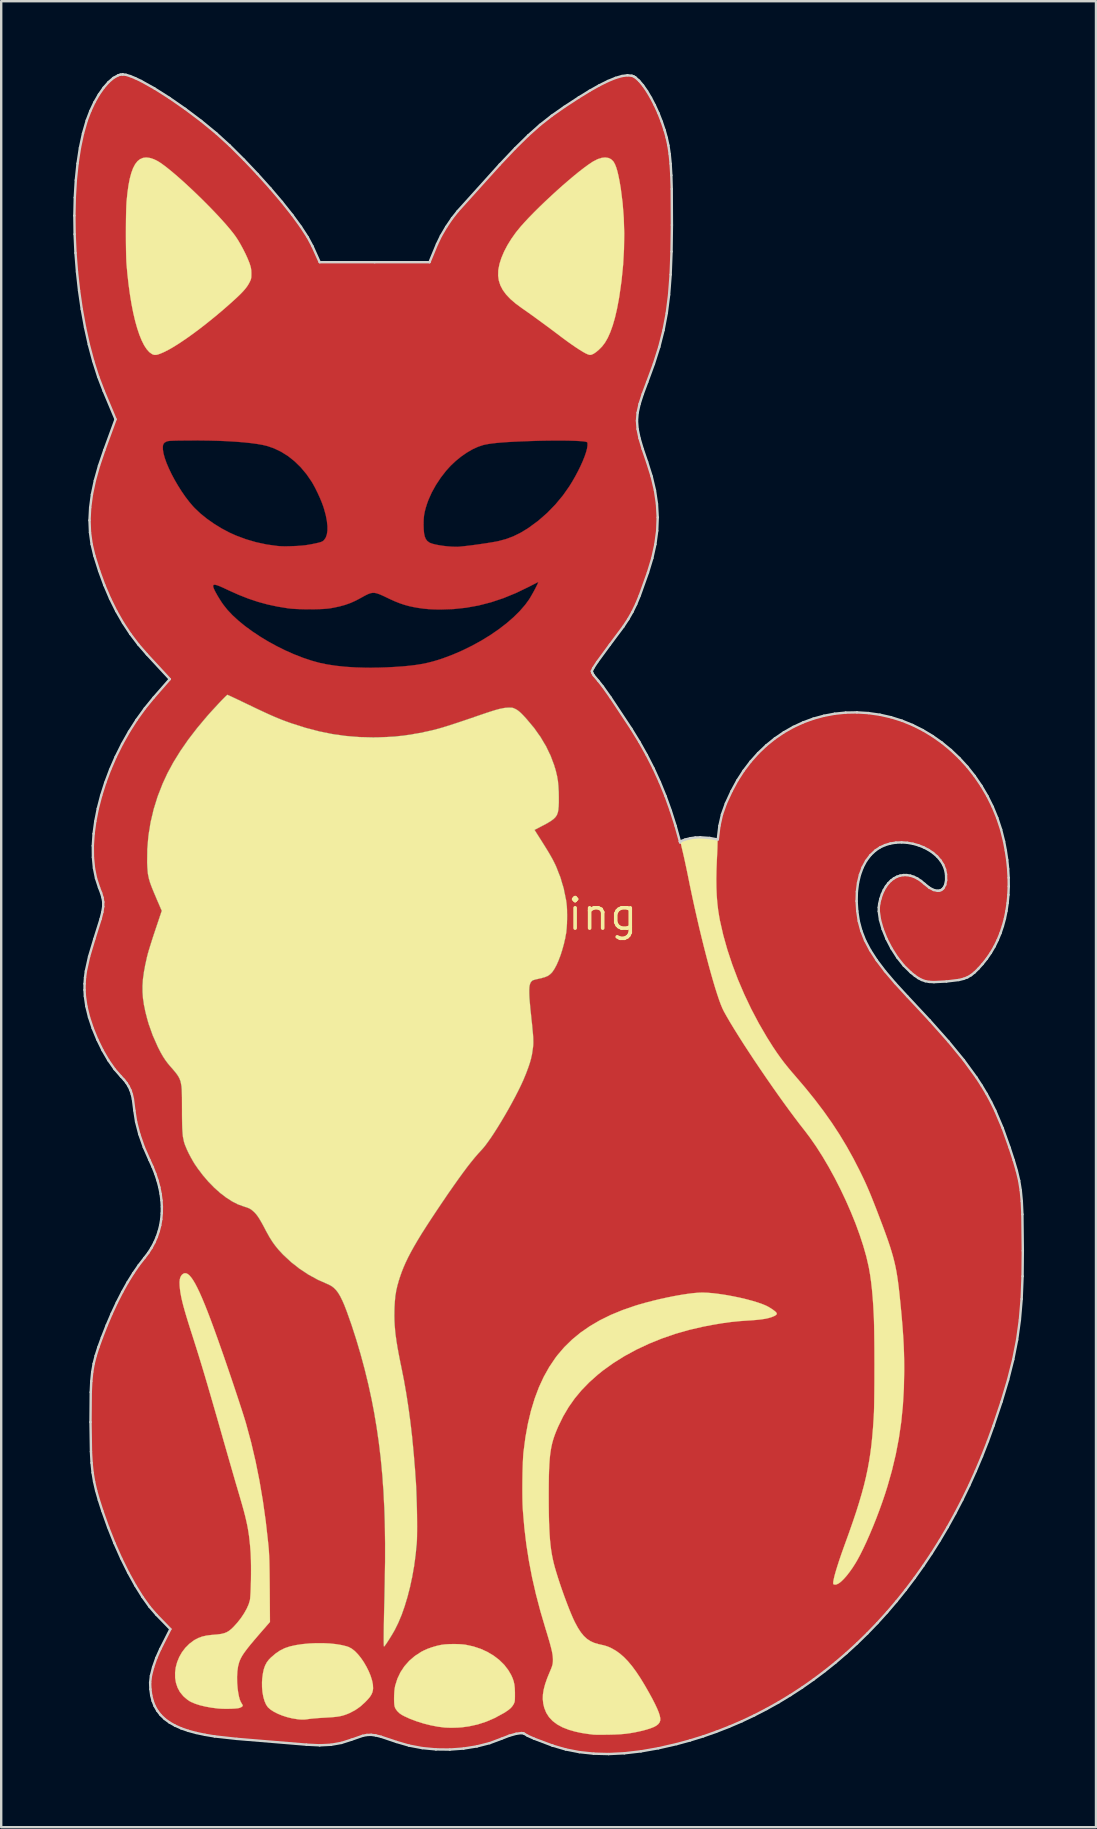
<source format=kicad_pcb>
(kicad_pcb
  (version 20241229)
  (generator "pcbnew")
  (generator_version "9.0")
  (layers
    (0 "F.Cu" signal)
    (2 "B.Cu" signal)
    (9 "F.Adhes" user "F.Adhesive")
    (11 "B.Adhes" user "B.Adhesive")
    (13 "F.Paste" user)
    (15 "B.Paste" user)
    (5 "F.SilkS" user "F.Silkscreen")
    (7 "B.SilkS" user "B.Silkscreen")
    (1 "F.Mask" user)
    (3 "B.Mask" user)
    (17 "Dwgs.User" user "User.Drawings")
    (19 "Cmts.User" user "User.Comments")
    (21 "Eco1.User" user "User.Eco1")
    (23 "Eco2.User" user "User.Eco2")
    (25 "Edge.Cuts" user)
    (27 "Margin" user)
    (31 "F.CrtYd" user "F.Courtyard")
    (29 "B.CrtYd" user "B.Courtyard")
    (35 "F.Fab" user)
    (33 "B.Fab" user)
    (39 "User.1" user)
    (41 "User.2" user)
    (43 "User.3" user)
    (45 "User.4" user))
  (footprint "drawing"
    (layer "F.Cu")
    (at 19.861 35.052)
    (property "Reference" "drawing" (at 0 0 0) (layer "F.SilkS") (effects (font (size 1.27 1.27) (thickness 0.15))))
    (attr through_hole)
    (fp_poly (pts (xy -17.667 -34.981) (xy -17.519 -34.939) (xy -17.343 -34.873) (xy -17.144 -34.783) (xy -16.924 -34.672) (xy -16.684 -34.541) (xy -16.428 -34.392) (xy -16.158 -34.225) (xy -15.876 -34.043) (xy -15.586 -33.848) (xy -15.29 -33.641) (xy -14.99 -33.422) (xy -14.69 -33.196) (xy -14.39 -32.961) (xy -14.095 -32.721) (xy -14.065 -32.696) (xy -13.778 -32.449) (xy -13.473 -32.17) (xy -13.155 -31.866) (xy -12.828 -31.54) (xy -12.498 -31.199) (xy -12.167 -30.846) (xy -11.841 -30.487) (xy -11.525 -30.126) (xy -11.223 -29.77) (xy -10.94 -29.422) (xy -10.68 -29.087) (xy -10.447 -28.772) (xy -10.405 -28.713) (xy -10.245 -28.477) (xy -10.107 -28.255) (xy -9.981 -28.032) (xy -9.861 -27.794) (xy -9.765 -27.587) (xy -9.58 -27.178) (xy -7.29 -27.178) (xy -6.915 -27.178) (xy -6.581 -27.178) (xy -6.285 -27.179) (xy -6.025 -27.18) (xy -5.799 -27.181) (xy -5.606 -27.182) (xy -5.444 -27.184) (xy -5.309 -27.186) (xy -5.202 -27.188) (xy -5.118 -27.191) (xy -5.057 -27.194) (xy -5.017 -27.197) (xy -4.995 -27.201) (xy -4.989 -27.204) (xy -4.887 -27.451) (xy -4.799 -27.663) (xy -4.72 -27.846) (xy -4.649 -28.004) (xy -4.584 -28.143) (xy -4.521 -28.267) (xy -4.46 -28.381) (xy -4.396 -28.492) (xy -4.329 -28.602) (xy -4.287 -28.669) (xy -4.221 -28.77) (xy -4.158 -28.864) (xy -4.094 -28.955) (xy -4.026 -29.046) (xy -3.95 -29.143) (xy -3.862 -29.249) (xy -3.76 -29.369) (xy -3.64 -29.507) (xy -3.499 -29.667) (xy -3.333 -29.855) (xy -3.322 -29.866) (xy -2.94 -30.291) (xy -2.579 -30.69) (xy -2.238 -31.06) (xy -1.918 -31.402) (xy -1.621 -31.715) (xy -1.346 -31.997) (xy -1.095 -32.25) (xy -0.868 -32.471) (xy -0.665 -32.661) (xy -0.487 -32.818) (xy -0.434 -32.863) (xy -0.168 -33.076) (xy 0.124 -33.297) (xy 0.435 -33.52) (xy 0.757 -33.741) (xy 1.083 -33.955) (xy 1.407 -34.158) (xy 1.722 -34.345) (xy 2.02 -34.511) (xy 2.275 -34.643) (xy 2.507 -34.752) (xy 2.71 -34.835) (xy 2.889 -34.896) (xy 3.05 -34.934) (xy 3.196 -34.953) (xy 3.249 -34.955) (xy 3.345 -34.954) (xy 3.411 -34.949) (xy 3.462 -34.937) (xy 3.51 -34.915) (xy 3.538 -34.899) (xy 3.651 -34.815) (xy 3.772 -34.694) (xy 3.898 -34.539) (xy 4.028 -34.356) (xy 4.157 -34.147) (xy 4.285 -33.918) (xy 4.41 -33.671) (xy 4.528 -33.411) (xy 4.637 -33.143) (xy 4.736 -32.869) (xy 4.804 -32.656) (xy 4.853 -32.484) (xy 4.896 -32.312) (xy 4.935 -32.137) (xy 4.969 -31.956) (xy 4.998 -31.764) (xy 5.023 -31.56) (xy 5.043 -31.339) (xy 5.061 -31.098) (xy 5.074 -30.834) (xy 5.085 -30.544) (xy 5.092 -30.225) (xy 5.097 -29.872) (xy 5.1 -29.484) (xy 5.101 -29.125) (xy 5.099 -28.573) (xy 5.094 -28.059) (xy 5.085 -27.581) (xy 5.072 -27.135) (xy 5.053 -26.717) (xy 5.029 -26.324) (xy 4.999 -25.953) (xy 4.963 -25.601) (xy 4.92 -25.263) (xy 4.869 -24.937) (xy 4.81 -24.618) (xy 4.743 -24.304) (xy 4.666 -23.992) (xy 4.58 -23.677) (xy 4.484 -23.356) (xy 4.377 -23.026) (xy 4.26 -22.684) (xy 4.13 -22.325) (xy 4.058 -22.13) (xy 3.972 -21.899) (xy 3.9 -21.703) (xy 3.842 -21.535) (xy 3.794 -21.39) (xy 3.756 -21.262) (xy 3.726 -21.147) (xy 3.703 -21.039) (xy 3.684 -20.932) (xy 3.669 -20.821) (xy 3.661 -20.759) (xy 3.651 -20.632) (xy 3.65 -20.502) (xy 3.659 -20.366) (xy 3.678 -20.218) (xy 3.709 -20.055) (xy 3.751 -19.872) (xy 3.808 -19.666) (xy 3.878 -19.433) (xy 3.963 -19.167) (xy 4.03 -18.964) (xy 4.145 -18.611) (xy 4.242 -18.289) (xy 4.322 -17.994) (xy 4.386 -17.718) (xy 4.435 -17.456) (xy 4.471 -17.202) (xy 4.494 -16.949) (xy 4.506 -16.693) (xy 4.508 -16.502) (xy 4.502 -16.209) (xy 4.481 -15.917) (xy 4.445 -15.622) (xy 4.393 -15.319) (xy 4.324 -15.004) (xy 4.237 -14.673) (xy 4.131 -14.32) (xy 4.005 -13.942) (xy 3.858 -13.535) (xy 3.794 -13.367) (xy 3.717 -13.17) (xy 3.642 -12.989) (xy 3.564 -12.818) (xy 3.483 -12.654) (xy 3.395 -12.492) (xy 3.296 -12.326) (xy 3.184 -12.151) (xy 3.057 -11.963) (xy 2.911 -11.758) (xy 2.743 -11.529) (xy 2.558 -11.282) (xy 2.387 -11.053) (xy 2.24 -10.855) (xy 2.117 -10.686) (xy 2.015 -10.543) (xy 1.933 -10.423) (xy 1.869 -10.325) (xy 1.822 -10.246) (xy 1.804 -10.212) (xy 1.778 -10.157) (xy 1.771 -10.118) (xy 1.783 -10.077) (xy 1.798 -10.042) (xy 1.83 -9.988) (xy 1.881 -9.915) (xy 1.942 -9.837) (xy 1.964 -9.811) (xy 2.061 -9.693) (xy 2.176 -9.543) (xy 2.308 -9.365) (xy 2.452 -9.165) (xy 2.605 -8.945) (xy 2.766 -8.711) (xy 2.93 -8.466) (xy 3.096 -8.216) (xy 3.259 -7.965) (xy 3.418 -7.717) (xy 3.568 -7.476) (xy 3.708 -7.247) (xy 3.834 -7.035) (xy 3.875 -6.964) (xy 3.967 -6.799) (xy 4.07 -6.606) (xy 4.179 -6.396) (xy 4.288 -6.18) (xy 4.392 -5.97) (xy 4.484 -5.775) (xy 4.541 -5.652) (xy 4.672 -5.346) (xy 4.806 -5.01) (xy 4.939 -4.654) (xy 5.068 -4.288) (xy 5.188 -3.923) (xy 5.297 -3.571) (xy 5.356 -3.363) (xy 5.447 -3.032) (xy 5.523 -3.064) (xy 5.649 -3.112) (xy 5.778 -3.146) (xy 5.922 -3.17) (xy 6.091 -3.184) (xy 6.223 -3.19) (xy 6.378 -3.192) (xy 6.505 -3.19) (xy 6.618 -3.182) (xy 6.728 -3.168) (xy 6.779 -3.159) (xy 7.007 -3.12) (xy 7.016 -3.163) (xy 7.021 -3.2) (xy 7.03 -3.269) (xy 7.042 -3.362) (xy 7.055 -3.47) (xy 7.059 -3.503) (xy 7.087 -3.708) (xy 7.122 -3.898) (xy 7.167 -4.082) (xy 7.223 -4.267) (xy 7.293 -4.459) (xy 7.379 -4.667) (xy 7.484 -4.897) (xy 7.578 -5.091) (xy 7.826 -5.553) (xy 8.1 -5.982) (xy 8.398 -6.377) (xy 8.723 -6.739) (xy 9.073 -7.068) (xy 9.45 -7.363) (xy 9.853 -7.626) (xy 10.255 -7.844) (xy 10.671 -8.029) (xy 11.086 -8.175) (xy 11.507 -8.284) (xy 11.939 -8.358) (xy 12.389 -8.396) (xy 12.699 -8.403) (xy 13.007 -8.398) (xy 13.286 -8.381) (xy 13.55 -8.351) (xy 13.812 -8.306) (xy 14.085 -8.245) (xy 14.172 -8.223) (xy 14.654 -8.077) (xy 15.119 -7.892) (xy 15.566 -7.67) (xy 15.997 -7.408) (xy 16.413 -7.107) (xy 16.812 -6.768) (xy 17.115 -6.473) (xy 17.481 -6.067) (xy 17.81 -5.64) (xy 18.104 -5.191) (xy 18.361 -4.72) (xy 18.582 -4.226) (xy 18.767 -3.711) (xy 18.916 -3.173) (xy 19.029 -2.613) (xy 19.106 -2.031) (xy 19.113 -1.958) (xy 19.124 -1.809) (xy 19.13 -1.63) (xy 19.134 -1.433) (xy 19.134 -1.227) (xy 19.131 -1.023) (xy 19.125 -0.83) (xy 19.115 -0.659) (xy 19.103 -0.52) (xy 19.103 -0.518) (xy 19.031 -0.051) (xy 18.929 0.388) (xy 18.796 0.8) (xy 18.632 1.185) (xy 18.436 1.545) (xy 18.207 1.881) (xy 17.946 2.194) (xy 17.94 2.2) (xy 17.785 2.358) (xy 17.644 2.483) (xy 17.508 2.579) (xy 17.373 2.65) (xy 17.231 2.701) (xy 17.161 2.719) (xy 17.027 2.745) (xy 16.861 2.769) (xy 16.673 2.79) (xy 16.476 2.806) (xy 16.28 2.818) (xy 16.108 2.822) (xy 15.929 2.821) (xy 15.782 2.81) (xy 15.657 2.787) (xy 15.545 2.751) (xy 15.436 2.697) (xy 15.319 2.626) (xy 15.203 2.539) (xy 15.071 2.429) (xy 14.935 2.305) (xy 14.806 2.176) (xy 14.693 2.052) (xy 14.663 2.017) (xy 14.475 1.766) (xy 14.3 1.493) (xy 14.143 1.206) (xy 14.005 0.911) (xy 13.892 0.617) (xy 13.806 0.33) (xy 13.75 0.058) (xy 13.739 -0.022) (xy 13.731 -0.246) (xy 13.755 -0.47) (xy 13.807 -0.69) (xy 13.887 -0.9) (xy 13.989 -1.093) (xy 14.113 -1.265) (xy 14.255 -1.409) (xy 14.413 -1.519) (xy 14.451 -1.539) (xy 14.548 -1.583) (xy 14.631 -1.608) (xy 14.722 -1.622) (xy 14.771 -1.625) (xy 14.928 -1.623) (xy 15.078 -1.596) (xy 15.226 -1.542) (xy 15.379 -1.458) (xy 15.542 -1.341) (xy 15.681 -1.225) (xy 15.83 -1.111) (xy 15.973 -1.032) (xy 16.109 -0.991) (xy 16.175 -0.985) (xy 16.278 -0.995) (xy 16.357 -1.031) (xy 16.424 -1.098) (xy 16.468 -1.166) (xy 16.49 -1.208) (xy 16.504 -1.248) (xy 16.513 -1.295) (xy 16.518 -1.36) (xy 16.52 -1.451) (xy 16.52 -1.535) (xy 16.518 -1.656) (xy 16.514 -1.746) (xy 16.505 -1.815) (xy 16.491 -1.873) (xy 16.471 -1.929) (xy 16.368 -2.133) (xy 16.228 -2.322) (xy 16.055 -2.493) (xy 15.854 -2.643) (xy 15.626 -2.77) (xy 15.378 -2.871) (xy 15.111 -2.944) (xy 15.003 -2.964) (xy 14.87 -2.978) (xy 14.713 -2.983) (xy 14.547 -2.979) (xy 14.384 -2.967) (xy 14.237 -2.948) (xy 14.122 -2.923) (xy 13.879 -2.831) (xy 13.658 -2.704) (xy 13.462 -2.543) (xy 13.289 -2.347) (xy 13.142 -2.118) (xy 13.02 -1.857) (xy 12.972 -1.726) (xy 12.91 -1.517) (xy 12.865 -1.311) (xy 12.834 -1.095) (xy 12.816 -0.854) (xy 12.812 -0.773) (xy 12.813 -0.378) (xy 12.847 0.001) (xy 12.915 0.367) (xy 13.019 0.725) (xy 13.159 1.079) (xy 13.337 1.431) (xy 13.554 1.785) (xy 13.777 2.101) (xy 13.877 2.232) (xy 13.979 2.362) (xy 14.088 2.495) (xy 14.206 2.634) (xy 14.336 2.784) (xy 14.482 2.947) (xy 14.646 3.129) (xy 14.834 3.331) (xy 15.046 3.559) (xy 15.113 3.63) (xy 15.508 4.052) (xy 15.872 4.449) (xy 16.209 4.822) (xy 16.52 5.175) (xy 16.805 5.509) (xy 17.068 5.827) (xy 17.31 6.133) (xy 17.532 6.428) (xy 17.736 6.715) (xy 17.925 6.996) (xy 18.098 7.275) (xy 18.259 7.553) (xy 18.409 7.833) (xy 18.55 8.118) (xy 18.683 8.41) (xy 18.81 8.712) (xy 18.933 9.026) (xy 19.053 9.356) (xy 19.172 9.702) (xy 19.188 9.749) (xy 19.288 10.054) (xy 19.374 10.327) (xy 19.446 10.574) (xy 19.507 10.8) (xy 19.557 11.014) (xy 19.598 11.22) (xy 19.631 11.426) (xy 19.657 11.639) (xy 19.678 11.864) (xy 19.695 12.108) (xy 19.708 12.367) (xy 19.713 12.495) (xy 19.716 12.658) (xy 19.719 12.851) (xy 19.721 13.069) (xy 19.722 13.307) (xy 19.723 13.561) (xy 19.723 13.825) (xy 19.722 14.094) (xy 19.72 14.365) (xy 19.718 14.633) (xy 19.715 14.891) (xy 19.712 15.136) (xy 19.708 15.364) (xy 19.704 15.568) (xy 19.699 15.745) (xy 19.693 15.889) (xy 19.687 15.996) (xy 19.687 16.002) (xy 19.656 16.4) (xy 19.622 16.765) (xy 19.584 17.104) (xy 19.541 17.425) (xy 19.492 17.737) (xy 19.436 18.048) (xy 19.372 18.366) (xy 19.335 18.533) (xy 19.243 18.922) (xy 19.132 19.343) (xy 19.006 19.787) (xy 18.865 20.248) (xy 18.713 20.721) (xy 18.552 21.197) (xy 18.382 21.672) (xy 18.208 22.137) (xy 18.031 22.587) (xy 17.949 22.786) (xy 17.562 23.668) (xy 17.147 24.523) (xy 16.705 25.351) (xy 16.237 26.151) (xy 15.742 26.921) (xy 15.222 27.661) (xy 14.678 28.371) (xy 14.11 29.05) (xy 13.518 29.697) (xy 12.904 30.311) (xy 12.268 30.891) (xy 11.611 31.437) (xy 10.934 31.949) (xy 10.236 32.424) (xy 9.52 32.863) (xy 8.785 33.265) (xy 8.032 33.629) (xy 7.918 33.68) (xy 7.209 33.975) (xy 6.483 34.237) (xy 5.747 34.465) (xy 5.005 34.657) (xy 4.264 34.812) (xy 3.614 34.916) (xy 3.5 34.932) (xy 3.386 34.948) (xy 3.287 34.962) (xy 3.239 34.969) (xy 3.167 34.977) (xy 3.061 34.983) (xy 2.927 34.988) (xy 2.773 34.993) (xy 2.605 34.996) (xy 2.432 34.999) (xy 2.26 35) (xy 2.098 34.999) (xy 1.951 34.997) (xy 1.827 34.994) (xy 1.735 34.989) (xy 1.725 34.988) (xy 1.619 34.978) (xy 1.513 34.965) (xy 1.426 34.952) (xy 1.397 34.947) (xy 1.322 34.933) (xy 1.223 34.916) (xy 1.116 34.898) (xy 1.079 34.892) (xy 0.84 34.845) (xy 0.575 34.779) (xy 0.292 34.699) (xy 0.004 34.606) (xy -0.282 34.504) (xy -0.554 34.397) (xy -0.803 34.288) (xy -0.951 34.215) (xy -1.139 34.119) (xy -1.284 34.142) (xy -1.446 34.173) (xy -1.618 34.222) (xy -1.811 34.289) (xy -1.958 34.348) (xy -2.311 34.483) (xy -2.653 34.592) (xy -2.993 34.677) (xy -3.34 34.739) (xy -3.703 34.78) (xy -4.089 34.802) (xy -4.392 34.806) (xy -4.69 34.802) (xy -4.962 34.789) (xy -5.216 34.765) (xy -5.463 34.729) (xy -5.711 34.679) (xy -5.97 34.615) (xy -6.249 34.533) (xy -6.509 34.45) (xy -6.714 34.382) (xy -6.885 34.327) (xy -7.027 34.285) (xy -7.145 34.253) (xy -7.244 34.231) (xy -7.33 34.216) (xy -7.408 34.21) (xy -7.484 34.209) (xy -7.554 34.212) (xy -7.619 34.217) (xy -7.677 34.224) (xy -7.736 34.234) (xy -7.802 34.25) (xy -7.881 34.273) (xy -7.98 34.305) (xy -8.104 34.348) (xy -8.26 34.404) (xy -8.292 34.415) (xy -8.476 34.478) (xy -8.636 34.526) (xy -8.783 34.562) (xy -8.929 34.588) (xy -9.085 34.605) (xy -9.262 34.616) (xy -9.44 34.622) (xy -9.53 34.624) (xy -9.614 34.625) (xy -9.698 34.624) (xy -9.786 34.623) (xy -9.88 34.62) (xy -9.986 34.614) (xy -10.107 34.607) (xy -10.248 34.598) (xy -10.411 34.586) (xy -10.602 34.571) (xy -10.824 34.554) (xy -11.081 34.533) (xy -11.314 34.514) (xy -11.717 34.48) (xy -12.08 34.45) (xy -12.407 34.422) (xy -12.7 34.397) (xy -12.962 34.373) (xy -13.196 34.352) (xy -13.404 34.331) (xy -13.589 34.312) (xy -13.755 34.293) (xy -13.903 34.275) (xy -14.036 34.256) (xy -14.158 34.238) (xy -14.271 34.219) (xy -14.378 34.198) (xy -14.482 34.177) (xy -14.584 34.154) (xy -14.689 34.129) (xy -14.799 34.101) (xy -14.809 34.099) (xy -15.114 34.013) (xy -15.381 33.918) (xy -15.616 33.811) (xy -15.823 33.69) (xy -16.008 33.554) (xy -16.14 33.433) (xy -16.231 33.34) (xy -16.298 33.262) (xy -16.352 33.186) (xy -16.402 33.1) (xy -16.432 33.041) (xy -16.497 32.904) (xy -16.545 32.781) (xy -16.58 32.662) (xy -16.603 32.537) (xy -16.617 32.396) (xy -16.623 32.228) (xy -16.624 32.12) (xy -16.624 31.98) (xy -16.622 31.872) (xy -16.617 31.787) (xy -16.609 31.716) (xy -16.597 31.649) (xy -16.579 31.578) (xy -16.567 31.533) (xy -16.523 31.383) (xy -16.475 31.237) (xy -16.42 31.089) (xy -16.356 30.931) (xy -16.279 30.757) (xy -16.186 30.561) (xy -16.08 30.344) (xy -15.809 29.796) (xy -15.912 29.688) (xy -15.961 29.636) (xy -16.033 29.561) (xy -16.119 29.471) (xy -16.211 29.375) (xy -16.269 29.316) (xy -16.452 29.119) (xy -16.62 28.923) (xy -16.777 28.722) (xy -16.93 28.507) (xy -17.084 28.27) (xy -17.245 28.005) (xy -17.318 27.879) (xy -17.493 27.563) (xy -17.667 27.225) (xy -17.838 26.868) (xy -18.006 26.498) (xy -18.168 26.119) (xy -18.322 25.738) (xy -18.466 25.358) (xy -18.599 24.984) (xy -18.719 24.621) (xy -18.823 24.275) (xy -18.91 23.949) (xy -18.979 23.65) (xy -19.026 23.381) (xy -19.027 23.376) (xy -19.045 23.244) (xy -19.061 23.119) (xy -19.075 22.996) (xy -19.086 22.87) (xy -19.096 22.737) (xy -19.103 22.594) (xy -19.11 22.436) (xy -19.114 22.259) (xy -19.118 22.059) (xy -19.12 21.831) (xy -19.122 21.572) (xy -19.123 21.278) (xy -19.123 21.061) (xy -19.123 20.704) (xy -19.121 20.386) (xy -19.118 20.102) (xy -19.112 19.849) (xy -19.104 19.623) (xy -19.093 19.42) (xy -19.078 19.236) (xy -19.06 19.067) (xy -19.036 18.909) (xy -19.008 18.759) (xy -18.975 18.612) (xy -18.936 18.465) (xy -18.89 18.314) (xy -18.838 18.154) (xy -18.779 17.983) (xy -18.762 17.934) (xy -18.54 17.341) (xy -18.306 16.775) (xy -18.06 16.241) (xy -17.805 15.739) (xy -17.54 15.273) (xy -17.267 14.844) (xy -16.987 14.454) (xy -16.938 14.391) (xy -16.786 14.191) (xy -16.661 14.011) (xy -16.558 13.843) (xy -16.471 13.679) (xy -16.397 13.509) (xy -16.33 13.325) (xy -16.319 13.293) (xy -16.257 13.087) (xy -16.213 12.895) (xy -16.184 12.703) (xy -16.169 12.496) (xy -16.165 12.277) (xy -16.177 11.96) (xy -16.213 11.649) (xy -16.275 11.337) (xy -16.365 11.018) (xy -16.483 10.686) (xy -16.633 10.334) (xy -16.679 10.234) (xy -16.873 9.793) (xy -17.031 9.37) (xy -17.152 8.975) (xy -17.191 8.824) (xy -17.223 8.685) (xy -17.25 8.545) (xy -17.274 8.394) (xy -17.298 8.219) (xy -17.313 8.089) (xy -17.344 7.855) (xy -17.378 7.656) (xy -17.419 7.486) (xy -17.468 7.336) (xy -17.53 7.202) (xy -17.607 7.075) (xy -17.701 6.948) (xy -17.816 6.815) (xy -17.856 6.771) (xy -18.064 6.533) (xy -18.255 6.281) (xy -18.434 6.006) (xy -18.609 5.7) (xy -18.676 5.571) (xy -18.89 5.12) (xy -19.066 4.68) (xy -19.203 4.252) (xy -19.301 3.836) (xy -19.361 3.434) (xy -19.381 3.046) (xy -19.377 2.967) (xy -16.974 2.967) (xy -16.974 3.192) (xy -16.961 3.415) (xy -16.934 3.64) (xy -16.895 3.871) (xy -16.88 3.948) (xy -16.793 4.309) (xy -16.679 4.683) (xy -16.543 5.056) (xy -16.389 5.414) (xy -16.341 5.514) (xy -16.239 5.714) (xy -16.146 5.883) (xy -16.054 6.03) (xy -15.959 6.164) (xy -15.855 6.293) (xy -15.819 6.335) (xy -15.716 6.453) (xy -15.628 6.556) (xy -15.554 6.649) (xy -15.494 6.735) (xy -15.445 6.82) (xy -15.407 6.909) (xy -15.378 7.005) (xy -15.357 7.114) (xy -15.342 7.24) (xy -15.333 7.388) (xy -15.328 7.562) (xy -15.326 7.767) (xy -15.326 8.008) (xy -15.325 8.129) (xy -15.325 8.4) (xy -15.322 8.635) (xy -15.317 8.836) (xy -15.31 9.009) (xy -15.299 9.158) (xy -15.283 9.288) (xy -15.263 9.404) (xy -15.237 9.51) (xy -15.205 9.612) (xy -15.166 9.712) (xy -15.119 9.817) (xy -15.072 9.917) (xy -14.908 10.222) (xy -14.722 10.518) (xy -14.516 10.802) (xy -14.295 11.07) (xy -14.062 11.319) (xy -13.821 11.545) (xy -13.574 11.745) (xy -13.326 11.915) (xy -13.08 12.053) (xy -12.84 12.154) (xy -12.759 12.179) (xy -12.637 12.216) (xy -12.546 12.251) (xy -12.472 12.29) (xy -12.404 12.338) (xy -12.333 12.401) (xy -12.265 12.471) (xy -12.196 12.556) (xy -12.124 12.661) (xy -12.045 12.79) (xy -11.956 12.949) (xy -11.854 13.142) (xy -11.846 13.158) (xy -11.724 13.384) (xy -11.606 13.58) (xy -11.485 13.757) (xy -11.352 13.926) (xy -11.2 14.097) (xy -11.147 14.153) (xy -10.838 14.449) (xy -10.496 14.725) (xy -10.13 14.974) (xy -9.746 15.193) (xy -9.352 15.377) (xy -9.271 15.41) (xy -9.153 15.465) (xy -9.047 15.533) (xy -8.949 15.618) (xy -8.859 15.724) (xy -8.771 15.854) (xy -8.685 16.013) (xy -8.598 16.205) (xy -8.506 16.432) (xy -8.46 16.552) (xy -8.258 17.125) (xy -8.063 17.73) (xy -7.878 18.354) (xy -7.707 18.987) (xy -7.553 19.618) (xy -7.422 20.225) (xy -7.304 20.841) (xy -7.201 21.463) (xy -7.112 22.094) (xy -7.037 22.738) (xy -6.976 23.398) (xy -6.928 24.078) (xy -6.892 24.781) (xy -6.87 25.511) (xy -6.86 26.272) (xy -6.863 27.066) (xy -6.876 27.834) (xy -6.886 28.262) (xy -6.894 28.65) (xy -6.902 28.997) (xy -6.908 29.305) (xy -6.912 29.575) (xy -6.916 29.809) (xy -6.918 30.008) (xy -6.919 30.173) (xy -6.919 30.304) (xy -6.917 30.403) (xy -6.914 30.472) (xy -6.911 30.511) (xy -6.906 30.522) (xy -6.886 30.506) (xy -6.849 30.461) (xy -6.803 30.396) (xy -6.778 30.358) (xy -6.632 30.129) (xy -6.509 29.922) (xy -6.403 29.726) (xy -6.309 29.532) (xy -6.221 29.328) (xy -6.143 29.125) (xy -6.011 28.741) (xy -5.893 28.332) (xy -5.788 27.895) (xy -5.695 27.425) (xy -5.614 26.92) (xy -5.593 26.776) (xy -5.58 26.679) (xy -5.569 26.594) (xy -5.56 26.514) (xy -5.553 26.435) (xy -5.548 26.352) (xy -5.544 26.259) (xy -5.541 26.153) (xy -5.539 26.027) (xy -5.537 25.876) (xy -5.537 25.697) (xy -5.536 25.483) (xy -5.536 25.337) (xy -5.537 25.052) (xy -5.538 24.799) (xy -5.541 24.571) (xy -5.546 24.36) (xy -5.552 24.156) (xy -5.561 23.952) (xy -5.573 23.74) (xy -5.588 23.512) (xy -5.606 23.259) (xy -5.628 22.972) (xy -5.631 22.934) (xy -5.687 22.28) (xy -5.749 21.662) (xy -5.818 21.074) (xy -5.894 20.511) (xy -5.979 19.968) (xy -6.072 19.437) (xy -6.176 18.914) (xy -6.182 18.888) (xy -6.252 18.547) (xy -6.311 18.242) (xy -6.36 17.967) (xy -6.399 17.716) (xy -6.429 17.484) (xy -6.451 17.265) (xy -6.465 17.054) (xy -6.472 16.846) (xy -6.473 16.635) (xy -6.471 16.51) (xy -6.461 16.267) (xy -6.442 16.032) (xy -6.413 15.804) (xy -6.372 15.578) (xy -6.318 15.353) (xy -6.249 15.126) (xy -6.166 14.892) (xy -6.066 14.651) (xy -5.948 14.398) (xy -5.811 14.131) (xy -5.654 13.847) (xy -5.475 13.543) (xy -5.273 13.216) (xy -5.048 12.863) (xy -4.798 12.482) (xy -4.689 12.319) (xy -4.467 11.989) (xy -4.252 11.676) (xy -4.048 11.381) (xy -3.854 11.107) (xy -3.673 10.855) (xy -3.506 10.626) (xy -3.353 10.424) (xy -3.217 10.25) (xy -3.099 10.105) (xy -3.001 9.992) (xy -2.922 9.912) (xy -2.901 9.893) (xy -2.825 9.818) (xy -2.733 9.709) (xy -2.627 9.57) (xy -2.509 9.404) (xy -2.382 9.215) (xy -2.248 9.007) (xy -2.109 8.784) (xy -1.968 8.551) (xy -1.826 8.309) (xy -1.687 8.064) (xy -1.552 7.82) (xy -1.423 7.579) (xy -1.304 7.346) (xy -1.196 7.126) (xy -1.101 6.92) (xy -1.037 6.771) (xy -0.923 6.479) (xy -0.833 6.214) (xy -0.765 5.966) (xy -0.719 5.729) (xy -0.693 5.494) (xy -0.686 5.254) (xy -0.697 5) (xy -0.72 4.752) (xy -0.746 4.526) (xy -0.77 4.298) (xy -0.792 4.076) (xy -0.811 3.864) (xy -0.827 3.669) (xy -0.84 3.497) (xy -0.849 3.354) (xy -0.853 3.247) (xy -0.853 3.239) (xy -0.851 3.083) (xy -0.838 2.963) (xy -0.81 2.873) (xy -0.762 2.806) (xy -0.69 2.758) (xy -0.589 2.72) (xy -0.456 2.688) (xy -0.445 2.686) (xy -0.267 2.643) (xy -0.124 2.591) (xy -0.008 2.523) (xy 0.09 2.434) (xy 0.176 2.318) (xy 0.258 2.171) (xy 0.409 1.831) (xy 0.533 1.465) (xy 0.629 1.082) (xy 0.694 0.69) (xy 0.727 0.299) (xy 0.728 -0.084) (xy 0.72 -0.206) (xy 0.676 -0.606) (xy 0.607 -0.983) (xy 0.509 -1.35) (xy 0.38 -1.718) (xy 0.268 -1.986) (xy 0.216 -2.098) (xy 0.161 -2.209) (xy 0.1 -2.325) (xy 0.03 -2.45) (xy -0.053 -2.591) (xy -0.153 -2.754) (xy -0.271 -2.943) (xy -0.34 -3.052) (xy -0.632 -3.512) (xy -0.459 -3.605) (xy -0.353 -3.662) (xy -0.233 -3.725) (xy -0.124 -3.782) (xy -0.112 -3.788) (xy 0.045 -3.878) (xy 0.165 -3.968) (xy 0.253 -4.065) (xy 0.313 -4.174) (xy 0.351 -4.301) (xy 0.359 -4.342) (xy 0.369 -4.432) (xy 0.375 -4.555) (xy 0.379 -4.702) (xy 0.38 -4.862) (xy 0.378 -5.026) (xy 0.373 -5.186) (xy 0.365 -5.331) (xy 0.355 -5.452) (xy 0.349 -5.497) (xy 0.269 -5.912) (xy 0.147 -6.322) (xy -0.015 -6.724) (xy -0.218 -7.119) (xy -0.461 -7.505) (xy -0.743 -7.88) (xy -0.957 -8.13) (xy -1.075 -8.257) (xy -1.172 -8.357) (xy -1.254 -8.433) (xy -1.327 -8.491) (xy -1.396 -8.536) (xy -1.458 -8.567) (xy -1.517 -8.593) (xy -1.568 -8.608) (xy -1.625 -8.613) (xy -1.702 -8.612) (xy -1.765 -8.608) (xy -1.85 -8.601) (xy -1.938 -8.588) (xy -2.034 -8.569) (xy -2.142 -8.543) (xy -2.268 -8.508) (xy -2.416 -8.462) (xy -2.593 -8.405) (xy -2.802 -8.335) (xy -2.889 -8.305) (xy -3.165 -8.211) (xy -3.404 -8.129) (xy -3.611 -8.059) (xy -3.788 -7.999) (xy -3.94 -7.948) (xy -4.069 -7.906) (xy -4.18 -7.869) (xy -4.277 -7.839) (xy -4.362 -7.813) (xy -4.439 -7.79) (xy -4.513 -7.769) (xy -4.586 -7.748) (xy -4.589 -7.748) (xy -5.109 -7.618) (xy -5.612 -7.517) (xy -6.111 -7.444) (xy -6.618 -7.396) (xy -7.144 -7.373) (xy -7.154 -7.372) (xy -7.715 -7.374) (xy -8.26 -7.406) (xy -8.797 -7.468) (xy -9.335 -7.562) (xy -9.882 -7.689) (xy -10.328 -7.815) (xy -10.519 -7.873) (xy -10.701 -7.933) (xy -10.88 -7.995) (xy -11.06 -8.062) (xy -11.245 -8.135) (xy -11.441 -8.217) (xy -11.653 -8.309) (xy -11.884 -8.414) (xy -12.141 -8.533) (xy -12.427 -8.668) (xy -12.619 -8.761) (xy -12.79 -8.843) (xy -12.95 -8.919) (xy -13.094 -8.987) (xy -13.218 -9.045) (xy -13.318 -9.092) (xy -13.39 -9.124) (xy -13.431 -9.142) (xy -13.438 -9.144) (xy -13.458 -9.129) (xy -13.503 -9.087) (xy -13.569 -9.021) (xy -13.651 -8.936) (xy -13.746 -8.837) (xy -13.85 -8.727) (xy -13.958 -8.61) (xy -14.067 -8.491) (xy -14.174 -8.373) (xy -14.273 -8.261) (xy -14.289 -8.243) (xy -14.699 -7.756) (xy -15.068 -7.274) (xy -15.398 -6.797) (xy -15.691 -6.322) (xy -15.946 -5.846) (xy -16.165 -5.369) (xy -16.35 -4.887) (xy -16.501 -4.4) (xy -16.552 -4.206) (xy -16.667 -3.662) (xy -16.742 -3.117) (xy -16.778 -2.576) (xy -16.779 -2.144) (xy -16.772 -1.984) (xy -16.763 -1.842) (xy -16.749 -1.713) (xy -16.729 -1.59) (xy -16.7 -1.467) (xy -16.662 -1.337) (xy -16.612 -1.194) (xy -16.55 -1.032) (xy -16.472 -0.845) (xy -16.379 -0.627) (xy -16.169 -0.142) (xy -16.424 0.612) (xy -16.551 0.998) (xy -16.661 1.349) (xy -16.753 1.671) (xy -16.829 1.966) (xy -16.888 2.24) (xy -16.932 2.495) (xy -16.96 2.736) (xy -16.974 2.967) (xy -19.377 2.967) (xy -19.368 2.741) (xy -19.349 2.556) (xy -19.321 2.368) (xy -19.285 2.172) (xy -19.238 1.962) (xy -19.18 1.734) (xy -19.108 1.481) (xy -19.023 1.198) (xy -18.962 1.005) (xy -18.881 0.752) (xy -18.813 0.535) (xy -18.757 0.35) (xy -18.712 0.192) (xy -18.676 0.058) (xy -18.649 -0.056) (xy -18.629 -0.155) (xy -18.617 -0.242) (xy -18.61 -0.322) (xy -18.608 -0.399) (xy -18.61 -0.477) (xy -18.611 -0.487) (xy -18.616 -0.569) (xy -18.625 -0.64) (xy -18.64 -0.712) (xy -18.663 -0.794) (xy -18.698 -0.895) (xy -18.741 -1.016) (xy -18.807 -1.202) (xy -18.86 -1.362) (xy -18.902 -1.51) (xy -18.938 -1.66) (xy -18.972 -1.825) (xy -18.979 -1.863) (xy -18.994 -1.969) (xy -19.005 -2.111) (xy -19.014 -2.279) (xy -19.019 -2.465) (xy -19.021 -2.663) (xy -19.019 -2.865) (xy -19.015 -3.061) (xy -19.007 -3.246) (xy -18.996 -3.411) (xy -18.982 -3.548) (xy -18.979 -3.567) (xy -18.871 -4.192) (xy -18.723 -4.809) (xy -18.535 -5.422) (xy -18.307 -6.033) (xy -18.038 -6.643) (xy -17.948 -6.826) (xy -17.79 -7.136) (xy -17.633 -7.425) (xy -17.471 -7.699) (xy -17.303 -7.965) (xy -17.122 -8.228) (xy -16.926 -8.494) (xy -16.709 -8.769) (xy -16.469 -9.059) (xy -16.2 -9.371) (xy -16.195 -9.377) (xy -16.098 -9.488) (xy -16.011 -9.589) (xy -15.938 -9.676) (xy -15.883 -9.743) (xy -15.848 -9.787) (xy -15.838 -9.803) (xy -15.853 -9.821) (xy -15.894 -9.866) (xy -15.957 -9.936) (xy -16.04 -10.027) (xy -16.139 -10.135) (xy -16.251 -10.257) (xy -16.373 -10.389) (xy -16.408 -10.427) (xy -16.611 -10.648) (xy -16.788 -10.844) (xy -16.943 -11.018) (xy -17.079 -11.176) (xy -17.2 -11.322) (xy -17.309 -11.46) (xy -17.411 -11.596) (xy -17.508 -11.733) (xy -17.605 -11.877) (xy -17.705 -12.032) (xy -17.733 -12.076) (xy -17.969 -12.475) (xy -18.195 -12.909) (xy -18.409 -13.371) (xy -18.533 -13.675) (xy -14.029 -13.675) (xy -14.017 -13.618) (xy -14.004 -13.582) (xy -13.967 -13.498) (xy -13.91 -13.39) (xy -13.839 -13.265) (xy -13.759 -13.133) (xy -13.676 -13.004) (xy -13.612 -12.911) (xy -13.436 -12.688) (xy -13.222 -12.461) (xy -12.975 -12.234) (xy -12.698 -12.008) (xy -12.396 -11.787) (xy -12.073 -11.572) (xy -11.732 -11.366) (xy -11.38 -11.173) (xy -11.018 -10.993) (xy -10.652 -10.831) (xy -10.286 -10.688) (xy -9.924 -10.567) (xy -9.603 -10.478) (xy -9.277 -10.41) (xy -8.915 -10.355) (xy -8.522 -10.313) (xy -8.101 -10.286) (xy -7.656 -10.273) (xy -7.192 -10.275) (xy -6.816 -10.287) (xy -6.457 -10.306) (xy -6.134 -10.328) (xy -5.842 -10.356) (xy -5.576 -10.389) (xy -5.328 -10.429) (xy -5.094 -10.477) (xy -4.868 -10.534) (xy -4.645 -10.6) (xy -4.463 -10.66) (xy -4.042 -10.818) (xy -3.629 -10.997) (xy -3.227 -11.195) (xy -2.839 -11.409) (xy -2.47 -11.637) (xy -2.122 -11.876) (xy -1.8 -12.124) (xy -1.506 -12.379) (xy -1.245 -12.638) (xy -1.02 -12.898) (xy -0.87 -13.103) (xy -0.826 -13.172) (xy -0.775 -13.259) (xy -0.719 -13.357) (xy -0.661 -13.461) (xy -0.606 -13.564) (xy -0.557 -13.66) (xy -0.517 -13.741) (xy -0.489 -13.803) (xy -0.477 -13.838) (xy -0.478 -13.843) (xy -0.5 -13.834) (xy -0.554 -13.808) (xy -0.633 -13.768) (xy -0.733 -13.717) (xy -0.847 -13.658) (xy -0.875 -13.644) (xy -1.403 -13.389) (xy -1.925 -13.175) (xy -2.444 -13.002) (xy -2.963 -12.868) (xy -3.485 -12.774) (xy -4.012 -12.718) (xy -4.536 -12.7) (xy -4.8 -12.703) (xy -5.035 -12.715) (xy -5.255 -12.735) (xy -5.472 -12.765) (xy -5.66 -12.798) (xy -5.864 -12.842) (xy -6.057 -12.895) (xy -6.247 -12.959) (xy -6.447 -13.038) (xy -6.666 -13.137) (xy -6.775 -13.189) (xy -6.942 -13.269) (xy -7.079 -13.329) (xy -7.194 -13.37) (xy -7.293 -13.392) (xy -7.385 -13.394) (xy -7.477 -13.377) (xy -7.576 -13.34) (xy -7.69 -13.284) (xy -7.827 -13.208) (xy -7.859 -13.19) (xy -8.083 -13.071) (xy -8.301 -12.973) (xy -8.525 -12.893) (xy -8.765 -12.827) (xy -9.031 -12.771) (xy -9.155 -12.749) (xy -9.273 -12.735) (xy -9.425 -12.723) (xy -9.603 -12.715) (xy -9.799 -12.71) (xy -10.005 -12.708) (xy -10.213 -12.71) (xy -10.414 -12.715) (xy -10.601 -12.723) (xy -10.766 -12.734) (xy -10.9 -12.749) (xy -10.901 -12.749) (xy -11.342 -12.821) (xy -11.759 -12.91) (xy -12.164 -13.021) (xy -12.565 -13.155) (xy -12.972 -13.316) (xy -13.395 -13.506) (xy -13.435 -13.525) (xy -13.61 -13.607) (xy -13.751 -13.669) (xy -13.86 -13.71) (xy -13.94 -13.731) (xy -13.993 -13.732) (xy -14.022 -13.713) (xy -14.029 -13.675) (xy -18.533 -13.675) (xy -18.607 -13.855) (xy -18.786 -14.353) (xy -18.944 -14.858) (xy -18.965 -14.931) (xy -19.066 -15.349) (xy -19.134 -15.765) (xy -19.168 -16.184) (xy -19.168 -16.61) (xy -19.135 -17.051) (xy -19.068 -17.51) (xy -19.037 -17.674) (xy -19 -17.853) (xy -18.96 -18.029) (xy -18.916 -18.206) (xy -18.865 -18.39) (xy -18.807 -18.584) (xy -18.741 -18.795) (xy -18.664 -19.026) (xy -18.575 -19.282) (xy -18.525 -19.424) (xy -16.125 -19.424) (xy -16.122 -19.367) (xy -16.097 -19.204) (xy -16.045 -19.015) (xy -15.971 -18.806) (xy -15.875 -18.581) (xy -15.763 -18.346) (xy -15.635 -18.105) (xy -15.495 -17.865) (xy -15.346 -17.629) (xy -15.191 -17.404) (xy -15.032 -17.195) (xy -14.872 -17.006) (xy -14.799 -16.928) (xy -14.561 -16.702) (xy -14.289 -16.482) (xy -13.99 -16.272) (xy -13.673 -16.077) (xy -13.346 -15.904) (xy -13.078 -15.783) (xy -12.666 -15.629) (xy -12.235 -15.503) (xy -11.797 -15.409) (xy -11.364 -15.349) (xy -11.239 -15.338) (xy -11.132 -15.334) (xy -10.993 -15.333) (xy -10.834 -15.336) (xy -10.666 -15.342) (xy -10.5 -15.35) (xy -10.347 -15.361) (xy -10.219 -15.374) (xy -10.18 -15.379) (xy -10.051 -15.399) (xy -9.906 -15.425) (xy -9.768 -15.453) (xy -9.709 -15.466) (xy -9.602 -15.492) (xy -9.527 -15.515) (xy -9.475 -15.539) (xy -9.434 -15.567) (xy -9.409 -15.59) (xy -9.337 -15.691) (xy -9.289 -15.825) (xy -9.264 -15.989) (xy -9.264 -16.181) (xy -9.27 -16.235) (xy -5.258 -16.235) (xy -5.252 -16.034) (xy -5.236 -15.87) (xy -5.207 -15.739) (xy -5.164 -15.636) (xy -5.105 -15.557) (xy -5.029 -15.499) (xy -4.989 -15.477) (xy -4.894 -15.442) (xy -4.767 -15.409) (xy -4.614 -15.379) (xy -4.446 -15.353) (xy -4.271 -15.333) (xy -4.097 -15.319) (xy -3.934 -15.313) (xy -3.821 -15.314) (xy -3.75 -15.319) (xy -3.644 -15.33) (xy -3.512 -15.344) (xy -3.36 -15.362) (xy -3.196 -15.383) (xy -3.027 -15.406) (xy -3.006 -15.409) (xy -2.833 -15.434) (xy -2.661 -15.459) (xy -2.498 -15.485) (xy -2.351 -15.51) (xy -2.23 -15.531) (xy -2.142 -15.549) (xy -2.138 -15.55) (xy -1.822 -15.635) (xy -1.521 -15.747) (xy -1.225 -15.892) (xy -0.926 -16.072) (xy -0.876 -16.106) (xy -0.481 -16.396) (xy -0.109 -16.721) (xy 0.237 -17.076) (xy 0.553 -17.457) (xy 0.81 -17.822) (xy 0.941 -18.033) (xy 1.066 -18.251) (xy 1.182 -18.47) (xy 1.288 -18.685) (xy 1.38 -18.891) (xy 1.457 -19.084) (xy 1.516 -19.259) (xy 1.556 -19.409) (xy 1.573 -19.531) (xy 1.573 -19.543) (xy 1.574 -19.614) (xy 1.569 -19.654) (xy 1.552 -19.674) (xy 1.52 -19.687) (xy 1.513 -19.689) (xy 1.444 -19.702) (xy 1.337 -19.714) (xy 1.195 -19.723) (xy 1.024 -19.731) (xy 0.827 -19.737) (xy 0.608 -19.741) (xy 0.372 -19.742) (xy 0.123 -19.741) (xy -0.135 -19.738) (xy -0.398 -19.733) (xy -0.476 -19.731) (xy -0.858 -19.719) (xy -1.201 -19.706) (xy -1.506 -19.692) (xy -1.776 -19.677) (xy -2.013 -19.66) (xy -2.221 -19.641) (xy -2.402 -19.621) (xy -2.557 -19.598) (xy -2.69 -19.573) (xy -2.762 -19.557) (xy -2.983 -19.484) (xy -3.216 -19.378) (xy -3.453 -19.24) (xy -3.689 -19.077) (xy -3.918 -18.891) (xy -4.133 -18.688) (xy -4.319 -18.483) (xy -4.543 -18.194) (xy -4.743 -17.891) (xy -4.914 -17.583) (xy -5.052 -17.277) (xy -5.108 -17.124) (xy -5.168 -16.936) (xy -5.21 -16.772) (xy -5.238 -16.618) (xy -5.253 -16.459) (xy -5.258 -16.281) (xy -5.258 -16.235) (xy -9.27 -16.235) (xy -9.288 -16.398) (xy -9.335 -16.637) (xy -9.407 -16.898) (xy -9.441 -17.004) (xy -9.504 -17.174) (xy -9.584 -17.365) (xy -9.675 -17.564) (xy -9.771 -17.758) (xy -9.865 -17.932) (xy -9.922 -18.028) (xy -10.137 -18.341) (xy -10.375 -18.625) (xy -10.632 -18.876) (xy -10.906 -19.094) (xy -11.195 -19.275) (xy -11.496 -19.419) (xy -11.772 -19.514) (xy -11.961 -19.559) (xy -12.189 -19.599) (xy -12.454 -19.635) (xy -12.753 -19.667) (xy -13.082 -19.693) (xy -13.439 -19.715) (xy -13.822 -19.731) (xy -14.227 -19.741) (xy -14.652 -19.746) (xy -15.093 -19.745) (xy -15.155 -19.744) (xy -15.354 -19.742) (xy -15.515 -19.74) (xy -15.642 -19.737) (xy -15.742 -19.733) (xy -15.818 -19.729) (xy -15.875 -19.723) (xy -15.917 -19.716) (xy -15.95 -19.708) (xy -15.976 -19.698) (xy -16.05 -19.656) (xy -16.097 -19.602) (xy -16.121 -19.527) (xy -16.125 -19.424) (xy -18.525 -19.424) (xy -18.474 -19.568) (xy -18.359 -19.882) (xy -18.299 -20.048) (xy -18.244 -20.201) (xy -18.195 -20.338) (xy -18.154 -20.454) (xy -18.123 -20.543) (xy -18.104 -20.602) (xy -18.098 -20.625) (xy -18.105 -20.651) (xy -18.128 -20.711) (xy -18.162 -20.798) (xy -18.207 -20.908) (xy -18.26 -21.035) (xy -18.311 -21.158) (xy -18.433 -21.448) (xy -18.539 -21.705) (xy -18.631 -21.935) (xy -18.712 -22.143) (xy -18.784 -22.335) (xy -18.848 -22.517) (xy -18.907 -22.695) (xy -18.963 -22.873) (xy -19.018 -23.057) (xy -19.028 -23.093) (xy -19.189 -23.695) (xy -19.332 -24.333) (xy -19.458 -25.002) (xy -19.567 -25.698) (xy -19.657 -26.418) (xy -19.728 -27.157) (xy -19.772 -27.781) (xy -19.78 -27.944) (xy -19.786 -28.139) (xy -19.791 -28.358) (xy -19.794 -28.595) (xy -19.796 -28.843) (xy -19.796 -29.093) (xy -19.795 -29.34) (xy -19.792 -29.576) (xy -19.788 -29.793) (xy -19.782 -29.984) (xy -19.775 -30.142) (xy -19.772 -30.184) (xy -19.729 -30.733) (xy -19.674 -31.244) (xy -19.607 -31.718) (xy -19.528 -32.158) (xy -19.435 -32.566) (xy -19.329 -32.943) (xy -19.209 -33.293) (xy -19.075 -33.617) (xy -18.925 -33.917) (xy -18.759 -34.196) (xy -18.731 -34.238) (xy -18.586 -34.439) (xy -18.437 -34.613) (xy -18.288 -34.757) (xy -18.14 -34.87) (xy -17.998 -34.948) (xy -17.864 -34.989) (xy -17.786 -34.996) (xy -17.667 -34.981)) (stroke (width 0.01) (type solid)) (fill yes) (layer "F.Cu"))
    (fp_poly (pts (xy -12.169 -23.21) (xy -12.121 -23.176) (xy -12.078 -23.117) (xy -12.038 -23.027) (xy -12 -22.904) (xy -11.961 -22.745) (xy -11.937 -22.631) (xy -11.846 -22.232) (xy -11.734 -21.859) (xy -11.598 -21.497) (xy -11.478 -21.23) (xy -11.395 -21.048) (xy -11.334 -20.898) (xy -11.296 -20.779) (xy -11.28 -20.689) (xy -11.284 -20.624) (xy -11.31 -20.584) (xy -11.323 -20.575) (xy -11.368 -20.558) (xy -11.418 -20.557) (xy -11.483 -20.574) (xy -11.564 -20.604) (xy -11.68 -20.659) (xy -11.819 -20.735) (xy -11.971 -20.827) (xy -12.126 -20.927) (xy -12.275 -21.031) (xy -12.408 -21.131) (xy -12.509 -21.215) (xy -12.675 -21.384) (xy -12.809 -21.56) (xy -12.907 -21.74) (xy -12.966 -21.918) (xy -12.977 -21.973) (xy -12.985 -22.14) (xy -12.957 -22.311) (xy -12.892 -22.488) (xy -12.789 -22.674) (xy -12.647 -22.871) (xy -12.634 -22.887) (xy -12.512 -23.028) (xy -12.406 -23.13) (xy -12.314 -23.194) (xy -12.236 -23.219) (xy -12.224 -23.22) (xy -12.169 -23.21)) (stroke (width 0.01) (type solid)) (fill yes) (layer "F.Mask"))
    (fp_poly (pts (xy -9.659 -25.008) (xy -9.623 -24.941) (xy -9.593 -24.839) (xy -9.572 -24.705) (xy -9.558 -24.544) (xy -9.554 -24.359) (xy -9.558 -24.153) (xy -9.558 -24.151) (xy -9.563 -23.967) (xy -9.56 -23.775) (xy -9.55 -23.598) (xy -9.548 -23.569) (xy -9.509 -23.215) (xy -9.455 -22.828) (xy -9.386 -22.416) (xy -9.303 -21.985) (xy -9.209 -21.543) (xy -9.104 -21.094) (xy -8.989 -20.647) (xy -8.879 -20.25) (xy -8.843 -20.124) (xy -8.812 -20.009) (xy -8.787 -19.913) (xy -8.77 -19.842) (xy -8.763 -19.805) (xy -8.763 -19.803) (xy -8.778 -19.743) (xy -8.82 -19.713) (xy -8.886 -19.713) (xy -8.97 -19.745) (xy -8.975 -19.748) (xy -9.065 -19.807) (xy -9.175 -19.897) (xy -9.298 -20.012) (xy -9.432 -20.149) (xy -9.572 -20.301) (xy -9.713 -20.465) (xy -9.851 -20.635) (xy -9.982 -20.806) (xy -10.1 -20.974) (xy -10.131 -21.02) (xy -10.3 -21.305) (xy -10.43 -21.586) (xy -10.523 -21.87) (xy -10.579 -22.162) (xy -10.601 -22.469) (xy -10.597 -22.693) (xy -10.563 -23.049) (xy -10.497 -23.415) (xy -10.402 -23.783) (xy -10.282 -24.14) (xy -10.139 -24.475) (xy -10.045 -24.659) (xy -9.988 -24.754) (xy -9.922 -24.844) (xy -9.854 -24.925) (xy -9.791 -24.988) (xy -9.737 -25.027) (xy -9.702 -25.037) (xy -9.659 -25.008)) (stroke (width 0.01) (type solid)) (fill yes) (layer "F.Mask"))
    (fp_poly (pts (xy -2.37 -23.203) (xy -2.273 -23.156) (xy -2.168 -23.084) (xy -2.061 -22.993) (xy -1.96 -22.889) (xy -1.872 -22.777) (xy -1.856 -22.754) (xy -1.771 -22.606) (xy -1.718 -22.46) (xy -1.692 -22.301) (xy -1.688 -22.183) (xy -1.694 -22.043) (xy -1.715 -21.92) (xy -1.755 -21.798) (xy -1.816 -21.665) (xy -1.855 -21.592) (xy -1.923 -21.49) (xy -2.018 -21.375) (xy -2.133 -21.253) (xy -2.259 -21.133) (xy -2.388 -21.023) (xy -2.512 -20.932) (xy -2.524 -20.925) (xy -2.661 -20.84) (xy -2.802 -20.762) (xy -2.94 -20.693) (xy -3.068 -20.636) (xy -3.182 -20.594) (xy -3.274 -20.568) (xy -3.34 -20.562) (xy -3.36 -20.566) (xy -3.381 -20.597) (xy -3.385 -20.654) (xy -3.37 -20.729) (xy -3.353 -20.778) (xy -3.334 -20.821) (xy -3.3 -20.896) (xy -3.254 -20.995) (xy -3.199 -21.11) (xy -3.14 -21.236) (xy -3.123 -21.273) (xy -3.013 -21.509) (xy -2.925 -21.716) (xy -2.855 -21.904) (xy -2.801 -22.078) (xy -2.761 -22.247) (xy -2.732 -22.418) (xy -2.713 -22.598) (xy -2.71 -22.638) (xy -2.7 -22.75) (xy -2.689 -22.854) (xy -2.677 -22.94) (xy -2.666 -22.995) (xy -2.665 -22.997) (xy -2.632 -23.07) (xy -2.581 -23.138) (xy -2.522 -23.191) (xy -2.465 -23.218) (xy -2.451 -23.22) (xy -2.37 -23.203)) (stroke (width 0.01) (type solid)) (fill yes) (layer "F.Mask"))
    (fp_poly (pts (xy -4.844 -25.163) (xy -4.784 -25.103) (xy -4.717 -25.01) (xy -4.643 -24.888) (xy -4.565 -24.739) (xy -4.483 -24.565) (xy -4.399 -24.37) (xy -4.32 -24.166) (xy -4.189 -23.79) (xy -4.088 -23.441) (xy -4.016 -23.116) (xy -3.974 -22.812) (xy -3.96 -22.525) (xy -3.975 -22.255) (xy -4.019 -21.996) (xy -4.075 -21.791) (xy -4.175 -21.533) (xy -4.31 -21.263) (xy -4.476 -20.986) (xy -4.67 -20.71) (xy -4.769 -20.584) (xy -4.857 -20.479) (xy -4.961 -20.363) (xy -5.073 -20.241) (xy -5.189 -20.12) (xy -5.301 -20.008) (xy -5.402 -19.911) (xy -5.487 -19.835) (xy -5.528 -19.802) (xy -5.62 -19.742) (xy -5.697 -19.71) (xy -5.753 -19.708) (xy -5.786 -19.737) (xy -5.787 -19.74) (xy -5.796 -19.785) (xy -5.8 -19.838) (xy -5.794 -19.886) (xy -5.779 -19.97) (xy -5.756 -20.086) (xy -5.724 -20.229) (xy -5.686 -20.395) (xy -5.642 -20.579) (xy -5.593 -20.777) (xy -5.541 -20.984) (xy -5.513 -21.093) (xy -5.375 -21.671) (xy -5.264 -22.23) (xy -5.18 -22.78) (xy -5.12 -23.33) (xy -5.083 -23.894) (xy -5.08 -23.961) (xy -5.066 -24.255) (xy -5.049 -24.51) (xy -5.03 -24.725) (xy -5.009 -24.899) (xy -4.986 -25.033) (xy -4.96 -25.125) (xy -4.932 -25.176) (xy -4.932 -25.176) (xy -4.893 -25.188) (xy -4.844 -25.163)) (stroke (width 0.01) (type solid)) (fill yes) (layer "F.Mask"))
    (fp_poly (pts (xy 4.293 -14.859) (xy 4.3 -14.838) (xy 4.288 -14.793) (xy 4.263 -14.715) (xy 4.229 -14.609) (xy 4.186 -14.48) (xy 4.136 -14.334) (xy 4.082 -14.177) (xy 4.026 -14.013) (xy 3.968 -13.849) (xy 3.912 -13.689) (xy 3.859 -13.539) (xy 3.811 -13.406) (xy 3.77 -13.293) (xy 3.737 -13.206) (xy 3.716 -13.152) (xy 3.709 -13.138) (xy 3.619 -13.012) (xy 3.503 -12.912) (xy 3.369 -12.845) (xy 3.358 -12.841) (xy 3.27 -12.819) (xy 3.148 -12.795) (xy 3 -12.77) (xy 2.833 -12.746) (xy 2.656 -12.723) (xy 2.475 -12.702) (xy 2.3 -12.684) (xy 2.137 -12.671) (xy 1.995 -12.662) (xy 1.882 -12.66) (xy 1.875 -12.66) (xy 1.772 -12.665) (xy 1.66 -12.673) (xy 1.587 -12.681) (xy 1.472 -12.699) (xy 1.35 -12.724) (xy 1.231 -12.753) (xy 1.127 -12.784) (xy 1.048 -12.813) (xy 1.019 -12.828) (xy 0.958 -12.882) (xy 0.934 -12.946) (xy 0.948 -13.02) (xy 1.001 -13.106) (xy 1.093 -13.203) (xy 1.224 -13.313) (xy 1.396 -13.435) (xy 1.418 -13.45) (xy 1.592 -13.561) (xy 1.797 -13.684) (xy 2.028 -13.817) (xy 2.277 -13.956) (xy 2.537 -14.096) (xy 2.802 -14.234) (xy 3.065 -14.368) (xy 3.318 -14.492) (xy 3.555 -14.604) (xy 3.769 -14.699) (xy 3.916 -14.76) (xy 4.062 -14.815) (xy 4.174 -14.85) (xy 4.251 -14.865) (xy 4.293 -14.859)) (stroke (width 0.01) (type solid)) (fill yes) (layer "F.Mask"))
    (fp_poly (pts (xy -18.833 -15.014) (xy -18.738 -14.973) (xy -18.613 -14.912) (xy -18.462 -14.833) (xy -18.286 -14.735) (xy -18.15 -14.657) (xy -17.912 -14.519) (xy -17.705 -14.4) (xy -17.528 -14.298) (xy -17.375 -14.211) (xy -17.243 -14.136) (xy -17.128 -14.072) (xy -17.026 -14.016) (xy -16.933 -13.966) (xy -16.845 -13.919) (xy -16.758 -13.874) (xy -16.669 -13.829) (xy -16.658 -13.824) (xy -16.523 -13.757) (xy -16.382 -13.688) (xy -16.247 -13.624) (xy -16.128 -13.569) (xy -16.055 -13.537) (xy -15.873 -13.455) (xy -15.73 -13.383) (xy -15.621 -13.317) (xy -15.544 -13.255) (xy -15.496 -13.197) (xy -15.475 -13.138) (xy -15.473 -13.113) (xy -15.479 -13.066) (xy -15.504 -13.023) (xy -15.553 -12.972) (xy -15.572 -12.955) (xy -15.722 -12.848) (xy -15.9 -12.766) (xy -16.108 -12.709) (xy -16.347 -12.677) (xy -16.619 -12.67) (xy -16.87 -12.682) (xy -16.995 -12.693) (xy -17.14 -12.711) (xy -17.296 -12.732) (xy -17.453 -12.756) (xy -17.603 -12.781) (xy -17.734 -12.806) (xy -17.838 -12.829) (xy -17.879 -12.84) (xy -18.037 -12.907) (xy -18.172 -13.01) (xy -18.28 -13.14) (xy -18.33 -13.225) (xy -18.387 -13.337) (xy -18.447 -13.472) (xy -18.511 -13.623) (xy -18.576 -13.786) (xy -18.64 -13.958) (xy -18.702 -14.131) (xy -18.76 -14.303) (xy -18.813 -14.468) (xy -18.858 -14.62) (xy -18.894 -14.756) (xy -18.921 -14.871) (xy -18.934 -14.959) (xy -18.935 -15.015) (xy -18.927 -15.033) (xy -18.897 -15.034) (xy -18.833 -15.014)) (stroke (width 0.01) (type solid)) (fill yes) (layer "F.Mask"))
    (fp_poly (pts (xy -18.435 -19.538) (xy -18.404 -19.49) (xy -18.356 -19.415) (xy -18.294 -19.316) (xy -18.222 -19.198) (xy -18.14 -19.065) (xy -18.097 -18.993) (xy -17.967 -18.78) (xy -17.855 -18.598) (xy -17.758 -18.442) (xy -17.672 -18.305) (xy -17.593 -18.183) (xy -17.518 -18.069) (xy -17.444 -17.96) (xy -17.366 -17.847) (xy -17.281 -17.728) (xy -17.27 -17.713) (xy -17.089 -17.463) (xy -16.912 -17.225) (xy -16.732 -16.992) (xy -16.545 -16.756) (xy -16.342 -16.509) (xy -16.119 -16.242) (xy -16.023 -16.129) (xy -15.834 -15.905) (xy -15.672 -15.709) (xy -15.534 -15.539) (xy -15.419 -15.39) (xy -15.325 -15.261) (xy -15.25 -15.149) (xy -15.191 -15.05) (xy -15.146 -14.963) (xy -15.146 -14.963) (xy -15.107 -14.867) (xy -15.094 -14.798) (xy -15.108 -14.753) (xy -15.133 -14.733) (xy -15.163 -14.72) (xy -15.195 -14.715) (xy -15.236 -14.719) (xy -15.293 -14.735) (xy -15.372 -14.764) (xy -15.479 -14.807) (xy -15.547 -14.835) (xy -16.102 -15.075) (xy -16.618 -15.318) (xy -17.097 -15.564) (xy -17.543 -15.815) (xy -17.956 -16.073) (xy -18.342 -16.339) (xy -18.576 -16.516) (xy -18.743 -16.651) (xy -18.878 -16.775) (xy -18.98 -16.884) (xy -19.048 -16.977) (xy -19.073 -17.029) (xy -19.087 -17.095) (xy -19.097 -17.183) (xy -19.099 -17.261) (xy -19.091 -17.366) (xy -19.072 -17.503) (xy -19.043 -17.665) (xy -19.007 -17.846) (xy -18.964 -18.037) (xy -18.916 -18.231) (xy -18.866 -18.42) (xy -18.814 -18.598) (xy -18.768 -18.743) (xy -18.747 -18.8) (xy -18.717 -18.882) (xy -18.679 -18.981) (xy -18.636 -19.09) (xy -18.592 -19.202) (xy -18.549 -19.31) (xy -18.51 -19.406) (xy -18.478 -19.484) (xy -18.456 -19.536) (xy -18.447 -19.554) (xy -18.435 -19.538)) (stroke (width 0.01) (type solid)) (fill yes) (layer "F.Mask"))
    (fp_poly (pts (xy 3.857 -19.502) (xy 3.886 -19.467) (xy 3.922 -19.396) (xy 3.965 -19.293) (xy 4.014 -19.163) (xy 4.066 -19.011) (xy 4.121 -18.841) (xy 4.177 -18.659) (xy 4.233 -18.468) (xy 4.287 -18.275) (xy 4.338 -18.083) (xy 4.386 -17.897) (xy 4.427 -17.722) (xy 4.461 -17.563) (xy 4.487 -17.425) (xy 4.503 -17.312) (xy 4.508 -17.235) (xy 4.5 -17.163) (xy 4.472 -17.088) (xy 4.422 -17.008) (xy 4.348 -16.919) (xy 4.247 -16.817) (xy 4.117 -16.701) (xy 3.954 -16.566) (xy 3.884 -16.51) (xy 3.799 -16.446) (xy 3.685 -16.365) (xy 3.549 -16.271) (xy 3.397 -16.168) (xy 3.238 -16.063) (xy 3.078 -15.959) (xy 2.925 -15.861) (xy 2.784 -15.774) (xy 2.699 -15.723) (xy 2.419 -15.562) (xy 2.149 -15.414) (xy 1.889 -15.28) (xy 1.644 -15.16) (xy 1.414 -15.057) (xy 1.204 -14.97) (xy 1.015 -14.901) (xy 0.85 -14.852) (xy 0.712 -14.822) (xy 0.603 -14.814) (xy 0.526 -14.828) (xy 0.51 -14.836) (xy 0.491 -14.872) (xy 0.494 -14.905) (xy 0.519 -14.963) (xy 0.571 -15.051) (xy 0.649 -15.167) (xy 0.752 -15.31) (xy 0.879 -15.478) (xy 1.029 -15.669) (xy 1.2 -15.882) (xy 1.392 -16.116) (xy 1.602 -16.368) (xy 1.641 -16.415) (xy 1.765 -16.564) (xy 1.906 -16.741) (xy 2.058 -16.936) (xy 2.216 -17.141) (xy 2.373 -17.349) (xy 2.522 -17.55) (xy 2.658 -17.737) (xy 2.773 -17.902) (xy 2.779 -17.91) (xy 2.848 -18.013) (xy 2.932 -18.143) (xy 3.024 -18.287) (xy 3.116 -18.434) (xy 3.201 -18.574) (xy 3.205 -18.58) (xy 3.354 -18.826) (xy 3.484 -19.033) (xy 3.595 -19.203) (xy 3.687 -19.334) (xy 3.76 -19.429) (xy 3.815 -19.485) (xy 3.85 -19.504) (xy 3.857 -19.502)) (stroke (width 0.01) (type solid)) (fill yes) (layer "F.Mask"))
    (fp_poly (pts (xy -6.531 -27.173) (xy -6.523 -27.129) (xy -6.511 -27.05) (xy -6.496 -26.943) (xy -6.478 -26.814) (xy -6.459 -26.669) (xy -6.439 -26.517) (xy -6.419 -26.362) (xy -6.4 -26.213) (xy -6.383 -26.075) (xy -6.369 -25.956) (xy -6.36 -25.876) (xy -6.33 -25.532) (xy -6.314 -25.181) (xy -6.312 -24.819) (xy -6.324 -24.442) (xy -6.351 -24.045) (xy -6.392 -23.623) (xy -6.449 -23.174) (xy -6.52 -22.691) (xy -6.562 -22.437) (xy -6.599 -22.216) (xy -6.642 -21.974) (xy -6.688 -21.718) (xy -6.737 -21.45) (xy -6.788 -21.176) (xy -6.839 -20.9) (xy -6.892 -20.628) (xy -6.943 -20.364) (xy -6.992 -20.112) (xy -7.039 -19.877) (xy -7.083 -19.665) (xy -7.122 -19.479) (xy -7.156 -19.325) (xy -7.183 -19.208) (xy -7.187 -19.192) (xy -7.225 -19.053) (xy -7.258 -18.953) (xy -7.289 -18.891) (xy -7.318 -18.865) (xy -7.347 -18.872) (xy -7.361 -18.886) (xy -7.389 -18.928) (xy -7.415 -18.982) (xy -7.441 -19.053) (xy -7.466 -19.143) (xy -7.492 -19.258) (xy -7.521 -19.402) (xy -7.552 -19.577) (xy -7.586 -19.788) (xy -7.609 -19.928) (xy -7.703 -20.484) (xy -7.812 -21.056) (xy -7.934 -21.623) (xy -7.948 -21.685) (xy -8.032 -22.067) (xy -8.103 -22.42) (xy -8.163 -22.753) (xy -8.212 -23.077) (xy -8.252 -23.402) (xy -8.285 -23.738) (xy -8.312 -24.096) (xy -8.321 -24.225) (xy -8.33 -24.427) (xy -8.335 -24.651) (xy -8.335 -24.886) (xy -8.332 -25.123) (xy -8.324 -25.353) (xy -8.313 -25.567) (xy -8.299 -25.754) (xy -8.287 -25.865) (xy -8.274 -25.95) (xy -8.254 -26.068) (xy -8.228 -26.211) (xy -8.198 -26.371) (xy -8.165 -26.539) (xy -8.132 -26.706) (xy -8.099 -26.865) (xy -8.068 -27.007) (xy -8.041 -27.124) (xy -8.03 -27.17) (xy -8.018 -27.22) (xy -6.541 -27.22) (xy -6.531 -27.173)) (stroke (width 0.01) (type solid)) (fill yes) (layer "F.Mask"))
    (fp_poly (pts (xy -5.339 26.239) (xy -5.234 26.281) (xy -5.1 26.349) (xy -4.939 26.443) (xy -4.787 26.54) (xy -4.64 26.634) (xy -4.518 26.707) (xy -4.412 26.762) (xy -4.313 26.805) (xy -4.213 26.839) (xy -4.12 26.865) (xy -4.058 26.88) (xy -4.001 26.89) (xy -3.94 26.897) (xy -3.868 26.901) (xy -3.778 26.902) (xy -3.661 26.9) (xy -3.51 26.896) (xy -3.503 26.896) (xy -3.13 26.877) (xy -2.781 26.842) (xy -2.458 26.791) (xy -2.164 26.726) (xy -1.903 26.646) (xy -1.676 26.553) (xy -1.486 26.447) (xy -1.471 26.437) (xy -1.359 26.368) (xy -1.261 26.319) (xy -1.183 26.295) (xy -1.149 26.293) (xy -1.107 26.306) (xy -1.071 26.336) (xy -1.039 26.389) (xy -1.01 26.47) (xy -0.979 26.583) (xy -0.95 26.713) (xy -0.908 26.954) (xy -0.888 27.163) (xy -0.893 27.346) (xy -0.922 27.505) (xy -0.978 27.646) (xy -1.06 27.772) (xy -1.17 27.889) (xy -1.189 27.905) (xy -1.315 28.001) (xy -1.474 28.099) (xy -1.661 28.198) (xy -1.866 28.292) (xy -2.083 28.38) (xy -2.303 28.458) (xy -2.519 28.522) (xy -2.699 28.565) (xy -2.893 28.593) (xy -3.107 28.607) (xy -3.322 28.604) (xy -3.514 28.587) (xy -3.714 28.552) (xy -3.933 28.505) (xy -4.159 28.449) (xy -4.38 28.387) (xy -4.586 28.322) (xy -4.763 28.257) (xy -4.796 28.243) (xy -4.903 28.194) (xy -5.018 28.133) (xy -5.119 28.073) (xy -5.136 28.062) (xy -5.259 27.971) (xy -5.359 27.873) (xy -5.44 27.763) (xy -5.503 27.636) (xy -5.551 27.488) (xy -5.586 27.311) (xy -5.609 27.102) (xy -5.621 26.924) (xy -5.626 26.715) (xy -5.618 26.546) (xy -5.596 26.414) (xy -5.56 26.318) (xy -5.509 26.256) (xy -5.443 26.228) (xy -5.414 26.226) (xy -5.339 26.239)) (stroke (width 0.01) (type solid)) (fill yes) (layer "F.Mask"))
    (fp_poly (pts (xy -14.285 -19.742) (xy -13.877 -19.733) (xy -13.491 -19.717) (xy -13.13 -19.697) (xy -12.796 -19.671) (xy -12.493 -19.64) (xy -12.224 -19.605) (xy -11.99 -19.565) (xy -11.796 -19.52) (xy -11.772 -19.514) (xy -11.463 -19.405) (xy -11.163 -19.257) (xy -10.875 -19.071) (xy -10.603 -18.85) (xy -10.348 -18.595) (xy -10.113 -18.308) (xy -9.922 -18.028) (xy -9.785 -17.789) (xy -9.655 -17.526) (xy -9.536 -17.25) (xy -9.434 -16.974) (xy -9.352 -16.708) (xy -9.311 -16.539) (xy -9.283 -16.374) (xy -9.268 -16.206) (xy -9.264 -16.046) (xy -9.274 -15.903) (xy -9.296 -15.789) (xy -9.301 -15.773) (xy -9.34 -15.679) (xy -9.39 -15.607) (xy -9.458 -15.553) (xy -9.551 -15.51) (xy -9.678 -15.473) (xy -9.709 -15.466) (xy -9.834 -15.439) (xy -9.978 -15.411) (xy -10.118 -15.388) (xy -10.18 -15.379) (xy -10.297 -15.365) (xy -10.442 -15.354) (xy -10.604 -15.345) (xy -10.773 -15.338) (xy -10.936 -15.334) (xy -11.084 -15.333) (xy -11.204 -15.336) (xy -11.239 -15.338) (xy -11.67 -15.388) (xy -12.107 -15.472) (xy -12.542 -15.589) (xy -12.96 -15.735) (xy -13.078 -15.783) (xy -13.408 -15.935) (xy -13.735 -16.113) (xy -14.049 -16.311) (xy -14.343 -16.523) (xy -14.609 -16.745) (xy -14.799 -16.928) (xy -14.952 -17.099) (xy -15.107 -17.292) (xy -15.259 -17.503) (xy -15.408 -17.725) (xy -15.549 -17.956) (xy -15.68 -18.19) (xy -15.8 -18.422) (xy -15.905 -18.647) (xy -15.993 -18.861) (xy -16.061 -19.059) (xy -16.107 -19.236) (xy -16.128 -19.387) (xy -16.129 -19.425) (xy -16.118 -19.536) (xy -16.084 -19.617) (xy -16.022 -19.674) (xy -15.976 -19.698) (xy -15.948 -19.708) (xy -15.915 -19.717) (xy -15.871 -19.724) (xy -15.813 -19.729) (xy -15.736 -19.734) (xy -15.634 -19.737) (xy -15.504 -19.74) (xy -15.341 -19.742) (xy -15.155 -19.744) (xy -14.712 -19.746) (xy -14.285 -19.742)) (stroke (width 0.01) (type solid)) (fill yes) (layer "F.Mask"))
    (fp_poly (pts (xy -11.631 26.069) (xy -11.585 26.103) (xy -11.519 26.153) (xy -11.44 26.215) (xy -11.434 26.22) (xy -11.301 26.323) (xy -11.185 26.405) (xy -11.074 26.473) (xy -10.956 26.536) (xy -10.816 26.6) (xy -10.789 26.612) (xy -10.515 26.722) (xy -10.212 26.824) (xy -9.894 26.915) (xy -9.573 26.992) (xy -9.326 27.04) (xy -9.204 27.059) (xy -9.093 27.07) (xy -8.987 27.073) (xy -8.881 27.067) (xy -8.77 27.05) (xy -8.648 27.021) (xy -8.509 26.98) (xy -8.349 26.924) (xy -8.162 26.854) (xy -7.942 26.768) (xy -7.906 26.753) (xy -7.757 26.694) (xy -7.605 26.635) (xy -7.46 26.58) (xy -7.332 26.532) (xy -7.229 26.495) (xy -7.203 26.486) (xy -7.1 26.452) (xy -7.03 26.431) (xy -6.985 26.422) (xy -6.956 26.423) (xy -6.938 26.434) (xy -6.933 26.438) (xy -6.909 26.484) (xy -6.889 26.565) (xy -6.875 26.676) (xy -6.866 26.809) (xy -6.864 26.958) (xy -6.869 27.114) (xy -6.883 27.341) (xy -6.904 27.531) (xy -6.931 27.687) (xy -6.967 27.816) (xy -7.012 27.92) (xy -7.068 28.006) (xy -7.131 28.073) (xy -7.213 28.137) (xy -7.324 28.21) (xy -7.452 28.284) (xy -7.588 28.354) (xy -7.655 28.386) (xy -7.858 28.468) (xy -8.082 28.543) (xy -8.318 28.609) (xy -8.561 28.665) (xy -8.802 28.71) (xy -9.036 28.742) (xy -9.254 28.761) (xy -9.451 28.764) (xy -9.618 28.751) (xy -9.667 28.743) (xy -9.731 28.725) (xy -9.833 28.689) (xy -9.971 28.635) (xy -10.147 28.563) (xy -10.359 28.473) (xy -10.608 28.366) (xy -10.892 28.242) (xy -11.038 28.177) (xy -11.652 27.905) (xy -11.658 26.981) (xy -11.659 26.787) (xy -11.659 26.608) (xy -11.659 26.446) (xy -11.658 26.307) (xy -11.657 26.194) (xy -11.655 26.112) (xy -11.653 26.066) (xy -11.651 26.056) (xy -11.631 26.069)) (stroke (width 0.01) (type solid)) (fill yes) (layer "F.Mask"))
    (fp_poly (pts (xy 6.202 1.596) (xy 6.298 1.617) (xy 6.376 1.656) (xy 6.439 1.718) (xy 6.494 1.807) (xy 6.546 1.928) (xy 6.602 2.086) (xy 6.614 2.122) (xy 6.692 2.367) (xy 6.753 2.58) (xy 6.798 2.766) (xy 6.829 2.93) (xy 6.848 3.078) (xy 6.852 3.134) (xy 6.855 3.271) (xy 6.849 3.374) (xy 6.83 3.453) (xy 6.796 3.516) (xy 6.746 3.57) (xy 6.741 3.575) (xy 6.692 3.613) (xy 6.638 3.642) (xy 6.571 3.663) (xy 6.484 3.68) (xy 6.369 3.693) (xy 6.223 3.705) (xy 6.105 3.715) (xy 5.991 3.725) (xy 5.893 3.736) (xy 5.824 3.746) (xy 5.821 3.747) (xy 5.509 3.819) (xy 5.179 3.924) (xy 4.833 4.059) (xy 4.478 4.222) (xy 4.117 4.41) (xy 3.754 4.622) (xy 3.393 4.853) (xy 3.039 5.102) (xy 2.697 5.366) (xy 2.37 5.643) (xy 2.063 5.929) (xy 1.947 6.046) (xy 1.812 6.186) (xy 1.697 6.311) (xy 1.594 6.43) (xy 1.496 6.552) (xy 1.396 6.685) (xy 1.287 6.839) (xy 1.186 6.985) (xy 1.112 7.093) (xy 1.046 7.189) (xy 0.991 7.269) (xy 0.951 7.325) (xy 0.93 7.353) (xy 0.929 7.354) (xy 0.923 7.341) (xy 0.918 7.29) (xy 0.914 7.206) (xy 0.911 7.093) (xy 0.911 6.956) (xy 0.911 6.952) (xy 0.916 6.67) (xy 0.931 6.422) (xy 0.958 6.203) (xy 0.996 6.005) (xy 1.006 5.963) (xy 1.131 5.551) (xy 1.297 5.145) (xy 1.501 4.747) (xy 1.743 4.36) (xy 2.018 3.985) (xy 2.328 3.625) (xy 2.668 3.282) (xy 3.038 2.957) (xy 3.436 2.653) (xy 3.86 2.371) (xy 4.308 2.115) (xy 4.405 2.064) (xy 4.69 1.925) (xy 4.951 1.813) (xy 5.193 1.726) (xy 5.424 1.662) (xy 5.648 1.62) (xy 5.874 1.597) (xy 5.927 1.594) (xy 6.08 1.59) (xy 6.202 1.596)) (stroke (width 0.01) (type solid)) (fill yes) (layer "F.Mask"))
    (fp_poly (pts (xy -14.071 16.631) (xy -14.002 16.674) (xy -13.905 16.747) (xy -13.779 16.847) (xy -13.626 16.975) (xy -13.445 17.129) (xy -13.313 17.245) (xy -12.915 17.571) (xy -12.507 17.855) (xy -12.089 18.1) (xy -11.66 18.303) (xy -11.219 18.467) (xy -10.764 18.592) (xy -10.296 18.678) (xy -9.978 18.713) (xy -9.717 18.728) (xy -9.452 18.728) (xy -9.176 18.713) (xy -8.882 18.682) (xy -8.564 18.635) (xy -8.215 18.571) (xy -8.143 18.556) (xy -8.027 18.533) (xy -7.925 18.515) (xy -7.846 18.502) (xy -7.796 18.496) (xy -7.781 18.497) (xy -7.773 18.523) (xy -7.758 18.584) (xy -7.736 18.676) (xy -7.708 18.792) (xy -7.677 18.928) (xy -7.643 19.077) (xy -7.607 19.234) (xy -7.571 19.393) (xy -7.536 19.55) (xy -7.503 19.698) (xy -7.474 19.832) (xy -7.45 19.946) (xy -7.431 20.035) (xy -7.42 20.093) (xy -7.42 20.095) (xy -7.398 20.24) (xy -7.389 20.353) (xy -7.393 20.444) (xy -7.411 20.52) (xy -7.435 20.575) (xy -7.47 20.63) (xy -7.521 20.678) (xy -7.591 20.721) (xy -7.686 20.762) (xy -7.811 20.804) (xy -7.972 20.849) (xy -8.008 20.859) (xy -8.409 20.951) (xy -8.788 21.014) (xy -9.151 21.048) (xy -9.505 21.055) (xy -9.819 21.037) (xy -10.016 21.015) (xy -10.223 20.984) (xy -10.42 20.947) (xy -10.54 20.92) (xy -10.69 20.874) (xy -10.868 20.807) (xy -11.069 20.721) (xy -11.286 20.619) (xy -11.513 20.504) (xy -11.745 20.38) (xy -11.975 20.25) (xy -12.198 20.116) (xy -12.409 19.982) (xy -12.6 19.852) (xy -12.736 19.751) (xy -12.967 19.552) (xy -13.157 19.344) (xy -13.283 19.166) (xy -13.343 19.058) (xy -13.413 18.913) (xy -13.491 18.734) (xy -13.575 18.525) (xy -13.664 18.29) (xy -13.757 18.032) (xy -13.844 17.78) (xy -13.933 17.509) (xy -14.007 17.272) (xy -14.064 17.071) (xy -14.105 16.906) (xy -14.13 16.777) (xy -14.139 16.685) (xy -14.131 16.631) (xy -14.11 16.616) (xy -14.071 16.631)) (stroke (width 0.01) (type solid)) (fill yes) (layer "F.Mask"))
    (fp_poly (pts (xy -1.218 22.273) (xy -1.216 22.276) (xy -1.203 22.3) (xy -1.192 22.337) (xy -1.183 22.389) (xy -1.177 22.461) (xy -1.172 22.555) (xy -1.168 22.675) (xy -1.167 22.825) (xy -1.166 23.007) (xy -1.167 23.227) (xy -1.168 23.388) (xy -1.175 24.202) (xy -1.513 24.356) (xy -1.714 24.446) (xy -1.885 24.519) (xy -2.032 24.579) (xy -2.164 24.628) (xy -2.288 24.668) (xy -2.411 24.704) (xy -2.479 24.722) (xy -2.761 24.78) (xy -3.067 24.821) (xy -3.382 24.843) (xy -3.693 24.845) (xy -3.895 24.835) (xy -4.01 24.821) (xy -4.15 24.799) (xy -4.301 24.77) (xy -4.447 24.739) (xy -4.573 24.707) (xy -4.625 24.691) (xy -4.747 24.647) (xy -4.88 24.59) (xy -5.014 24.525) (xy -5.14 24.458) (xy -5.247 24.393) (xy -5.324 24.337) (xy -5.327 24.334) (xy -5.404 24.253) (xy -5.465 24.156) (xy -5.511 24.039) (xy -5.545 23.894) (xy -5.569 23.717) (xy -5.576 23.633) (xy -5.58 23.578) (xy -5.586 23.491) (xy -5.592 23.378) (xy -5.6 23.245) (xy -5.608 23.1) (xy -5.617 22.949) (xy -5.625 22.798) (xy -5.633 22.655) (xy -5.64 22.524) (xy -5.645 22.414) (xy -5.649 22.331) (xy -5.651 22.281) (xy -5.651 22.273) (xy -5.635 22.276) (xy -5.59 22.302) (xy -5.522 22.345) (xy -5.436 22.403) (xy -5.339 22.471) (xy -5.127 22.617) (xy -4.934 22.735) (xy -4.75 22.831) (xy -4.566 22.907) (xy -4.371 22.97) (xy -4.157 23.022) (xy -4.096 23.035) (xy -3.955 23.056) (xy -3.783 23.072) (xy -3.592 23.081) (xy -3.393 23.084) (xy -3.197 23.081) (xy -3.016 23.071) (xy -2.861 23.055) (xy -2.805 23.046) (xy -2.497 22.975) (xy -2.214 22.882) (xy -2.039 22.808) (xy -1.887 22.732) (xy -1.761 22.658) (xy -1.649 22.576) (xy -1.536 22.479) (xy -1.503 22.448) (xy -1.433 22.383) (xy -1.367 22.326) (xy -1.316 22.285) (xy -1.304 22.277) (xy -1.262 22.252) (xy -1.239 22.251) (xy -1.218 22.273)) (stroke (width 0.01) (type solid)) (fill yes) (layer "F.Mask"))
    (fp_poly (pts (xy 13.17 1.361) (xy 13.211 1.383) (xy 13.254 1.428) (xy 13.306 1.503) (xy 13.326 1.535) (xy 13.423 1.68) (xy 13.547 1.85) (xy 13.699 2.044) (xy 13.879 2.265) (xy 14.074 2.498) (xy 14.2 2.655) (xy 14.293 2.795) (xy 14.354 2.922) (xy 14.387 3.039) (xy 14.393 3.123) (xy 14.386 3.221) (xy 14.365 3.348) (xy 14.333 3.491) (xy 14.293 3.639) (xy 14.248 3.782) (xy 14.204 3.9) (xy 14.074 4.165) (xy 13.908 4.43) (xy 13.71 4.689) (xy 13.485 4.935) (xy 13.238 5.163) (xy 13.232 5.167) (xy 12.913 5.411) (xy 12.577 5.625) (xy 12.226 5.809) (xy 11.865 5.961) (xy 11.498 6.079) (xy 11.129 6.163) (xy 10.763 6.21) (xy 10.403 6.221) (xy 10.099 6.198) (xy 9.994 6.181) (xy 9.908 6.155) (xy 9.831 6.114) (xy 9.752 6.053) (xy 9.66 5.965) (xy 9.63 5.934) (xy 9.47 5.755) (xy 9.301 5.542) (xy 9.127 5.3) (xy 8.952 5.036) (xy 8.778 4.754) (xy 8.61 4.461) (xy 8.452 4.163) (xy 8.316 3.884) (xy 8.271 3.786) (xy 8.223 3.674) (xy 8.174 3.556) (xy 8.127 3.438) (xy 8.084 3.326) (xy 8.047 3.228) (xy 8.02 3.15) (xy 8.005 3.099) (xy 8.004 3.081) (xy 8.026 3.08) (xy 8.086 3.082) (xy 8.179 3.086) (xy 8.3 3.093) (xy 8.445 3.101) (xy 8.61 3.111) (xy 8.788 3.123) (xy 8.827 3.125) (xy 9.143 3.145) (xy 9.422 3.159) (xy 9.667 3.168) (xy 9.883 3.17) (xy 10.075 3.166) (xy 10.245 3.155) (xy 10.4 3.136) (xy 10.543 3.11) (xy 10.679 3.074) (xy 10.811 3.03) (xy 10.945 2.976) (xy 11.084 2.913) (xy 11.176 2.868) (xy 11.541 2.662) (xy 11.9 2.415) (xy 12.252 2.126) (xy 12.567 1.826) (xy 12.704 1.688) (xy 12.816 1.579) (xy 12.905 1.495) (xy 12.976 1.433) (xy 13.032 1.391) (xy 13.076 1.367) (xy 13.111 1.356) (xy 13.125 1.355) (xy 13.17 1.361)) (stroke (width 0.01) (type solid)) (fill yes) (layer "F.Mask"))
    (fp_poly (pts (xy 0.613 -19.742) (xy 0.852 -19.736) (xy 0.944 -19.732) (xy 1.09 -19.724) (xy 1.225 -19.716) (xy 1.341 -19.707) (xy 1.434 -19.699) (xy 1.495 -19.692) (xy 1.513 -19.689) (xy 1.548 -19.677) (xy 1.567 -19.658) (xy 1.574 -19.622) (xy 1.574 -19.556) (xy 1.573 -19.543) (xy 1.557 -19.409) (xy 1.516 -19.246) (xy 1.452 -19.06) (xy 1.368 -18.855) (xy 1.266 -18.634) (xy 1.148 -18.403) (xy 1.016 -18.166) (xy 0.872 -17.928) (xy 0.719 -17.692) (xy 0.558 -17.463) (xy 0.511 -17.399) (xy 0.337 -17.184) (xy 0.135 -16.963) (xy -0.089 -16.743) (xy -0.328 -16.529) (xy -0.574 -16.327) (xy -0.821 -16.144) (xy -1.061 -15.984) (xy -1.289 -15.856) (xy -1.31 -15.845) (xy -1.45 -15.777) (xy -1.587 -15.718) (xy -1.726 -15.666) (xy -1.872 -15.62) (xy -2.031 -15.577) (xy -2.209 -15.538) (xy -2.41 -15.5) (xy -2.64 -15.462) (xy -2.905 -15.423) (xy -3.006 -15.409) (xy -3.236 -15.377) (xy -3.431 -15.353) (xy -3.596 -15.334) (xy -3.737 -15.322) (xy -3.86 -15.315) (xy -3.972 -15.313) (xy -4.078 -15.316) (xy -4.184 -15.323) (xy -4.223 -15.326) (xy -4.341 -15.339) (xy -4.478 -15.358) (xy -4.611 -15.38) (xy -4.665 -15.389) (xy -4.83 -15.425) (xy -4.959 -15.466) (xy -5.057 -15.517) (xy -5.129 -15.584) (xy -5.18 -15.672) (xy -5.217 -15.789) (xy -5.244 -15.938) (xy -5.251 -15.991) (xy -5.267 -16.267) (xy -5.245 -16.556) (xy -5.187 -16.855) (xy -5.094 -17.161) (xy -4.968 -17.47) (xy -4.809 -17.78) (xy -4.62 -18.085) (xy -4.4 -18.384) (xy -4.321 -18.481) (xy -4.069 -18.754) (xy -3.798 -18.996) (xy -3.512 -19.205) (xy -3.215 -19.376) (xy -3.187 -19.389) (xy -3.033 -19.46) (xy -2.889 -19.516) (xy -2.744 -19.558) (xy -2.586 -19.592) (xy -2.404 -19.619) (xy -2.297 -19.632) (xy -2.073 -19.653) (xy -1.815 -19.673) (xy -1.529 -19.691) (xy -1.224 -19.707) (xy -0.906 -19.72) (xy -0.583 -19.73) (xy -0.262 -19.738) (xy 0.049 -19.743) (xy 0.343 -19.744) (xy 0.613 -19.742)) (stroke (width 0.01) (type solid)) (fill yes) (layer "F.Mask"))
    (fp_poly (pts (xy -18.019 22.176) (xy -17.868 22.187) (xy -17.738 22.209) (xy -17.73 22.211) (xy -17.486 22.289) (xy -17.261 22.399) (xy -17.05 22.544) (xy -16.851 22.726) (xy -16.659 22.947) (xy -16.625 22.991) (xy -16.451 23.254) (xy -16.315 23.529) (xy -16.217 23.811) (xy -16.16 24.099) (xy -16.143 24.39) (xy -16.152 24.549) (xy -16.167 24.687) (xy -16.187 24.801) (xy -16.216 24.907) (xy -16.257 25.024) (xy -16.272 25.061) (xy -16.377 25.277) (xy -16.511 25.465) (xy -16.67 25.623) (xy -16.852 25.748) (xy -17.053 25.837) (xy -17.073 25.843) (xy -17.211 25.876) (xy -17.361 25.894) (xy -17.504 25.897) (xy -17.597 25.887) (xy -17.756 25.838) (xy -17.904 25.754) (xy -18.033 25.64) (xy -18.134 25.503) (xy -18.159 25.456) (xy -18.194 25.367) (xy -18.2 25.294) (xy -18.178 25.223) (xy -18.173 25.211) (xy -18.135 25.158) (xy -18.084 25.12) (xy -18.011 25.095) (xy -17.911 25.081) (xy -17.778 25.077) (xy -17.712 25.078) (xy -17.569 25.079) (xy -17.463 25.073) (xy -17.384 25.058) (xy -17.328 25.033) (xy -17.288 24.994) (xy -17.256 24.939) (xy -17.249 24.925) (xy -17.209 24.797) (xy -17.186 24.643) (xy -17.18 24.471) (xy -17.192 24.295) (xy -17.221 24.124) (xy -17.241 24.045) (xy -17.322 23.84) (xy -17.435 23.653) (xy -17.575 23.491) (xy -17.738 23.359) (xy -17.852 23.293) (xy -17.945 23.25) (xy -18.022 23.224) (xy -18.101 23.21) (xy -18.191 23.203) (xy -18.317 23.202) (xy -18.432 23.217) (xy -18.551 23.249) (xy -18.684 23.303) (xy -18.757 23.336) (xy -18.874 23.386) (xy -18.959 23.408) (xy -19.014 23.402) (xy -19.037 23.373) (xy -19.045 23.336) (xy -19.055 23.269) (xy -19.067 23.185) (xy -19.071 23.156) (xy -19.087 23.043) (xy -19.111 22.915) (xy -19.135 22.801) (xy -19.136 22.797) (xy -19.166 22.66) (xy -19.18 22.556) (xy -19.178 22.478) (xy -19.16 22.42) (xy -19.134 22.383) (xy -19.069 22.336) (xy -18.968 22.294) (xy -18.84 22.257) (xy -18.69 22.226) (xy -18.526 22.201) (xy -18.355 22.184) (xy -18.184 22.176) (xy -18.019 22.176)) (stroke (width 0.01) (type solid)) (fill yes) (layer "F.Mask"))
    (fp_poly (pts (xy -12.185 22.006) (xy -12.106 22.04) (xy -12.004 22.097) (xy -11.88 22.175) (xy -11.74 22.27) (xy -11.586 22.382) (xy -11.528 22.425) (xy -11.222 22.65) (xy -10.935 22.841) (xy -10.664 23.002) (xy -10.405 23.135) (xy -10.153 23.242) (xy -10.012 23.292) (xy -9.829 23.349) (xy -9.668 23.39) (xy -9.513 23.418) (xy -9.349 23.435) (xy -9.158 23.446) (xy -9.153 23.446) (xy -8.95 23.449) (xy -8.765 23.44) (xy -8.589 23.418) (xy -8.414 23.381) (xy -8.233 23.326) (xy -8.037 23.252) (xy -7.818 23.156) (xy -7.694 23.098) (xy -7.514 23.014) (xy -7.369 22.948) (xy -7.256 22.9) (xy -7.174 22.869) (xy -7.119 22.854) (xy -7.09 22.854) (xy -7.086 22.856) (xy -7.078 22.882) (xy -7.065 22.943) (xy -7.048 23.036) (xy -7.028 23.154) (xy -7.005 23.293) (xy -6.981 23.446) (xy -6.955 23.61) (xy -6.93 23.778) (xy -6.906 23.945) (xy -6.883 24.106) (xy -6.862 24.255) (xy -6.845 24.388) (xy -6.831 24.499) (xy -6.822 24.583) (xy -6.818 24.634) (xy -6.82 24.648) (xy -6.84 24.657) (xy -6.895 24.679) (xy -6.977 24.712) (xy -7.082 24.754) (xy -7.203 24.802) (xy -7.265 24.826) (xy -7.479 24.909) (xy -7.664 24.975) (xy -7.829 25.028) (xy -7.985 25.069) (xy -8.139 25.102) (xy -8.301 25.129) (xy -8.344 25.136) (xy -8.454 25.148) (xy -8.591 25.159) (xy -8.744 25.169) (xy -8.903 25.176) (xy -9.057 25.18) (xy -9.196 25.181) (xy -9.309 25.179) (xy -9.356 25.176) (xy -9.643 25.146) (xy -9.897 25.108) (xy -10.128 25.06) (xy -10.345 24.998) (xy -10.557 24.921) (xy -10.773 24.825) (xy -10.936 24.743) (xy -11.207 24.593) (xy -11.438 24.442) (xy -11.629 24.293) (xy -11.779 24.145) (xy -11.875 24.021) (xy -11.917 23.944) (xy -11.964 23.845) (xy -12.005 23.74) (xy -12.018 23.703) (xy -12.056 23.576) (xy -12.095 23.423) (xy -12.133 23.251) (xy -12.171 23.066) (xy -12.205 22.878) (xy -12.236 22.692) (xy -12.262 22.517) (xy -12.281 22.359) (xy -12.292 22.225) (xy -12.295 22.124) (xy -12.294 22.108) (xy -12.288 22.045) (xy -12.275 22.012) (xy -12.251 21.999) (xy -12.234 21.997) (xy -12.185 22.006)) (stroke (width 0.01) (type solid)) (fill yes) (layer "F.Mask"))
    (fp_poly (pts (xy 7.836 6.522) (xy 8.192 6.555) (xy 8.52 6.614) (xy 8.665 6.655) (xy 8.792 6.71) (xy 8.907 6.783) (xy 9.015 6.88) (xy 9.123 7.004) (xy 9.235 7.16) (xy 9.307 7.272) (xy 9.481 7.541) (xy 9.667 7.809) (xy 9.869 8.082) (xy 10.092 8.366) (xy 10.341 8.669) (xy 10.446 8.793) (xy 10.567 8.938) (xy 10.682 9.08) (xy 10.786 9.214) (xy 10.876 9.335) (xy 10.948 9.438) (xy 10.996 9.516) (xy 11.007 9.536) (xy 11.049 9.62) (xy 10.99 9.627) (xy 10.94 9.622) (xy 10.857 9.605) (xy 10.748 9.576) (xy 10.62 9.537) (xy 10.479 9.491) (xy 10.332 9.44) (xy 10.19 9.386) (xy 9.952 9.294) (xy 9.746 9.217) (xy 9.566 9.153) (xy 9.405 9.1) (xy 9.257 9.056) (xy 9.115 9.018) (xy 8.972 8.986) (xy 8.823 8.956) (xy 8.787 8.949) (xy 8.631 8.927) (xy 8.443 8.911) (xy 8.232 8.902) (xy 8.008 8.899) (xy 7.781 8.902) (xy 7.56 8.912) (xy 7.355 8.928) (xy 7.176 8.95) (xy 6.677 9.039) (xy 6.17 9.151) (xy 5.66 9.283) (xy 5.152 9.436) (xy 4.649 9.606) (xy 4.156 9.792) (xy 3.678 9.992) (xy 3.219 10.204) (xy 2.783 10.427) (xy 2.375 10.659) (xy 2 10.897) (xy 1.661 11.141) (xy 1.588 11.199) (xy 1.511 11.263) (xy 1.412 11.349) (xy 1.299 11.451) (xy 1.18 11.561) (xy 1.062 11.672) (xy 1.031 11.702) (xy 0.929 11.799) (xy 0.836 11.885) (xy 0.756 11.957) (xy 0.694 12.009) (xy 0.655 12.039) (xy 0.645 12.044) (xy 0.62 12.025) (xy 0.614 11.986) (xy 0.623 11.906) (xy 0.65 11.796) (xy 0.692 11.66) (xy 0.747 11.507) (xy 0.813 11.341) (xy 0.887 11.17) (xy 0.966 10.999) (xy 0.986 10.96) (xy 1.176 10.607) (xy 1.391 10.265) (xy 1.633 9.93) (xy 1.908 9.596) (xy 2.218 9.259) (xy 2.354 9.12) (xy 2.765 8.73) (xy 3.19 8.366) (xy 3.626 8.03) (xy 4.072 7.723) (xy 4.522 7.447) (xy 4.976 7.203) (xy 5.43 6.994) (xy 5.881 6.821) (xy 6.325 6.685) (xy 6.723 6.595) (xy 7.092 6.542) (xy 7.466 6.518) (xy 7.836 6.522)) (stroke (width 0.01) (type solid)) (fill yes) (layer "F.Mask"))
    (fp_poly (pts (xy 19.693 14.842) (xy 19.692 14.901) (xy 19.69 14.991) (xy 19.686 15.106) (xy 19.682 15.239) (xy 19.676 15.386) (xy 19.67 15.541) (xy 19.663 15.697) (xy 19.657 15.849) (xy 19.65 15.992) (xy 19.644 16.118) (xy 19.639 16.223) (xy 19.634 16.301) (xy 19.632 16.32) (xy 19.591 16.693) (xy 19.528 17.038) (xy 19.444 17.354) (xy 19.339 17.639) (xy 19.214 17.891) (xy 19.071 18.11) (xy 18.909 18.292) (xy 18.775 18.404) (xy 18.68 18.466) (xy 18.552 18.536) (xy 18.4 18.611) (xy 18.23 18.689) (xy 18.051 18.765) (xy 17.87 18.837) (xy 17.695 18.901) (xy 17.535 18.953) (xy 17.462 18.973) (xy 17.156 19.043) (xy 16.854 19.086) (xy 16.565 19.102) (xy 16.32 19.091) (xy 16.143 19.068) (xy 15.959 19.032) (xy 15.777 18.987) (xy 15.607 18.935) (xy 15.46 18.879) (xy 15.35 18.825) (xy 15.23 18.743) (xy 15.126 18.647) (xy 15.036 18.532) (xy 14.96 18.395) (xy 14.895 18.232) (xy 14.84 18.038) (xy 14.792 17.811) (xy 14.75 17.546) (xy 14.744 17.505) (xy 14.731 17.4) (xy 14.717 17.27) (xy 14.701 17.119) (xy 14.685 16.952) (xy 14.668 16.773) (xy 14.651 16.589) (xy 14.635 16.403) (xy 14.62 16.222) (xy 14.606 16.049) (xy 14.594 15.889) (xy 14.584 15.749) (xy 14.577 15.632) (xy 14.573 15.543) (xy 14.572 15.488) (xy 14.574 15.472) (xy 14.582 15.466) (xy 14.599 15.466) (xy 14.628 15.47) (xy 14.675 15.482) (xy 14.741 15.501) (xy 14.832 15.529) (xy 14.951 15.566) (xy 15.101 15.615) (xy 15.287 15.676) (xy 15.346 15.695) (xy 15.583 15.772) (xy 15.786 15.836) (xy 15.961 15.887) (xy 16.113 15.927) (xy 16.25 15.958) (xy 16.376 15.98) (xy 16.497 15.996) (xy 16.62 16.005) (xy 16.75 16.009) (xy 16.849 16.01) (xy 17.134 16.001) (xy 17.424 15.975) (xy 17.708 15.933) (xy 17.979 15.878) (xy 18.227 15.811) (xy 18.443 15.732) (xy 18.464 15.723) (xy 18.586 15.667) (xy 18.702 15.604) (xy 18.819 15.531) (xy 18.942 15.444) (xy 19.078 15.34) (xy 19.23 15.213) (xy 19.406 15.06) (xy 19.437 15.032) (xy 19.522 14.957) (xy 19.595 14.894) (xy 19.652 14.848) (xy 19.685 14.822) (xy 19.692 14.819) (xy 19.693 14.842)) (stroke (width 0.01) (type solid)) (fill yes) (layer "F.Mask"))
    (fp_poly (pts (xy -6.433 17.653) (xy -6.387 17.689) (xy -6.314 17.748) (xy -6.219 17.825) (xy -6.103 17.919) (xy -5.971 18.028) (xy -5.825 18.147) (xy -5.669 18.275) (xy -5.662 18.281) (xy -4.879 18.924) (xy -3.471 18.917) (xy -3.144 18.915) (xy -2.855 18.912) (xy -2.599 18.909) (xy -2.374 18.903) (xy -2.174 18.894) (xy -1.995 18.882) (xy -1.833 18.865) (xy -1.685 18.844) (xy -1.545 18.816) (xy -1.41 18.782) (xy -1.275 18.74) (xy -1.137 18.69) (xy -0.99 18.632) (xy -0.832 18.563) (xy -0.657 18.484) (xy -0.461 18.394) (xy -0.36 18.347) (xy -0.136 18.243) (xy 0.052 18.157) (xy 0.207 18.087) (xy 0.333 18.033) (xy 0.432 17.993) (xy 0.506 17.966) (xy 0.558 17.951) (xy 0.592 17.948) (xy 0.61 17.954) (xy 0.614 17.966) (xy 0.601 17.988) (xy 0.566 18.035) (xy 0.515 18.099) (xy 0.468 18.156) (xy 0.34 18.316) (xy 0.211 18.499) (xy 0.08 18.708) (xy -0.057 18.945) (xy -0.201 19.213) (xy -0.354 19.517) (xy -0.466 19.75) (xy -0.582 19.992) (xy -0.686 20.198) (xy -0.78 20.372) (xy -0.866 20.518) (xy -0.948 20.639) (xy -1.029 20.739) (xy -1.11 20.821) (xy -1.194 20.89) (xy -1.285 20.948) (xy -1.385 20.999) (xy -1.399 21.005) (xy -1.596 21.081) (xy -1.833 21.144) (xy -2.109 21.194) (xy -2.138 21.199) (xy -2.262 21.212) (xy -2.418 21.224) (xy -2.595 21.233) (xy -2.783 21.239) (xy -2.971 21.241) (xy -3.15 21.241) (xy -3.308 21.236) (xy -3.428 21.229) (xy -3.785 21.188) (xy -4.108 21.132) (xy -4.403 21.06) (xy -4.674 20.969) (xy -4.929 20.859) (xy -4.95 20.848) (xy -5.16 20.74) (xy -5.334 20.64) (xy -5.477 20.544) (xy -5.594 20.448) (xy -5.689 20.348) (xy -5.767 20.241) (xy -5.833 20.122) (xy -5.843 20.101) (xy -5.877 20.025) (xy -5.909 19.942) (xy -5.941 19.847) (xy -5.975 19.738) (xy -6.01 19.608) (xy -6.049 19.455) (xy -6.092 19.273) (xy -6.141 19.059) (xy -6.197 18.808) (xy -6.202 18.785) (xy -6.241 18.609) (xy -6.279 18.435) (xy -6.315 18.27) (xy -6.348 18.121) (xy -6.376 17.996) (xy -6.396 17.903) (xy -6.402 17.876) (xy -6.422 17.783) (xy -6.438 17.707) (xy -6.447 17.657) (xy -6.449 17.64) (xy -6.433 17.653)) (stroke (width 0.01) (type solid)) (fill yes) (layer "F.Mask"))
    (fp_poly (pts (xy -0.48 -13.826) (xy -0.5 -13.778) (xy -0.534 -13.707) (xy -0.578 -13.619) (xy -0.629 -13.521) (xy -0.683 -13.419) (xy -0.738 -13.32) (xy -0.788 -13.232) (xy -0.832 -13.159) (xy -0.844 -13.141) (xy -1.034 -12.88) (xy -1.263 -12.619) (xy -1.527 -12.36) (xy -1.823 -12.106) (xy -2.147 -11.858) (xy -2.497 -11.62) (xy -2.867 -11.393) (xy -3.256 -11.18) (xy -3.659 -10.983) (xy -4.074 -10.805) (xy -4.463 -10.66) (xy -4.728 -10.573) (xy -4.975 -10.504) (xy -5.219 -10.449) (xy -5.408 -10.415) (xy -5.684 -10.375) (xy -5.994 -10.341) (xy -6.33 -10.313) (xy -6.682 -10.292) (xy -7.044 -10.279) (xy -7.405 -10.273) (xy -7.76 -10.275) (xy -7.948 -10.28) (xy -8.312 -10.298) (xy -8.665 -10.327) (xy -9 -10.367) (xy -9.309 -10.416) (xy -9.584 -10.474) (xy -9.603 -10.478) (xy -9.959 -10.578) (xy -10.322 -10.701) (xy -10.689 -10.846) (xy -11.055 -11.011) (xy -11.416 -11.192) (xy -11.768 -11.387) (xy -12.107 -11.593) (xy -12.428 -11.809) (xy -12.728 -12.032) (xy -13.002 -12.258) (xy -13.247 -12.486) (xy -13.457 -12.713) (xy -13.613 -12.912) (xy -13.695 -13.033) (xy -13.778 -13.163) (xy -13.856 -13.294) (xy -13.924 -13.416) (xy -13.977 -13.52) (xy -14.004 -13.582) (xy -14.025 -13.649) (xy -14.028 -13.696) (xy -14.01 -13.725) (xy -13.97 -13.734) (xy -13.903 -13.723) (xy -13.809 -13.692) (xy -13.684 -13.64) (xy -13.526 -13.568) (xy -13.435 -13.525) (xy -13.056 -13.351) (xy -12.699 -13.203) (xy -12.353 -13.078) (xy -12.009 -12.974) (xy -11.659 -12.887) (xy -11.292 -12.813) (xy -11.197 -12.797) (xy -10.946 -12.759) (xy -10.712 -12.731) (xy -10.482 -12.713) (xy -10.243 -12.704) (xy -9.982 -12.703) (xy -9.836 -12.706) (xy -9.493 -12.72) (xy -9.184 -12.749) (xy -8.901 -12.794) (xy -8.638 -12.857) (xy -8.388 -12.939) (xy -8.144 -13.042) (xy -7.898 -13.168) (xy -7.859 -13.19) (xy -7.717 -13.27) (xy -7.599 -13.33) (xy -7.497 -13.371) (xy -7.404 -13.392) (xy -7.313 -13.394) (xy -7.216 -13.376) (xy -7.105 -13.339) (xy -6.973 -13.283) (xy -6.813 -13.207) (xy -6.775 -13.189) (xy -6.638 -13.124) (xy -6.497 -13.061) (xy -6.362 -13.003) (xy -6.244 -12.956) (xy -6.157 -12.924) (xy -5.803 -12.827) (xy -5.422 -12.757) (xy -5.017 -12.714) (xy -4.594 -12.699) (xy -4.157 -12.71) (xy -3.712 -12.748) (xy -3.263 -12.813) (xy -2.814 -12.905) (xy -2.741 -12.922) (xy -2.331 -13.035) (xy -1.925 -13.173) (xy -1.516 -13.338) (xy -1.095 -13.533) (xy -0.875 -13.644) (xy -0.759 -13.704) (xy -0.655 -13.757) (xy -0.57 -13.799) (xy -0.51 -13.829) (xy -0.48 -13.842) (xy -0.478 -13.843) (xy -0.48 -13.826)) (stroke (width 0.01) (type solid)) (fill yes) (layer "F.Mask"))
    (fp_poly (pts (xy 8.169 11.833) (xy 8.385 11.837) (xy 8.592 11.843) (xy 8.779 11.853) (xy 8.916 11.864) (xy 9.228 11.896) (xy 9.509 11.932) (xy 9.765 11.973) (xy 10.001 12.021) (xy 10.224 12.079) (xy 10.438 12.148) (xy 10.649 12.231) (xy 10.863 12.329) (xy 11.085 12.445) (xy 11.321 12.581) (xy 11.576 12.739) (xy 11.856 12.92) (xy 11.98 13.002) (xy 12.211 13.158) (xy 12.409 13.297) (xy 12.575 13.422) (xy 12.715 13.537) (xy 12.831 13.646) (xy 12.926 13.752) (xy 13.004 13.859) (xy 13.067 13.971) (xy 13.119 14.09) (xy 13.163 14.222) (xy 13.203 14.368) (xy 13.207 14.384) (xy 13.243 14.541) (xy 13.276 14.705) (xy 13.308 14.883) (xy 13.339 15.082) (xy 13.37 15.307) (xy 13.403 15.565) (xy 13.419 15.698) (xy 13.45 15.977) (xy 13.481 16.256) (xy 13.509 16.532) (xy 13.534 16.803) (xy 13.558 17.065) (xy 13.578 17.315) (xy 13.596 17.549) (xy 13.61 17.765) (xy 13.621 17.959) (xy 13.628 18.127) (xy 13.632 18.268) (xy 13.631 18.376) (xy 13.626 18.449) (xy 13.617 18.484) (xy 13.615 18.486) (xy 13.591 18.478) (xy 13.553 18.438) (xy 13.508 18.378) (xy 13.466 18.313) (xy 13.411 18.222) (xy 13.348 18.117) (xy 13.285 18.009) (xy 13.276 17.992) (xy 13.155 17.788) (xy 13.023 17.583) (xy 12.875 17.373) (xy 12.708 17.151) (xy 12.518 16.913) (xy 12.301 16.654) (xy 12.237 16.578) (xy 11.911 16.21) (xy 11.596 15.878) (xy 11.288 15.581) (xy 10.986 15.316) (xy 10.683 15.081) (xy 10.378 14.873) (xy 10.067 14.689) (xy 9.745 14.527) (xy 9.41 14.384) (xy 9.058 14.258) (xy 8.886 14.205) (xy 8.473 14.088) (xy 8.055 13.986) (xy 7.639 13.897) (xy 7.229 13.824) (xy 6.832 13.767) (xy 6.453 13.727) (xy 6.097 13.704) (xy 5.771 13.7) (xy 5.641 13.705) (xy 5.337 13.725) (xy 5.042 13.758) (xy 4.749 13.804) (xy 4.449 13.865) (xy 4.135 13.943) (xy 3.799 14.039) (xy 3.506 14.131) (xy 3.256 14.211) (xy 3.026 14.281) (xy 2.817 14.343) (xy 2.633 14.394) (xy 2.476 14.435) (xy 2.348 14.464) (xy 2.253 14.481) (xy 2.193 14.485) (xy 2.173 14.479) (xy 2.165 14.456) (xy 2.18 14.42) (xy 2.221 14.367) (xy 2.29 14.295) (xy 2.353 14.233) (xy 2.498 14.102) (xy 2.674 13.954) (xy 2.874 13.794) (xy 3.092 13.626) (xy 3.323 13.455) (xy 3.56 13.285) (xy 3.797 13.12) (xy 4.028 12.966) (xy 4.247 12.827) (xy 4.257 12.821) (xy 4.668 12.591) (xy 5.11 12.39) (xy 5.58 12.218) (xy 6.078 12.076) (xy 6.601 11.964) (xy 7.15 11.882) (xy 7.419 11.853) (xy 7.569 11.843) (xy 7.751 11.837) (xy 7.955 11.833) (xy 8.169 11.833)) (stroke (width 0.01) (type solid)) (fill yes) (layer "F.Mask"))
    (fp_poly (pts (xy 17.132 6.083) (xy 17.133 6.084) (xy 17.231 6.138) (xy 17.338 6.225) (xy 17.456 6.346) (xy 17.556 6.464) (xy 17.652 6.589) (xy 17.761 6.742) (xy 17.877 6.913) (xy 17.993 7.092) (xy 18.102 7.269) (xy 18.179 7.401) (xy 18.257 7.545) (xy 18.347 7.718) (xy 18.443 7.912) (xy 18.541 8.116) (xy 18.636 8.322) (xy 18.725 8.518) (xy 18.801 8.697) (xy 18.845 8.805) (xy 18.88 8.897) (xy 18.924 9.014) (xy 18.973 9.152) (xy 19.028 9.306) (xy 19.086 9.471) (xy 19.145 9.642) (xy 19.205 9.814) (xy 19.262 9.983) (xy 19.316 10.142) (xy 19.364 10.288) (xy 19.406 10.415) (xy 19.439 10.519) (xy 19.462 10.594) (xy 19.473 10.636) (xy 19.473 10.641) (xy 19.462 10.668) (xy 19.429 10.724) (xy 19.379 10.802) (xy 19.317 10.897) (xy 19.245 11.003) (xy 19.169 11.114) (xy 19.091 11.224) (xy 19.017 11.328) (xy 18.949 11.419) (xy 18.893 11.492) (xy 18.891 11.493) (xy 18.803 11.596) (xy 18.692 11.715) (xy 18.567 11.84) (xy 18.439 11.962) (xy 18.317 12.072) (xy 18.235 12.14) (xy 17.963 12.341) (xy 17.669 12.525) (xy 17.364 12.689) (xy 17.054 12.829) (xy 16.749 12.94) (xy 16.455 13.02) (xy 16.42 13.027) (xy 16.253 13.055) (xy 16.055 13.081) (xy 15.835 13.102) (xy 15.601 13.119) (xy 15.364 13.131) (xy 15.133 13.138) (xy 14.917 13.139) (xy 14.726 13.134) (xy 14.594 13.125) (xy 14.419 13.105) (xy 14.281 13.084) (xy 14.177 13.06) (xy 14.102 13.033) (xy 14.053 13.002) (xy 13.974 12.919) (xy 13.887 12.796) (xy 13.793 12.637) (xy 13.695 12.442) (xy 13.592 12.216) (xy 13.486 11.959) (xy 13.445 11.853) (xy 13.309 11.505) (xy 13.177 11.184) (xy 13.043 10.878) (xy 12.901 10.574) (xy 12.745 10.26) (xy 12.594 9.97) (xy 12.534 9.848) (xy 12.479 9.725) (xy 12.433 9.608) (xy 12.396 9.503) (xy 12.374 9.418) (xy 12.366 9.36) (xy 12.369 9.345) (xy 12.391 9.318) (xy 12.436 9.295) (xy 12.507 9.275) (xy 12.606 9.257) (xy 12.738 9.242) (xy 12.903 9.229) (xy 13.105 9.218) (xy 13.346 9.208) (xy 13.351 9.208) (xy 13.573 9.197) (xy 13.767 9.183) (xy 13.938 9.161) (xy 14.095 9.131) (xy 14.242 9.088) (xy 14.389 9.032) (xy 14.54 8.96) (xy 14.704 8.87) (xy 14.887 8.758) (xy 15.096 8.623) (xy 15.124 8.605) (xy 15.355 8.448) (xy 15.558 8.301) (xy 15.741 8.155) (xy 15.916 8.003) (xy 16.063 7.864) (xy 16.298 7.62) (xy 16.494 7.384) (xy 16.65 7.154) (xy 16.769 6.928) (xy 16.851 6.704) (xy 16.897 6.48) (xy 16.906 6.392) (xy 16.915 6.28) (xy 16.928 6.201) (xy 16.946 6.147) (xy 16.973 6.111) (xy 17.004 6.085) (xy 17.043 6.065) (xy 17.079 6.064) (xy 17.132 6.083)) (stroke (width 0.01) (type solid)) (fill yes) (layer "F.Mask"))
    (fp_poly (pts (xy -18.463 18.19) (xy -18.295 18.206) (xy -18.104 18.236) (xy -17.893 18.281) (xy -17.667 18.338) (xy -17.43 18.408) (xy -17.184 18.49) (xy -16.934 18.582) (xy -16.736 18.662) (xy -16.503 18.765) (xy -16.261 18.881) (xy -16.017 19.006) (xy -15.78 19.135) (xy -15.558 19.264) (xy -15.36 19.389) (xy -15.192 19.504) (xy -15.182 19.512) (xy -14.982 19.678) (xy -14.787 19.879) (xy -14.595 20.114) (xy -14.406 20.386) (xy -14.218 20.697) (xy -14.03 21.048) (xy -14.027 21.055) (xy -13.888 21.334) (xy -13.77 21.585) (xy -13.671 21.814) (xy -13.588 22.028) (xy -13.521 22.235) (xy -13.467 22.44) (xy -13.425 22.651) (xy -13.393 22.876) (xy -13.369 23.12) (xy -13.351 23.392) (xy -13.338 23.698) (xy -13.336 23.733) (xy -13.328 24.033) (xy -13.326 24.297) (xy -13.33 24.531) (xy -13.343 24.74) (xy -13.366 24.932) (xy -13.397 25.111) (xy -13.44 25.284) (xy -13.495 25.456) (xy -13.562 25.634) (xy -13.643 25.823) (xy -13.674 25.891) (xy -13.872 26.297) (xy -14.078 26.663) (xy -14.292 26.993) (xy -14.518 27.288) (xy -14.757 27.551) (xy -15.011 27.784) (xy -15.282 27.99) (xy -15.484 28.121) (xy -15.603 28.188) (xy -15.747 28.262) (xy -15.906 28.338) (xy -16.07 28.413) (xy -16.228 28.48) (xy -16.369 28.536) (xy -16.475 28.573) (xy -16.6 28.605) (xy -16.701 28.615) (xy -16.789 28.602) (xy -16.865 28.572) (xy -16.924 28.534) (xy -16.987 28.472) (xy -17.058 28.384) (xy -17.138 28.266) (xy -17.231 28.114) (xy -17.286 28.018) (xy -17.373 27.862) (xy -17.433 27.737) (xy -17.468 27.639) (xy -17.476 27.566) (xy -17.457 27.515) (xy -17.411 27.481) (xy -17.335 27.461) (xy -17.231 27.453) (xy -17.179 27.453) (xy -16.889 27.433) (xy -16.61 27.376) (xy -16.338 27.281) (xy -16.07 27.146) (xy -15.881 27.027) (xy -15.781 26.951) (xy -15.662 26.848) (xy -15.533 26.728) (xy -15.402 26.597) (xy -15.274 26.463) (xy -15.159 26.334) (xy -15.064 26.217) (xy -15.028 26.167) (xy -14.84 25.878) (xy -14.689 25.598) (xy -14.571 25.321) (xy -14.486 25.039) (xy -14.43 24.746) (xy -14.401 24.434) (xy -14.399 24.393) (xy -14.402 24.024) (xy -14.439 23.651) (xy -14.507 23.279) (xy -14.605 22.91) (xy -14.732 22.548) (xy -14.884 22.197) (xy -15.06 21.86) (xy -15.258 21.54) (xy -15.477 21.24) (xy -15.713 20.965) (xy -15.966 20.717) (xy -16.233 20.501) (xy -16.512 20.318) (xy -16.801 20.174) (xy -16.833 20.16) (xy -17.096 20.067) (xy -17.382 19.991) (xy -17.674 19.936) (xy -17.96 19.904) (xy -18.152 19.897) (xy -18.353 19.904) (xy -18.531 19.93) (xy -18.701 19.977) (xy -18.881 20.049) (xy -18.916 20.065) (xy -19.026 20.115) (xy -19.105 20.143) (xy -19.156 20.147) (xy -19.186 20.126) (xy -19.2 20.078) (xy -19.203 20.002) (xy -19.202 19.974) (xy -19.197 19.91) (xy -19.186 19.811) (xy -19.17 19.686) (xy -19.149 19.542) (xy -19.126 19.386) (xy -19.101 19.226) (xy -19.075 19.071) (xy -19.05 18.926) (xy -19.027 18.8) (xy -19.009 18.711) (xy -18.967 18.554) (xy -18.917 18.42) (xy -18.86 18.315) (xy -18.801 18.245) (xy -18.791 18.237) (xy -18.715 18.205) (xy -18.605 18.189) (xy -18.463 18.19)) (stroke (width 0.01) (type solid)) (fill yes) (layer "F.Mask"))
    (fp_poly (pts (xy 7.615 19.371) (xy 7.742 19.377) (xy 7.873 19.388) (xy 8.024 19.405) (xy 8.054 19.409) (xy 8.317 19.445) (xy 8.592 19.486) (xy 8.874 19.531) (xy 9.159 19.579) (xy 9.442 19.631) (xy 9.718 19.683) (xy 9.982 19.737) (xy 10.23 19.789) (xy 10.457 19.841) (xy 10.657 19.89) (xy 10.827 19.937) (xy 10.961 19.979) (xy 10.999 19.992) (xy 11.15 20.058) (xy 11.326 20.15) (xy 11.521 20.263) (xy 11.729 20.394) (xy 11.946 20.539) (xy 12.166 20.695) (xy 12.385 20.857) (xy 12.597 21.021) (xy 12.797 21.185) (xy 12.98 21.344) (xy 13.14 21.494) (xy 13.274 21.631) (xy 13.369 21.745) (xy 13.467 21.876) (xy 13.455 22.013) (xy 13.441 22.129) (xy 13.417 22.277) (xy 13.383 22.454) (xy 13.341 22.656) (xy 13.291 22.878) (xy 13.236 23.117) (xy 13.175 23.367) (xy 13.111 23.627) (xy 13.043 23.89) (xy 12.974 24.154) (xy 12.904 24.413) (xy 12.834 24.665) (xy 12.766 24.905) (xy 12.7 25.128) (xy 12.637 25.332) (xy 12.579 25.511) (xy 12.527 25.662) (xy 12.481 25.781) (xy 12.444 25.863) (xy 12.437 25.876) (xy 12.399 25.933) (xy 12.364 25.971) (xy 12.328 25.987) (xy 12.29 25.979) (xy 12.248 25.945) (xy 12.2 25.883) (xy 12.144 25.791) (xy 12.079 25.666) (xy 12.001 25.507) (xy 11.91 25.311) (xy 11.894 25.276) (xy 11.683 24.836) (xy 11.471 24.434) (xy 11.256 24.066) (xy 11.035 23.729) (xy 10.805 23.418) (xy 10.564 23.13) (xy 10.34 22.89) (xy 10.144 22.7) (xy 9.961 22.538) (xy 9.78 22.398) (xy 9.592 22.272) (xy 9.386 22.153) (xy 9.262 22.088) (xy 9.091 22.004) (xy 8.925 21.932) (xy 8.758 21.87) (xy 8.587 21.818) (xy 8.406 21.773) (xy 8.21 21.736) (xy 7.994 21.705) (xy 7.753 21.679) (xy 7.483 21.658) (xy 7.177 21.639) (xy 6.997 21.631) (xy 6.721 21.62) (xy 6.468 21.616) (xy 6.24 21.616) (xy 6.041 21.623) (xy 5.876 21.634) (xy 5.746 21.651) (xy 5.683 21.665) (xy 5.534 21.719) (xy 5.366 21.803) (xy 5.184 21.914) (xy 4.995 22.048) (xy 4.803 22.2) (xy 4.614 22.366) (xy 4.433 22.543) (xy 4.361 22.62) (xy 4.162 22.867) (xy 3.99 23.148) (xy 3.844 23.462) (xy 3.725 23.808) (xy 3.632 24.188) (xy 3.566 24.6) (xy 3.526 25.044) (xy 3.513 25.515) (xy 3.519 25.84) (xy 3.539 26.132) (xy 3.573 26.399) (xy 3.623 26.647) (xy 3.691 26.884) (xy 3.775 27.114) (xy 3.929 27.44) (xy 4.119 27.742) (xy 4.342 28.02) (xy 4.597 28.274) (xy 4.883 28.501) (xy 5.198 28.7) (xy 5.541 28.871) (xy 5.91 29.012) (xy 6.064 29.059) (xy 6.36 29.129) (xy 6.655 29.171) (xy 6.945 29.184) (xy 7.223 29.17) (xy 7.485 29.128) (xy 7.724 29.058) (xy 7.929 28.965) (xy 8.112 28.84) (xy 8.275 28.68) (xy 8.417 28.485) (xy 8.537 28.259) (xy 8.635 28.003) (xy 8.709 27.719) (xy 8.76 27.409) (xy 8.785 27.075) (xy 8.789 26.903) (xy 8.775 26.553) (xy 8.733 26.224) (xy 8.666 25.919) (xy 8.573 25.639) (xy 8.455 25.387) (xy 8.314 25.165) (xy 8.15 24.975) (xy 7.964 24.82) (xy 7.922 24.791) (xy 7.747 24.697) (xy 7.571 24.64) (xy 7.382 24.619) (xy 7.295 24.62) (xy 7.191 24.627) (xy 7.113 24.638) (xy 7.046 24.658) (xy 6.973 24.69) (xy 6.961 24.696) (xy 6.797 24.8) (xy 6.66 24.934) (xy 6.553 25.097) (xy 6.475 25.287) (xy 6.429 25.502) (xy 6.415 25.728) (xy 6.426 25.959) (xy 6.46 26.162) (xy 6.513 26.337) (xy 6.586 26.481) (xy 6.678 26.592) (xy 6.786 26.668) (xy 6.91 26.707) (xy 6.979 26.712) (xy 7.034 26.709) (xy 7.091 26.696) (xy 7.158 26.671) (xy 7.246 26.63) (xy 7.314 26.596) (xy 7.459 26.528) (xy 7.575 26.488) (xy 7.661 26.476) (xy 7.72 26.491) (xy 7.746 26.52) (xy 7.765 26.59) (xy 7.766 26.688) (xy 7.752 26.804) (xy 7.724 26.93) (xy 7.685 27.055) (xy 7.636 27.172) (xy 7.595 27.246) (xy 7.484 27.385) (xy 7.351 27.489) (xy 7.193 27.558) (xy 7.011 27.593) (xy 6.978 27.595) (xy 6.758 27.587) (xy 6.538 27.537) (xy 6.316 27.445) (xy 6.094 27.311) (xy 5.871 27.136) (xy 5.746 27.019) (xy 5.641 26.91) (xy 5.559 26.808) (xy 5.496 26.707) (xy 5.451 26.599) (xy 5.42 26.474) (xy 5.399 26.326) (xy 5.387 26.147) (xy 5.384 26.077) (xy 5.382 25.713) (xy 5.408 25.379) (xy 5.462 25.073) (xy 5.544 24.792) (xy 5.634 24.575) (xy 5.684 24.474) (xy 5.73 24.396) (xy 5.779 24.327) (xy 5.841 24.257) (xy 5.924 24.171) (xy 5.934 24.161) (xy 6.031 24.068) (xy 6.113 23.999) (xy 6.191 23.945) (xy 6.277 23.897) (xy 6.308 23.882) (xy 6.551 23.784) (xy 6.813 23.715) (xy 7.087 23.675) (xy 7.363 23.664) (xy 7.635 23.684) (xy 7.895 23.733) (xy 8.133 23.812) (xy 8.16 23.824) (xy 8.347 23.923) (xy 8.539 24.057) (xy 8.727 24.216) (xy 8.904 24.396) (xy 9.062 24.587) (xy 9.128 24.682) (xy 9.309 24.99) (xy 9.462 25.325) (xy 9.587 25.682) (xy 9.681 26.055) (xy 9.744 26.438) (xy 9.775 26.826) (xy 9.771 27.211) (xy 9.757 27.393) (xy 9.699 27.789) (xy 9.609 28.158) (xy 9.487 28.5) (xy 9.332 28.815) (xy 9.144 29.103) (xy 8.924 29.364) (xy 8.671 29.598) (xy 8.385 29.805) (xy 8.067 29.986) (xy 7.827 30.095) (xy 7.573 30.18) (xy 7.299 30.236) (xy 7.015 30.26) (xy 6.73 30.252) (xy 6.678 30.247) (xy 6.282 30.184) (xy 5.884 30.086) (xy 5.493 29.957) (xy 5.115 29.798) (xy 4.756 29.612) (xy 4.425 29.403) (xy 4.263 29.283) (xy 3.928 28.996) (xy 3.623 28.681) (xy 3.35 28.336) (xy 3.106 27.963) (xy 2.894 27.56) (xy 2.711 27.128) (xy 2.559 26.667) (xy 2.437 26.177) (xy 2.346 25.657) (xy 2.335 25.58) (xy 2.322 25.458) (xy 2.312 25.305) (xy 2.304 25.129) (xy 2.299 24.935) (xy 2.296 24.731) (xy 2.295 24.523) (xy 2.297 24.32) (xy 2.301 24.127) (xy 2.307 23.951) (xy 2.316 23.801) (xy 2.327 23.681) (xy 2.335 23.633) (xy 2.379 23.413) (xy 2.438 23.198) (xy 2.512 22.98) (xy 2.605 22.751) (xy 2.721 22.502) (xy 2.796 22.351) (xy 3.032 21.932) (xy 3.299 21.539) (xy 3.597 21.173) (xy 3.923 20.836) (xy 4.274 20.529) (xy 4.649 20.254) (xy 5.045 20.012) (xy 5.461 19.805) (xy 5.895 19.634) (xy 6.344 19.501) (xy 6.738 19.419) (xy 6.826 19.407) (xy 6.944 19.396) (xy 7.081 19.385) (xy 7.224 19.378) (xy 7.313 19.374) (xy 7.478 19.371) (xy 7.615 19.371)) (stroke (width 0.01) (type solid)) (fill yes) (layer "F.Mask"))
    (fp_poly (pts (xy -3.841 30.42) (xy -3.671 30.429) (xy -3.526 30.444) (xy -3.502 30.448) (xy -3.183 30.517) (xy -2.88 30.617) (xy -2.597 30.746) (xy -2.336 30.902) (xy -2.102 31.082) (xy -1.897 31.283) (xy -1.726 31.505) (xy -1.611 31.701) (xy -1.549 31.837) (xy -1.504 31.967) (xy -1.474 32.102) (xy -1.457 32.253) (xy -1.45 32.431) (xy -1.45 32.491) (xy -1.45 32.616) (xy -1.452 32.708) (xy -1.456 32.774) (xy -1.464 32.824) (xy -1.477 32.864) (xy -1.495 32.904) (xy -1.507 32.928) (xy -1.56 33.01) (xy -1.629 33.088) (xy -1.723 33.166) (xy -1.845 33.25) (xy -1.943 33.309) (xy -2.296 33.5) (xy -2.647 33.652) (xy -3.002 33.767) (xy -3.366 33.847) (xy -3.659 33.887) (xy -3.811 33.898) (xy -3.983 33.904) (xy -4.157 33.905) (xy -4.317 33.9) (xy -4.392 33.895) (xy -4.672 33.859) (xy -4.965 33.802) (xy -5.262 33.727) (xy -5.553 33.635) (xy -5.827 33.532) (xy -6.073 33.418) (xy -6.163 33.37) (xy -6.265 33.299) (xy -6.356 33.21) (xy -6.425 33.114) (xy -6.459 33.038) (xy -6.475 32.953) (xy -6.484 32.837) (xy -6.487 32.701) (xy -6.484 32.554) (xy -6.476 32.408) (xy -6.462 32.274) (xy -6.442 32.161) (xy -6.438 32.146) (xy -6.346 31.856) (xy -6.217 31.587) (xy -6.052 31.339) (xy -5.854 31.116) (xy -5.624 30.918) (xy -5.363 30.747) (xy -5.253 30.689) (xy -5.093 30.617) (xy -4.906 30.551) (xy -4.71 30.494) (xy -4.521 30.452) (xy -4.5 30.449) (xy -4.365 30.432) (xy -4.201 30.422) (xy -4.022 30.418) (xy -3.841 30.42)) (stroke (width 0.01) (type solid)) (fill yes) (layer "F.SilkS"))
    (fp_poly (pts (xy -9.451 30.381) (xy -9.177 30.394) (xy -8.918 30.42) (xy -8.682 30.459) (xy -8.475 30.509) (xy -8.378 30.542) (xy -8.252 30.609) (xy -8.122 30.711) (xy -7.993 30.844) (xy -7.867 31) (xy -7.748 31.174) (xy -7.639 31.361) (xy -7.543 31.553) (xy -7.464 31.745) (xy -7.406 31.932) (xy -7.37 32.106) (xy -7.362 32.263) (xy -7.37 32.339) (xy -7.393 32.433) (xy -7.433 32.523) (xy -7.492 32.616) (xy -7.578 32.719) (xy -7.693 32.839) (xy -7.693 32.84) (xy -7.899 33.025) (xy -8.113 33.174) (xy -8.346 33.295) (xy -8.454 33.34) (xy -8.553 33.375) (xy -8.649 33.404) (xy -8.751 33.427) (xy -8.866 33.445) (xy -9 33.46) (xy -9.163 33.472) (xy -9.36 33.484) (xy -9.366 33.484) (xy -9.516 33.493) (xy -9.667 33.504) (xy -9.809 33.515) (xy -9.93 33.527) (xy -10.02 33.538) (xy -10.022 33.538) (xy -10.142 33.555) (xy -10.237 33.564) (xy -10.321 33.565) (xy -10.412 33.56) (xy -10.526 33.548) (xy -10.53 33.547) (xy -10.738 33.513) (xy -10.947 33.462) (xy -11.148 33.397) (xy -11.336 33.32) (xy -11.502 33.235) (xy -11.641 33.144) (xy -11.745 33.051) (xy -11.749 33.047) (xy -11.823 32.937) (xy -11.886 32.792) (xy -11.935 32.62) (xy -11.97 32.428) (xy -11.989 32.222) (xy -11.991 32.01) (xy -11.981 31.854) (xy -11.953 31.642) (xy -11.915 31.464) (xy -11.862 31.314) (xy -11.793 31.183) (xy -11.703 31.065) (xy -11.622 30.982) (xy -11.43 30.817) (xy -11.241 30.688) (xy -11.045 30.59) (xy -10.834 30.519) (xy -10.799 30.51) (xy -10.556 30.458) (xy -10.293 30.419) (xy -10.016 30.394) (xy -9.733 30.381) (xy -9.451 30.381)) (stroke (width 0.01) (type solid)) (fill yes) (layer "F.SilkS"))
    (fp_poly (pts (xy 2.444 -31.519) (xy 2.557 -31.466) (xy 2.649 -31.377) (xy 2.666 -31.353) (xy 2.719 -31.257) (xy 2.769 -31.131) (xy 2.817 -30.974) (xy 2.863 -30.781) (xy 2.909 -30.552) (xy 2.955 -30.283) (xy 2.963 -30.231) (xy 3.038 -29.636) (xy 3.086 -29.014) (xy 3.105 -28.374) (xy 3.095 -27.721) (xy 3.058 -27.061) (xy 2.992 -26.399) (xy 2.899 -25.743) (xy 2.878 -25.622) (xy 2.802 -25.221) (xy 2.718 -24.861) (xy 2.626 -24.542) (xy 2.526 -24.262) (xy 2.419 -24.022) (xy 2.303 -23.821) (xy 2.179 -23.658) (xy 2.161 -23.64) (xy 2.041 -23.52) (xy 1.926 -23.424) (xy 1.822 -23.355) (xy 1.734 -23.318) (xy 1.713 -23.313) (xy 1.66 -23.313) (xy 1.598 -23.33) (xy 1.515 -23.367) (xy 1.498 -23.375) (xy 1.385 -23.438) (xy 1.246 -23.523) (xy 1.086 -23.628) (xy 0.912 -23.747) (xy 0.729 -23.877) (xy 0.543 -24.014) (xy 0.476 -24.064) (xy 0.29 -24.205) (xy 0.091 -24.354) (xy -0.116 -24.508) (xy -0.325 -24.661) (xy -0.529 -24.811) (xy -0.722 -24.951) (xy -0.9 -25.078) (xy -1.055 -25.187) (xy -1.164 -25.263) (xy -1.422 -25.453) (xy -1.639 -25.64) (xy -1.816 -25.827) (xy -1.955 -26.016) (xy -2.056 -26.209) (xy -2.12 -26.407) (xy -2.149 -26.612) (xy -2.144 -26.826) (xy -2.139 -26.87) (xy -2.092 -27.105) (xy -2.012 -27.356) (xy -1.9 -27.619) (xy -1.76 -27.887) (xy -1.593 -28.156) (xy -1.404 -28.421) (xy -1.218 -28.649) (xy -1.047 -28.841) (xy -0.855 -29.046) (xy -0.645 -29.261) (xy -0.421 -29.483) (xy -0.187 -29.708) (xy 0.053 -29.933) (xy 0.296 -30.155) (xy 0.537 -30.371) (xy 0.775 -30.576) (xy 1.003 -30.769) (xy 1.22 -30.945) (xy 1.421 -31.101) (xy 1.603 -31.235) (xy 1.762 -31.342) (xy 1.831 -31.384) (xy 2.004 -31.471) (xy 2.165 -31.522) (xy 2.313 -31.538) (xy 2.444 -31.519)) (stroke (width 0.01) (type solid)) (fill yes) (layer "F.SilkS"))
    (fp_poly (pts (xy -16.67 -31.52) (xy -16.508 -31.469) (xy -16.388 -31.414) (xy -16.272 -31.347) (xy -16.132 -31.25) (xy -15.969 -31.128) (xy -15.789 -30.983) (xy -15.593 -30.818) (xy -15.385 -30.636) (xy -15.168 -30.44) (xy -14.945 -30.233) (xy -14.719 -30.018) (xy -14.493 -29.798) (xy -14.271 -29.576) (xy -14.055 -29.355) (xy -13.848 -29.138) (xy -13.655 -28.928) (xy -13.477 -28.728) (xy -13.319 -28.541) (xy -13.182 -28.37) (xy -13.095 -28.252) (xy -12.997 -28.104) (xy -12.892 -27.927) (xy -12.787 -27.735) (xy -12.687 -27.537) (xy -12.599 -27.346) (xy -12.528 -27.173) (xy -12.505 -27.112) (xy -12.472 -27.007) (xy -12.451 -26.921) (xy -12.44 -26.835) (xy -12.436 -26.731) (xy -12.436 -26.701) (xy -12.437 -26.601) (xy -12.441 -26.53) (xy -12.452 -26.473) (xy -12.473 -26.416) (xy -12.507 -26.345) (xy -12.514 -26.33) (xy -12.58 -26.214) (xy -12.665 -26.095) (xy -12.772 -25.969) (xy -12.906 -25.83) (xy -13.07 -25.674) (xy -13.372 -25.401) (xy -13.677 -25.136) (xy -13.982 -24.881) (xy -14.284 -24.637) (xy -14.58 -24.407) (xy -14.867 -24.192) (xy -15.142 -23.996) (xy -15.402 -23.82) (xy -15.644 -23.666) (xy -15.866 -23.537) (xy -16.065 -23.434) (xy -16.218 -23.368) (xy -16.327 -23.329) (xy -16.41 -23.311) (xy -16.478 -23.311) (xy -16.541 -23.33) (xy -16.576 -23.347) (xy -16.689 -23.428) (xy -16.798 -23.55) (xy -16.904 -23.712) (xy -17.004 -23.911) (xy -17.1 -24.146) (xy -17.191 -24.416) (xy -17.276 -24.719) (xy -17.355 -25.054) (xy -17.427 -25.419) (xy -17.492 -25.812) (xy -17.55 -26.233) (xy -17.6 -26.679) (xy -17.636 -27.083) (xy -17.644 -27.206) (xy -17.65 -27.364) (xy -17.655 -27.553) (xy -17.659 -27.764) (xy -17.662 -27.992) (xy -17.663 -28.23) (xy -17.663 -28.473) (xy -17.662 -28.714) (xy -17.66 -28.946) (xy -17.656 -29.163) (xy -17.651 -29.36) (xy -17.645 -29.529) (xy -17.638 -29.665) (xy -17.635 -29.707) (xy -17.599 -30.065) (xy -17.555 -30.383) (xy -17.501 -30.66) (xy -17.437 -30.897) (xy -17.363 -31.097) (xy -17.278 -31.258) (xy -17.182 -31.382) (xy -17.073 -31.469) (xy -16.952 -31.521) (xy -16.818 -31.538) (xy -16.67 -31.52)) (stroke (width 0.01) (type solid)) (fill yes) (layer "F.SilkS"))
    (fp_poly (pts (xy -15.15 14.967) (xy -15.085 14.997) (xy -15.016 15.054) (xy -14.943 15.138) (xy -14.864 15.251) (xy -14.779 15.393) (xy -14.689 15.566) (xy -14.591 15.771) (xy -14.486 16.009) (xy -14.373 16.28) (xy -14.251 16.587) (xy -14.121 16.929) (xy -13.981 17.309) (xy -13.831 17.726) (xy -13.67 18.183) (xy -13.574 18.457) (xy -13.45 18.818) (xy -13.33 19.17) (xy -13.215 19.509) (xy -13.107 19.832) (xy -13.006 20.136) (xy -12.914 20.417) (xy -12.831 20.671) (xy -12.759 20.897) (xy -12.699 21.089) (xy -12.652 21.246) (xy -12.648 21.262) (xy -12.445 22.014) (xy -12.261 22.799) (xy -12.098 23.612) (xy -11.956 24.448) (xy -11.836 25.3) (xy -11.739 26.165) (xy -11.713 26.437) (xy -11.705 26.54) (xy -11.698 26.657) (xy -11.692 26.791) (xy -11.686 26.945) (xy -11.682 27.124) (xy -11.678 27.33) (xy -11.675 27.567) (xy -11.672 27.84) (xy -11.669 28.151) (xy -11.669 28.162) (xy -11.66 29.496) (xy -11.992 29.877) (xy -12.177 30.091) (xy -12.336 30.277) (xy -12.471 30.438) (xy -12.584 30.579) (xy -12.677 30.701) (xy -12.754 30.808) (xy -12.816 30.904) (xy -12.865 30.992) (xy -12.904 31.074) (xy -12.936 31.154) (xy -12.945 31.179) (xy -12.99 31.352) (xy -13.019 31.557) (xy -13.031 31.784) (xy -13.028 32.025) (xy -13.008 32.272) (xy -12.983 32.446) (xy -12.955 32.593) (xy -12.925 32.708) (xy -12.89 32.802) (xy -12.846 32.883) (xy -12.835 32.9) (xy -12.804 32.951) (xy -12.794 32.983) (xy -12.806 33.007) (xy -12.816 33.02) (xy -12.857 33.048) (xy -12.92 33.075) (xy -12.95 33.084) (xy -13.024 33.096) (xy -13.131 33.106) (xy -13.26 33.113) (xy -13.403 33.116) (xy -13.548 33.116) (xy -13.686 33.112) (xy -13.808 33.104) (xy -13.822 33.103) (xy -14.093 33.069) (xy -14.346 33.023) (xy -14.577 32.968) (xy -14.779 32.903) (xy -14.947 32.831) (xy -15.016 32.793) (xy -15.095 32.739) (xy -15.184 32.667) (xy -15.266 32.593) (xy -15.276 32.583) (xy -15.41 32.419) (xy -15.51 32.235) (xy -15.576 32.036) (xy -15.611 31.826) (xy -15.613 31.609) (xy -15.586 31.39) (xy -15.528 31.173) (xy -15.442 30.962) (xy -15.328 30.761) (xy -15.187 30.575) (xy -15.019 30.407) (xy -14.827 30.263) (xy -14.792 30.242) (xy -14.645 30.165) (xy -14.487 30.107) (xy -14.309 30.066) (xy -14.103 30.039) (xy -14.023 30.033) (xy -13.84 30.017) (xy -13.69 29.996) (xy -13.567 29.966) (xy -13.462 29.925) (xy -13.367 29.868) (xy -13.273 29.793) (xy -13.18 29.704) (xy -13.016 29.523) (xy -12.865 29.33) (xy -12.734 29.133) (xy -12.625 28.938) (xy -12.544 28.753) (xy -12.497 28.596) (xy -12.486 28.524) (xy -12.477 28.416) (xy -12.468 28.277) (xy -12.461 28.114) (xy -12.456 27.932) (xy -12.451 27.737) (xy -12.449 27.535) (xy -12.448 27.333) (xy -12.449 27.135) (xy -12.452 26.949) (xy -12.457 26.779) (xy -12.463 26.633) (xy -12.466 26.588) (xy -12.485 26.35) (xy -12.506 26.13) (xy -12.53 25.922) (xy -12.56 25.721) (xy -12.595 25.519) (xy -12.639 25.312) (xy -12.69 25.092) (xy -12.752 24.854) (xy -12.825 24.592) (xy -12.91 24.298) (xy -12.956 24.142) (xy -12.992 24.02) (xy -13.038 23.863) (xy -13.094 23.674) (xy -13.156 23.458) (xy -13.225 23.219) (xy -13.299 22.962) (xy -13.377 22.692) (xy -13.457 22.413) (xy -13.538 22.13) (xy -13.619 21.848) (xy -13.644 21.759) (xy -13.77 21.317) (xy -13.886 20.912) (xy -13.993 20.541) (xy -14.092 20.199) (xy -14.184 19.883) (xy -14.27 19.589) (xy -14.351 19.313) (xy -14.429 19.052) (xy -14.504 18.803) (xy -14.578 18.56) (xy -14.652 18.321) (xy -14.727 18.082) (xy -14.804 17.839) (xy -14.883 17.589) (xy -14.955 17.366) (xy -15.056 17.046) (xy -15.143 16.762) (xy -15.217 16.51) (xy -15.278 16.287) (xy -15.327 16.089) (xy -15.365 15.912) (xy -15.393 15.753) (xy -15.412 15.609) (xy -15.423 15.483) (xy -15.427 15.331) (xy -15.416 15.212) (xy -15.389 15.12) (xy -15.345 15.048) (xy -15.325 15.025) (xy -15.269 14.982) (xy -15.211 14.962) (xy -15.15 14.967)) (stroke (width 0.01) (type solid)) (fill yes) (layer "F.SilkS"))
    (fp_poly (pts (xy 6.493 -3.188) (xy 6.656 -3.176) (xy 6.795 -3.157) (xy 6.996 -3.122) (xy 6.992 -2.932) (xy 6.99 -2.852) (xy 6.987 -2.74) (xy 6.981 -2.605) (xy 6.975 -2.456) (xy 6.968 -2.305) (xy 6.966 -2.271) (xy 6.949 -1.85) (xy 6.942 -1.464) (xy 6.946 -1.108) (xy 6.96 -0.775) (xy 6.985 -0.461) (xy 7.021 -0.159) (xy 7.069 0.137) (xy 7.093 0.265) (xy 7.229 0.862) (xy 7.401 1.474) (xy 7.606 2.094) (xy 7.841 2.716) (xy 8.106 3.336) (xy 8.397 3.948) (xy 8.712 4.546) (xy 9.049 5.125) (xy 9.305 5.531) (xy 9.462 5.765) (xy 9.613 5.978) (xy 9.765 6.181) (xy 9.928 6.385) (xy 10.109 6.601) (xy 10.218 6.726) (xy 10.651 7.234) (xy 11.05 7.728) (xy 11.418 8.214) (xy 11.759 8.696) (xy 12.076 9.181) (xy 12.373 9.673) (xy 12.654 10.178) (xy 12.911 10.679) (xy 13.005 10.871) (xy 13.091 11.05) (xy 13.17 11.221) (xy 13.246 11.393) (xy 13.322 11.571) (xy 13.402 11.764) (xy 13.487 11.977) (xy 13.582 12.218) (xy 13.652 12.4) (xy 13.785 12.749) (xy 13.904 13.063) (xy 14.008 13.347) (xy 14.1 13.606) (xy 14.18 13.845) (xy 14.249 14.067) (xy 14.31 14.278) (xy 14.362 14.481) (xy 14.408 14.683) (xy 14.448 14.886) (xy 14.483 15.097) (xy 14.515 15.319) (xy 14.545 15.557) (xy 14.574 15.816) (xy 14.603 16.1) (xy 14.604 16.108) (xy 14.642 16.495) (xy 14.674 16.847) (xy 14.701 17.168) (xy 14.723 17.465) (xy 14.74 17.744) (xy 14.754 18.011) (xy 14.764 18.272) (xy 14.77 18.533) (xy 14.773 18.799) (xy 14.774 19.008) (xy 14.76 19.748) (xy 14.719 20.463) (xy 14.65 21.157) (xy 14.551 21.839) (xy 14.422 22.513) (xy 14.261 23.188) (xy 14.075 23.844) (xy 13.973 24.168) (xy 13.859 24.503) (xy 13.736 24.844) (xy 13.607 25.185) (xy 13.473 25.52) (xy 13.337 25.844) (xy 13.201 26.152) (xy 13.067 26.438) (xy 12.938 26.697) (xy 12.815 26.924) (xy 12.752 27.032) (xy 12.625 27.233) (xy 12.497 27.414) (xy 12.373 27.573) (xy 12.254 27.707) (xy 12.143 27.814) (xy 12.043 27.89) (xy 11.956 27.932) (xy 11.908 27.94) (xy 11.856 27.936) (xy 11.826 27.926) (xy 11.825 27.926) (xy 11.814 27.888) (xy 11.819 27.813) (xy 11.84 27.702) (xy 11.874 27.558) (xy 11.923 27.383) (xy 11.986 27.178) (xy 12.061 26.944) (xy 12.149 26.685) (xy 12.249 26.402) (xy 12.313 26.226) (xy 12.484 25.752) (xy 12.637 25.313) (xy 12.775 24.902) (xy 12.896 24.516) (xy 13.004 24.149) (xy 13.099 23.798) (xy 13.181 23.458) (xy 13.252 23.124) (xy 13.313 22.791) (xy 13.365 22.456) (xy 13.409 22.112) (xy 13.445 21.757) (xy 13.476 21.385) (xy 13.502 20.991) (xy 13.508 20.881) (xy 13.514 20.753) (xy 13.519 20.587) (xy 13.523 20.388) (xy 13.526 20.161) (xy 13.529 19.91) (xy 13.531 19.641) (xy 13.533 19.358) (xy 13.533 19.066) (xy 13.534 18.769) (xy 13.533 18.473) (xy 13.532 18.181) (xy 13.53 17.9) (xy 13.527 17.633) (xy 13.524 17.384) (xy 13.52 17.16) (xy 13.515 16.965) (xy 13.51 16.803) (xy 13.507 16.743) (xy 13.486 16.336) (xy 13.46 15.967) (xy 13.43 15.631) (xy 13.395 15.322) (xy 13.355 15.037) (xy 13.309 14.771) (xy 13.291 14.68) (xy 13.195 14.264) (xy 13.07 13.825) (xy 12.92 13.366) (xy 12.748 12.895) (xy 12.554 12.416) (xy 12.343 11.935) (xy 12.116 11.456) (xy 11.877 10.987) (xy 11.627 10.531) (xy 11.369 10.094) (xy 11.106 9.682) (xy 10.841 9.301) (xy 10.626 9.017) (xy 10.42 8.754) (xy 10.201 8.465) (xy 9.972 8.157) (xy 9.735 7.831) (xy 9.493 7.492) (xy 9.249 7.145) (xy 9.004 6.792) (xy 8.763 6.437) (xy 8.526 6.086) (xy 8.298 5.74) (xy 8.08 5.406) (xy 7.876 5.085) (xy 7.687 4.782) (xy 7.517 4.502) (xy 7.369 4.247) (xy 7.255 4.043) (xy 7.195 3.919) (xy 7.128 3.756) (xy 7.055 3.557) (xy 6.977 3.324) (xy 6.893 3.06) (xy 6.806 2.767) (xy 6.715 2.448) (xy 6.621 2.106) (xy 6.525 1.742) (xy 6.427 1.361) (xy 6.329 0.964) (xy 6.23 0.554) (xy 6.133 0.133) (xy 6.036 -0.295) (xy 5.942 -0.728) (xy 5.85 -1.165) (xy 5.79 -1.46) (xy 5.75 -1.658) (xy 5.708 -1.86) (xy 5.666 -2.058) (xy 5.626 -2.244) (xy 5.589 -2.411) (xy 5.557 -2.55) (xy 5.537 -2.635) (xy 5.508 -2.756) (xy 5.484 -2.864) (xy 5.467 -2.95) (xy 5.458 -3.008) (xy 5.459 -3.032) (xy 5.493 -3.052) (xy 5.558 -3.078) (xy 5.644 -3.106) (xy 5.74 -3.134) (xy 5.837 -3.157) (xy 5.881 -3.166) (xy 6.003 -3.183) (xy 6.154 -3.191) (xy 6.322 -3.193) (xy 6.493 -3.188)) (stroke (width 0.01) (type solid)) (fill yes) (layer "F.SilkS"))
    (fp_poly (pts (xy 6.576 15.777) (xy 6.818 15.797) (xy 7.081 15.83) (xy 7.358 15.872) (xy 7.64 15.924) (xy 7.921 15.982) (xy 8.194 16.047) (xy 8.452 16.116) (xy 8.686 16.188) (xy 8.891 16.261) (xy 9.017 16.314) (xy 9.103 16.358) (xy 9.202 16.417) (xy 9.296 16.478) (xy 9.308 16.487) (xy 9.397 16.555) (xy 9.449 16.609) (xy 9.464 16.653) (xy 9.444 16.692) (xy 9.388 16.731) (xy 9.35 16.75) (xy 9.242 16.794) (xy 9.117 16.831) (xy 8.971 16.863) (xy 8.798 16.888) (xy 8.595 16.91) (xy 8.356 16.928) (xy 8.255 16.934) (xy 7.905 16.959) (xy 7.552 16.995) (xy 7.189 17.045) (xy 6.804 17.11) (xy 6.394 17.188) (xy 5.807 17.324) (xy 5.231 17.489) (xy 4.671 17.683) (xy 4.13 17.902) (xy 3.611 18.146) (xy 3.118 18.414) (xy 2.655 18.703) (xy 2.225 19.011) (xy 2.003 19.19) (xy 1.645 19.509) (xy 1.326 19.838) (xy 1.041 20.18) (xy 0.788 20.54) (xy 0.562 20.923) (xy 0.361 21.334) (xy 0.332 21.399) (xy 0.265 21.559) (xy 0.206 21.712) (xy 0.155 21.862) (xy 0.111 22.013) (xy 0.074 22.17) (xy 0.044 22.335) (xy 0.018 22.514) (xy -0.002 22.71) (xy -0.017 22.926) (xy -0.028 23.167) (xy -0.036 23.437) (xy -0.04 23.74) (xy -0.042 24.079) (xy -0.042 24.244) (xy -0.041 24.631) (xy -0.037 24.979) (xy -0.03 25.293) (xy -0.02 25.575) (xy -0.007 25.831) (xy 0.01 26.064) (xy 0.031 26.278) (xy 0.056 26.476) (xy 0.085 26.663) (xy 0.12 26.842) (xy 0.159 27.017) (xy 0.162 27.03) (xy 0.211 27.216) (xy 0.274 27.431) (xy 0.347 27.666) (xy 0.429 27.916) (xy 0.517 28.173) (xy 0.609 28.431) (xy 0.703 28.683) (xy 0.795 28.922) (xy 0.884 29.141) (xy 0.966 29.333) (xy 1.041 29.493) (xy 1.049 29.509) (xy 1.171 29.735) (xy 1.292 29.923) (xy 1.417 30.077) (xy 1.55 30.2) (xy 1.696 30.297) (xy 1.858 30.37) (xy 2.041 30.424) (xy 2.095 30.436) (xy 2.235 30.467) (xy 2.347 30.498) (xy 2.445 30.533) (xy 2.544 30.577) (xy 2.584 30.597) (xy 2.757 30.696) (xy 2.926 30.817) (xy 3.093 30.962) (xy 3.259 31.134) (xy 3.427 31.334) (xy 3.598 31.566) (xy 3.775 31.831) (xy 3.959 32.133) (xy 4.14 32.449) (xy 4.276 32.698) (xy 4.387 32.916) (xy 4.475 33.103) (xy 4.541 33.262) (xy 4.584 33.395) (xy 4.606 33.502) (xy 4.607 33.587) (xy 4.605 33.604) (xy 4.578 33.682) (xy 4.525 33.752) (xy 4.445 33.817) (xy 4.333 33.877) (xy 4.188 33.934) (xy 4.006 33.99) (xy 3.789 34.045) (xy 3.572 34.092) (xy 3.365 34.129) (xy 3.16 34.157) (xy 2.944 34.176) (xy 2.708 34.188) (xy 2.44 34.195) (xy 2.434 34.195) (xy 2.284 34.196) (xy 2.144 34.197) (xy 2.023 34.197) (xy 1.925 34.196) (xy 1.858 34.195) (xy 1.831 34.193) (xy 1.781 34.187) (xy 1.703 34.177) (xy 1.611 34.166) (xy 1.577 34.161) (xy 1.318 34.121) (xy 1.06 34.065) (xy 0.821 33.998) (xy 0.794 33.989) (xy 0.533 33.887) (xy 0.311 33.766) (xy 0.124 33.626) (xy -0.026 33.466) (xy -0.143 33.284) (xy -0.226 33.08) (xy -0.269 32.899) (xy -0.288 32.715) (xy -0.283 32.522) (xy -0.251 32.316) (xy -0.192 32.091) (xy -0.106 31.843) (xy -0.035 31.669) (xy 0.023 31.531) (xy 0.067 31.425) (xy 0.097 31.341) (xy 0.117 31.271) (xy 0.128 31.209) (xy 0.133 31.146) (xy 0.134 31.073) (xy 0.134 31.041) (xy 0.13 30.96) (xy 0.12 30.871) (xy 0.102 30.769) (xy 0.077 30.651) (xy 0.042 30.512) (xy -0.002 30.348) (xy -0.059 30.155) (xy -0.127 29.928) (xy -0.169 29.792) (xy -0.387 29.053) (xy -0.575 28.337) (xy -0.735 27.638) (xy -0.867 26.949) (xy -0.974 26.265) (xy -1.056 25.58) (xy -1.115 24.886) (xy -1.124 24.749) (xy -1.131 24.591) (xy -1.136 24.402) (xy -1.139 24.19) (xy -1.14 23.961) (xy -1.139 23.723) (xy -1.136 23.481) (xy -1.132 23.244) (xy -1.125 23.017) (xy -1.118 22.809) (xy -1.108 22.625) (xy -1.098 22.473) (xy -1.091 22.405) (xy -1.012 21.8) (xy -0.908 21.229) (xy -0.78 20.691) (xy -0.627 20.187) (xy -0.45 19.716) (xy -0.247 19.277) (xy -0.019 18.87) (xy 0.234 18.495) (xy 0.321 18.38) (xy 0.61 18.042) (xy 0.931 17.729) (xy 1.284 17.438) (xy 1.67 17.171) (xy 2.09 16.925) (xy 2.545 16.701) (xy 3.035 16.499) (xy 3.562 16.317) (xy 3.719 16.269) (xy 4.004 16.188) (xy 4.301 16.111) (xy 4.602 16.038) (xy 4.902 15.973) (xy 5.196 15.914) (xy 5.478 15.864) (xy 5.742 15.823) (xy 5.983 15.793) (xy 6.194 15.775) (xy 6.361 15.769) (xy 6.576 15.777)) (stroke (width 0.01) (type solid)) (fill yes) (layer "F.SilkS"))
    (fp_poly (pts (xy -13.411 -9.135) (xy -13.354 -9.11) (xy -13.267 -9.07) (xy -13.154 -9.017) (xy -13.019 -8.953) (xy -12.868 -8.881) (xy -12.703 -8.802) (xy -12.638 -8.771) (xy -12.351 -8.633) (xy -12.096 -8.512) (xy -11.87 -8.407) (xy -11.668 -8.315) (xy -11.484 -8.234) (xy -11.314 -8.163) (xy -11.153 -8.098) (xy -10.997 -8.039) (xy -10.841 -7.983) (xy -10.753 -7.952) (xy -10.171 -7.768) (xy -9.604 -7.62) (xy -9.046 -7.507) (xy -8.489 -7.429) (xy -7.929 -7.383) (xy -7.358 -7.37) (xy -7.154 -7.373) (xy -6.79 -7.385) (xy -6.454 -7.407) (xy -6.132 -7.44) (xy -5.81 -7.485) (xy -5.474 -7.544) (xy -5.203 -7.599) (xy -5.077 -7.626) (xy -4.958 -7.653) (xy -4.842 -7.68) (xy -4.726 -7.71) (xy -4.606 -7.743) (xy -4.477 -7.779) (xy -4.338 -7.822) (xy -4.182 -7.87) (xy -4.008 -7.927) (xy -3.811 -7.992) (xy -3.587 -8.067) (xy -3.333 -8.153) (xy -3.046 -8.252) (xy -2.857 -8.316) (xy -2.637 -8.391) (xy -2.45 -8.452) (xy -2.293 -8.501) (xy -2.16 -8.539) (xy -2.045 -8.567) (xy -1.944 -8.587) (xy -1.851 -8.601) (xy -1.765 -8.608) (xy -1.669 -8.613) (xy -1.602 -8.612) (xy -1.548 -8.603) (xy -1.494 -8.584) (xy -1.456 -8.567) (xy -1.39 -8.534) (xy -1.326 -8.492) (xy -1.258 -8.438) (xy -1.18 -8.366) (xy -1.088 -8.272) (xy -0.976 -8.15) (xy -0.956 -8.128) (xy -0.653 -7.766) (xy -0.386 -7.391) (xy -0.156 -7.005) (xy 0.035 -6.61) (xy 0.177 -6.234) (xy 0.248 -6.001) (xy 0.301 -5.783) (xy 0.34 -5.567) (xy 0.364 -5.343) (xy 0.377 -5.097) (xy 0.38 -4.879) (xy 0.38 -4.668) (xy 0.374 -4.494) (xy 0.361 -4.35) (xy 0.336 -4.231) (xy 0.297 -4.131) (xy 0.239 -4.044) (xy 0.159 -3.965) (xy 0.054 -3.887) (xy -0.08 -3.806) (xy -0.247 -3.715) (xy -0.364 -3.654) (xy -0.632 -3.513) (xy -0.34 -3.053) (xy -0.213 -2.851) (xy -0.106 -2.679) (xy -0.017 -2.53) (xy 0.059 -2.398) (xy 0.125 -2.279) (xy 0.183 -2.165) (xy 0.238 -2.052) (xy 0.277 -1.966) (xy 0.449 -1.527) (xy 0.584 -1.072) (xy 0.679 -0.602) (xy 0.701 -0.455) (xy 0.714 -0.321) (xy 0.722 -0.156) (xy 0.725 0.027) (xy 0.724 0.218) (xy 0.718 0.405) (xy 0.708 0.576) (xy 0.694 0.72) (xy 0.69 0.751) (xy 0.647 0.995) (xy 0.591 1.24) (xy 0.525 1.481) (xy 0.451 1.711) (xy 0.37 1.924) (xy 0.286 2.115) (xy 0.199 2.278) (xy 0.113 2.406) (xy 0.086 2.438) (xy 0.006 2.514) (xy -0.09 2.576) (xy -0.21 2.626) (xy -0.36 2.668) (xy -0.443 2.686) (xy -0.54 2.708) (xy -0.626 2.731) (xy -0.689 2.751) (xy -0.713 2.763) (xy -0.755 2.796) (xy -0.789 2.839) (xy -0.816 2.894) (xy -0.836 2.965) (xy -0.848 3.054) (xy -0.854 3.165) (xy -0.853 3.301) (xy -0.845 3.465) (xy -0.831 3.661) (xy -0.81 3.891) (xy -0.783 4.159) (xy -0.772 4.265) (xy -0.746 4.504) (xy -0.725 4.705) (xy -0.709 4.874) (xy -0.697 5.016) (xy -0.689 5.135) (xy -0.685 5.235) (xy -0.684 5.323) (xy -0.686 5.402) (xy -0.69 5.478) (xy -0.697 5.548) (xy -0.718 5.717) (xy -0.746 5.877) (xy -0.783 6.037) (xy -0.831 6.205) (xy -0.893 6.39) (xy -0.972 6.601) (xy -1.01 6.699) (xy -1.092 6.896) (xy -1.191 7.113) (xy -1.306 7.348) (xy -1.432 7.595) (xy -1.568 7.849) (xy -1.711 8.108) (xy -1.859 8.366) (xy -2.008 8.618) (xy -2.157 8.862) (xy -2.302 9.091) (xy -2.441 9.302) (xy -2.573 9.49) (xy -2.693 9.652) (xy -2.799 9.781) (xy -2.855 9.842) (xy -2.979 9.974) (xy -3.114 10.129) (xy -3.262 10.311) (xy -3.425 10.519) (xy -3.602 10.756) (xy -3.796 11.023) (xy -4.007 11.321) (xy -4.237 11.651) (xy -4.485 12.016) (xy -4.689 12.319) (xy -4.927 12.677) (xy -5.14 13.005) (xy -5.331 13.305) (xy -5.5 13.582) (xy -5.65 13.838) (xy -5.783 14.077) (xy -5.9 14.301) (xy -6.002 14.513) (xy -6.092 14.717) (xy -6.171 14.917) (xy -6.24 15.114) (xy -6.294 15.282) (xy -6.353 15.495) (xy -6.398 15.699) (xy -6.431 15.907) (xy -6.454 16.129) (xy -6.467 16.376) (xy -6.471 16.51) (xy -6.474 16.725) (xy -6.47 16.934) (xy -6.46 17.143) (xy -6.443 17.356) (xy -6.417 17.58) (xy -6.383 17.819) (xy -6.34 18.08) (xy -6.287 18.367) (xy -6.224 18.687) (xy -6.182 18.888) (xy -6.074 19.428) (xy -5.977 19.982) (xy -5.889 20.554) (xy -5.809 21.148) (xy -5.737 21.768) (xy -5.674 22.418) (xy -5.617 23.103) (xy -5.576 23.686) (xy -5.566 23.871) (xy -5.556 24.082) (xy -5.548 24.31) (xy -5.541 24.552) (xy -5.535 24.8) (xy -5.531 25.048) (xy -5.529 25.292) (xy -5.528 25.524) (xy -5.529 25.739) (xy -5.531 25.932) (xy -5.535 26.096) (xy -5.542 26.225) (xy -5.544 26.257) (xy -5.589 26.713) (xy -5.651 27.165) (xy -5.729 27.607) (xy -5.821 28.036) (xy -5.926 28.447) (xy -6.043 28.836) (xy -6.17 29.198) (xy -6.308 29.528) (xy -6.454 29.823) (xy -6.502 29.909) (xy -6.585 30.049) (xy -6.664 30.179) (xy -6.738 30.295) (xy -6.802 30.392) (xy -6.853 30.465) (xy -6.89 30.51) (xy -6.906 30.522) (xy -6.912 30.506) (xy -6.916 30.455) (xy -6.919 30.368) (xy -6.92 30.244) (xy -6.919 30.081) (xy -6.917 29.879) (xy -6.914 29.692) (xy -6.91 29.485) (xy -6.906 29.246) (xy -6.901 28.985) (xy -6.895 28.711) (xy -6.889 28.434) (xy -6.884 28.164) (xy -6.878 27.912) (xy -6.876 27.834) (xy -6.862 27.005) (xy -6.861 26.214) (xy -6.871 25.455) (xy -6.895 24.727) (xy -6.931 24.026) (xy -6.98 23.348) (xy -7.042 22.689) (xy -7.119 22.046) (xy -7.209 21.416) (xy -7.313 20.794) (xy -7.422 20.225) (xy -7.556 19.607) (xy -7.71 18.975) (xy -7.881 18.342) (xy -8.066 17.718) (xy -8.261 17.115) (xy -8.46 16.552) (xy -8.555 16.307) (xy -8.645 16.099) (xy -8.731 15.925) (xy -8.817 15.782) (xy -8.906 15.665) (xy -9 15.57) (xy -9.102 15.495) (xy -9.214 15.434) (xy -9.271 15.41) (xy -9.67 15.232) (xy -10.06 15.018) (xy -10.432 14.772) (xy -10.781 14.498) (xy -11.099 14.202) (xy -11.147 14.153) (xy -11.306 13.98) (xy -11.444 13.811) (xy -11.568 13.638) (xy -11.686 13.449) (xy -11.806 13.234) (xy -11.846 13.158) (xy -11.949 12.962) (xy -12.039 12.801) (xy -12.118 12.669) (xy -12.191 12.563) (xy -12.26 12.476) (xy -12.329 12.405) (xy -12.333 12.401) (xy -12.407 12.337) (xy -12.475 12.288) (xy -12.549 12.25) (xy -12.642 12.215) (xy -12.758 12.179) (xy -12.994 12.093) (xy -13.238 11.968) (xy -13.487 11.808) (xy -13.736 11.617) (xy -13.983 11.397) (xy -14.223 11.151) (xy -14.454 10.882) (xy -14.672 10.593) (xy -14.789 10.422) (xy -14.874 10.284) (xy -14.959 10.132) (xy -15.042 9.975) (xy -15.116 9.821) (xy -15.177 9.679) (xy -15.222 9.56) (xy -15.235 9.514) (xy -15.257 9.43) (xy -15.274 9.344) (xy -15.289 9.254) (xy -15.3 9.155) (xy -15.309 9.04) (xy -15.316 8.907) (xy -15.32 8.749) (xy -15.323 8.563) (xy -15.325 8.343) (xy -15.325 8.129) (xy -15.326 7.87) (xy -15.327 7.65) (xy -15.331 7.462) (xy -15.338 7.303) (xy -15.35 7.168) (xy -15.368 7.052) (xy -15.393 6.95) (xy -15.427 6.859) (xy -15.471 6.773) (xy -15.526 6.688) (xy -15.593 6.598) (xy -15.675 6.501) (xy -15.771 6.39) (xy -15.819 6.335) (xy -15.927 6.206) (xy -16.024 6.075) (xy -16.116 5.933) (xy -16.209 5.772) (xy -16.307 5.583) (xy -16.341 5.514) (xy -16.545 5.054) (xy -16.713 4.58) (xy -16.777 4.36) (xy -16.854 4.058) (xy -16.912 3.776) (xy -16.951 3.509) (xy -16.971 3.248) (xy -16.973 2.987) (xy -16.955 2.718) (xy -16.918 2.434) (xy -16.862 2.128) (xy -16.787 1.793) (xy -16.773 1.736) (xy -16.749 1.644) (xy -16.713 1.519) (xy -16.667 1.368) (xy -16.614 1.197) (xy -16.556 1.013) (xy -16.494 0.824) (xy -16.434 0.643) (xy -16.17 -0.142) (xy -16.375 -0.616) (xy -16.468 -0.835) (xy -16.546 -1.022) (xy -16.609 -1.183) (xy -16.659 -1.324) (xy -16.697 -1.452) (xy -16.726 -1.572) (xy -16.747 -1.691) (xy -16.761 -1.816) (xy -16.771 -1.951) (xy -16.777 -2.104) (xy -16.779 -2.159) (xy -16.773 -2.711) (xy -16.726 -3.265) (xy -16.638 -3.817) (xy -16.51 -4.366) (xy -16.342 -4.908) (xy -16.134 -5.44) (xy -15.933 -5.874) (xy -15.685 -6.333) (xy -15.396 -6.8) (xy -15.068 -7.274) (xy -14.7 -7.753) (xy -14.295 -8.236) (xy -14.289 -8.243) (xy -14.185 -8.36) (xy -14.076 -8.481) (xy -13.964 -8.603) (xy -13.854 -8.722) (xy -13.749 -8.834) (xy -13.652 -8.935) (xy -13.569 -9.02) (xy -13.502 -9.086) (xy -13.456 -9.129) (xy -13.435 -9.144) (xy -13.435 -9.144) (xy -13.411 -9.135)) (stroke (width 0.01) (type solid)) (fill yes) (layer "F.SilkS"))
    (fp_line (start -19.811 -29.115) (end -19.801 -28.342) (stroke (width 0.1) (type solid)) (layer "Edge.Cuts"))
    (fp_line (start -19.801 -28.342) (end -19.765 -27.559) (stroke (width 0.1) (type solid)) (layer "Edge.Cuts"))
    (fp_line (start -19.794 -29.868) (end -19.811 -29.115) (stroke (width 0.1) (type solid)) (layer "Edge.Cuts"))
    (fp_line (start -19.765 -27.559) (end -19.703 -26.771) (stroke (width 0.1) (type solid)) (layer "Edge.Cuts"))
    (fp_line (start -19.751 -30.595) (end -19.794 -29.868) (stroke (width 0.1) (type solid)) (layer "Edge.Cuts"))
    (fp_line (start -19.703 -26.771) (end -19.616 -25.988) (stroke (width 0.1) (type solid)) (layer "Edge.Cuts"))
    (fp_line (start -19.679 -31.288) (end -19.751 -30.595) (stroke (width 0.1) (type solid)) (layer "Edge.Cuts"))
    (fp_line (start -19.616 -25.988) (end -19.504 -25.217) (stroke (width 0.1) (type solid)) (layer "Edge.Cuts"))
    (fp_line (start -19.58 -31.939) (end -19.679 -31.288) (stroke (width 0.1) (type solid)) (layer "Edge.Cuts"))
    (fp_line (start -19.504 -25.217) (end -19.368 -24.465) (stroke (width 0.1) (type solid)) (layer "Edge.Cuts"))
    (fp_line (start -19.452 -32.54) (end -19.58 -31.939) (stroke (width 0.1) (type solid)) (layer "Edge.Cuts"))
    (fp_line (start -19.388 3.155) (end -19.373 3.416) (stroke (width 0.1) (type solid)) (layer "Edge.Cuts"))
    (fp_line (start -19.386 2.899) (end -19.388 3.155) (stroke (width 0.1) (type solid)) (layer "Edge.Cuts"))
    (fp_line (start -19.373 3.416) (end -19.312 3.838) (stroke (width 0.1) (type solid)) (layer "Edge.Cuts"))
    (fp_line (start -19.368 2.64) (end -19.386 2.899) (stroke (width 0.1) (type solid)) (layer "Edge.Cuts"))
    (fp_line (start -19.368 -24.465) (end -19.208 -23.741) (stroke (width 0.1) (type solid)) (layer "Edge.Cuts"))
    (fp_line (start -19.332 2.37) (end -19.368 2.64) (stroke (width 0.1) (type solid)) (layer "Edge.Cuts"))
    (fp_line (start -19.312 3.838) (end -19.201 4.291) (stroke (width 0.1) (type solid)) (layer "Edge.Cuts"))
    (fp_line (start -19.295 -33.085) (end -19.452 -32.54) (stroke (width 0.1) (type solid)) (layer "Edge.Cuts"))
    (fp_line (start -19.208 -23.741) (end -19.025 -23.051) (stroke (width 0.1) (type solid)) (layer "Edge.Cuts"))
    (fp_line (start -19.201 4.291) (end -19.046 4.758) (stroke (width 0.1) (type solid)) (layer "Edge.Cuts"))
    (fp_line (start -19.199 1.768) (end -19.332 2.37) (stroke (width 0.1) (type solid)) (layer "Edge.Cuts"))
    (fp_line (start -19.181 -16.417) (end -19.16 -15.91) (stroke (width 0.1) (type solid)) (layer "Edge.Cuts"))
    (fp_line (start -19.16 -15.91) (end -19.092 -15.419) (stroke (width 0.1) (type solid)) (layer "Edge.Cuts"))
    (fp_line (start -19.154 -16.944) (end -19.181 -16.417) (stroke (width 0.1) (type solid)) (layer "Edge.Cuts"))
    (fp_line (start -19.146 -33.477) (end -19.295 -33.085) (stroke (width 0.1) (type solid)) (layer "Edge.Cuts"))
    (fp_line (start -19.139 21.167) (end -19.12 22.399) (stroke (width 0.1) (type solid)) (layer "Edge.Cuts"))
    (fp_line (start -19.129 19.922) (end -19.139 21.167) (stroke (width 0.1) (type solid)) (layer "Edge.Cuts"))
    (fp_line (start -19.12 22.399) (end -19.094 22.867) (stroke (width 0.1) (type solid)) (layer "Edge.Cuts"))
    (fp_line (start -19.107 19.466) (end -19.129 19.922) (stroke (width 0.1) (type solid)) (layer "Edge.Cuts"))
    (fp_line (start -19.094 22.867) (end -19.052 23.274) (stroke (width 0.1) (type solid)) (layer "Edge.Cuts"))
    (fp_line (start -19.092 -15.419) (end -18.978 -14.94) (stroke (width 0.1) (type solid)) (layer "Edge.Cuts"))
    (fp_line (start -19.08 -17.497) (end -19.154 -16.944) (stroke (width 0.1) (type solid)) (layer "Edge.Cuts"))
    (fp_line (start -19.068 19.08) (end -19.107 19.466) (stroke (width 0.1) (type solid)) (layer "Edge.Cuts"))
    (fp_line (start -19.052 23.274) (end -18.99 23.648) (stroke (width 0.1) (type solid)) (layer "Edge.Cuts"))
    (fp_line (start -19.046 4.758) (end -18.855 5.224) (stroke (width 0.1) (type solid)) (layer "Edge.Cuts"))
    (fp_line (start -19.043 -2.853) (end -19.038 -2.374) (stroke (width 0.1) (type solid)) (layer "Edge.Cuts"))
    (fp_line (start -19.038 -2.374) (end -18.995 -1.922) (stroke (width 0.1) (type solid)) (layer "Edge.Cuts"))
    (fp_line (start -19.025 -23.051) (end -18.819 -22.403) (stroke (width 0.1) (type solid)) (layer "Edge.Cuts"))
    (fp_line (start -19.01 -3.354) (end -19.043 -2.853) (stroke (width 0.1) (type solid)) (layer "Edge.Cuts"))
    (fp_line (start -19.008 18.735) (end -19.068 19.08) (stroke (width 0.1) (type solid)) (layer "Edge.Cuts"))
    (fp_line (start -18.995 -1.922) (end -18.91 -1.5) (stroke (width 0.1) (type solid)) (layer "Edge.Cuts"))
    (fp_line (start -18.99 23.648) (end -18.905 24.019) (stroke (width 0.1) (type solid)) (layer "Edge.Cuts"))
    (fp_line (start -18.979 1.031) (end -19.199 1.768) (stroke (width 0.1) (type solid)) (layer "Edge.Cuts"))
    (fp_line (start -18.978 -14.94) (end -18.779 -14.308) (stroke (width 0.1) (type solid)) (layer "Edge.Cuts"))
    (fp_line (start -18.976 -33.84) (end -19.146 -33.477) (stroke (width 0.1) (type solid)) (layer "Edge.Cuts"))
    (fp_line (start -18.957 -18.077) (end -19.08 -17.497) (stroke (width 0.1) (type solid)) (layer "Edge.Cuts"))
    (fp_line (start -18.94 -3.872) (end -19.01 -3.354) (stroke (width 0.1) (type solid)) (layer "Edge.Cuts"))
    (fp_line (start -18.923 18.4) (end -19.008 18.735) (stroke (width 0.1) (type solid)) (layer "Edge.Cuts"))
    (fp_line (start -18.91 -1.5) (end -18.784 -1.113) (stroke (width 0.1) (type solid)) (layer "Edge.Cuts"))
    (fp_line (start -18.905 24.019) (end -18.791 24.415) (stroke (width 0.1) (type solid)) (layer "Edge.Cuts"))
    (fp_line (start -18.855 5.224) (end -18.635 5.674) (stroke (width 0.1) (type solid)) (layer "Edge.Cuts"))
    (fp_line (start -18.835 -4.403) (end -18.94 -3.872) (stroke (width 0.1) (type solid)) (layer "Edge.Cuts"))
    (fp_line (start -18.819 -22.403) (end -18.59 -21.806) (stroke (width 0.1) (type solid)) (layer "Edge.Cuts"))
    (fp_line (start -18.81 18.045) (end -18.923 18.4) (stroke (width 0.1) (type solid)) (layer "Edge.Cuts"))
    (fp_line (start -18.791 24.415) (end -18.647 24.865) (stroke (width 0.1) (type solid)) (layer "Edge.Cuts"))
    (fp_line (start -18.789 -34.166) (end -18.976 -33.84) (stroke (width 0.1) (type solid)) (layer "Edge.Cuts"))
    (fp_line (start -18.785 -18.691) (end -18.957 -18.077) (stroke (width 0.1) (type solid)) (layer "Edge.Cuts"))
    (fp_line (start -18.784 -1.113) (end -18.697 -0.886) (stroke (width 0.1) (type solid)) (layer "Edge.Cuts"))
    (fp_line (start -18.779 -14.308) (end -18.562 -13.714) (stroke (width 0.1) (type solid)) (layer "Edge.Cuts"))
    (fp_line (start -18.718 0.199) (end -18.979 1.031) (stroke (width 0.1) (type solid)) (layer "Edge.Cuts"))
    (fp_line (start -18.697 -0.886) (end -18.638 -0.692) (stroke (width 0.1) (type solid)) (layer "Edge.Cuts"))
    (fp_line (start -18.696 -4.942) (end -18.835 -4.403) (stroke (width 0.1) (type solid)) (layer "Edge.Cuts"))
    (fp_line (start -18.663 17.64) (end -18.81 18.045) (stroke (width 0.1) (type solid)) (layer "Edge.Cuts"))
    (fp_line (start -18.647 24.865) (end -18.404 25.549) (stroke (width 0.1) (type solid)) (layer "Edge.Cuts"))
    (fp_line (start -18.646 -0.086) (end -18.718 0.199) (stroke (width 0.1) (type solid)) (layer "Edge.Cuts"))
    (fp_line (start -18.638 -0.692) (end -18.608 -0.509) (stroke (width 0.1) (type solid)) (layer "Edge.Cuts"))
    (fp_line (start -18.635 5.674) (end -18.393 6.091) (stroke (width 0.1) (type solid)) (layer "Edge.Cuts"))
    (fp_line (start -18.61 -0.315) (end -18.646 -0.086) (stroke (width 0.1) (type solid)) (layer "Edge.Cuts"))
    (fp_line (start -18.608 -0.509) (end -18.61 -0.315) (stroke (width 0.1) (type solid)) (layer "Edge.Cuts"))
    (fp_line (start -18.591 -34.448) (end -18.789 -34.166) (stroke (width 0.1) (type solid)) (layer "Edge.Cuts"))
    (fp_line (start -18.59 -21.806) (end -18.095 -20.626) (stroke (width 0.1) (type solid)) (layer "Edge.Cuts"))
    (fp_line (start -18.565 -19.341) (end -18.785 -18.691) (stroke (width 0.1) (type solid)) (layer "Edge.Cuts"))
    (fp_line (start -18.562 -13.714) (end -18.324 -13.157) (stroke (width 0.1) (type solid)) (layer "Edge.Cuts"))
    (fp_line (start -18.524 -5.485) (end -18.696 -4.942) (stroke (width 0.1) (type solid)) (layer "Edge.Cuts"))
    (fp_line (start -18.463 17.129) (end -18.663 17.64) (stroke (width 0.1) (type solid)) (layer "Edge.Cuts"))
    (fp_line (start -18.404 25.549) (end -18.141 26.212) (stroke (width 0.1) (type solid)) (layer "Edge.Cuts"))
    (fp_line (start -18.393 6.091) (end -18.135 6.459) (stroke (width 0.1) (type solid)) (layer "Edge.Cuts"))
    (fp_line (start -18.388 -34.68) (end -18.591 -34.448) (stroke (width 0.1) (type solid)) (layer "Edge.Cuts"))
    (fp_line (start -18.324 -13.157) (end -18.065 -12.633) (stroke (width 0.1) (type solid)) (layer "Edge.Cuts"))
    (fp_line (start -18.321 -6.027) (end -18.524 -5.485) (stroke (width 0.1) (type solid)) (layer "Edge.Cuts"))
    (fp_line (start -18.255 16.642) (end -18.463 17.129) (stroke (width 0.1) (type solid)) (layer "Edge.Cuts"))
    (fp_line (start -18.185 -34.855) (end -18.388 -34.68) (stroke (width 0.1) (type solid)) (layer "Edge.Cuts"))
    (fp_line (start -18.141 26.212) (end -17.861 26.844) (stroke (width 0.1) (type solid)) (layer "Edge.Cuts"))
    (fp_line (start -18.135 6.459) (end -17.87 6.763) (stroke (width 0.1) (type solid)) (layer "Edge.Cuts"))
    (fp_line (start -18.095 -20.626) (end -18.565 -19.341) (stroke (width 0.1) (type solid)) (layer "Edge.Cuts"))
    (fp_line (start -18.087 -6.565) (end -18.321 -6.027) (stroke (width 0.1) (type solid)) (layer "Edge.Cuts"))
    (fp_line (start -18.065 -12.633) (end -17.783 -12.141) (stroke (width 0.1) (type solid)) (layer "Edge.Cuts"))
    (fp_line (start -18.04 16.18) (end -18.255 16.642) (stroke (width 0.1) (type solid)) (layer "Edge.Cuts"))
    (fp_line (start -17.986 -34.964) (end -18.185 -34.855) (stroke (width 0.1) (type solid)) (layer "Edge.Cuts"))
    (fp_line (start -17.891 -34.993) (end -17.986 -34.964) (stroke (width 0.1) (type solid)) (layer "Edge.Cuts"))
    (fp_line (start -17.87 6.763) (end -17.741 6.902) (stroke (width 0.1) (type solid)) (layer "Edge.Cuts"))
    (fp_line (start -17.861 26.844) (end -17.569 27.435) (stroke (width 0.1) (type solid)) (layer "Edge.Cuts"))
    (fp_line (start -17.824 -7.094) (end -18.087 -6.565) (stroke (width 0.1) (type solid)) (layer "Edge.Cuts"))
    (fp_line (start -17.818 15.745) (end -18.04 16.18) (stroke (width 0.1) (type solid)) (layer "Edge.Cuts"))
    (fp_line (start -17.799 -35.002) (end -17.891 -34.993) (stroke (width 0.1) (type solid)) (layer "Edge.Cuts"))
    (fp_line (start -17.799 -35.002) (end -17.799 -35.002) (stroke (width 0.1) (type solid)) (layer "Edge.Cuts"))
    (fp_line (start -17.783 -12.141) (end -17.478 -11.678) (stroke (width 0.1) (type solid)) (layer "Edge.Cuts"))
    (fp_line (start -17.741 6.902) (end -17.633 7.04) (stroke (width 0.1) (type solid)) (layer "Edge.Cuts"))
    (fp_line (start -17.66 -34.984) (end -17.799 -35.002) (stroke (width 0.1) (type solid)) (layer "Edge.Cuts"))
    (fp_line (start -17.633 7.04) (end -17.545 7.183) (stroke (width 0.1) (type solid)) (layer "Edge.Cuts"))
    (fp_line (start -17.592 15.34) (end -17.818 15.745) (stroke (width 0.1) (type solid)) (layer "Edge.Cuts"))
    (fp_line (start -17.569 27.435) (end -17.271 27.976) (stroke (width 0.1) (type solid)) (layer "Edge.Cuts"))
    (fp_line (start -17.545 7.183) (end -17.473 7.338) (stroke (width 0.1) (type solid)) (layer "Edge.Cuts"))
    (fp_line (start -17.534 -7.608) (end -17.824 -7.094) (stroke (width 0.1) (type solid)) (layer "Edge.Cuts"))
    (fp_line (start -17.482 -34.93) (end -17.66 -34.984) (stroke (width 0.1) (type solid)) (layer "Edge.Cuts"))
    (fp_line (start -17.478 -11.678) (end -17.147 -11.242) (stroke (width 0.1) (type solid)) (layer "Edge.Cuts"))
    (fp_line (start -17.473 7.338) (end -17.416 7.509) (stroke (width 0.1) (type solid)) (layer "Edge.Cuts"))
    (fp_line (start -17.416 7.509) (end -17.372 7.704) (stroke (width 0.1) (type solid)) (layer "Edge.Cuts"))
    (fp_line (start -17.372 7.704) (end -17.311 8.184) (stroke (width 0.1) (type solid)) (layer "Edge.Cuts"))
    (fp_line (start -17.361 14.967) (end -17.592 15.34) (stroke (width 0.1) (type solid)) (layer "Edge.Cuts"))
    (fp_line (start -17.311 8.184) (end -17.239 8.651) (stroke (width 0.1) (type solid)) (layer "Edge.Cuts"))
    (fp_line (start -17.271 27.976) (end -16.972 28.457) (stroke (width 0.1) (type solid)) (layer "Edge.Cuts"))
    (fp_line (start -17.27 -34.843) (end -17.482 -34.93) (stroke (width 0.1) (type solid)) (layer "Edge.Cuts"))
    (fp_line (start -17.239 8.651) (end -17.104 9.172) (stroke (width 0.1) (type solid)) (layer "Edge.Cuts"))
    (fp_line (start -17.218 -8.104) (end -17.534 -7.608) (stroke (width 0.1) (type solid)) (layer "Edge.Cuts"))
    (fp_line (start -17.147 -11.242) (end -16.79 -10.83) (stroke (width 0.1) (type solid)) (layer "Edge.Cuts"))
    (fp_line (start -17.127 14.627) (end -17.361 14.967) (stroke (width 0.1) (type solid)) (layer "Edge.Cuts"))
    (fp_line (start -17.104 9.172) (end -16.916 9.712) (stroke (width 0.1) (type solid)) (layer "Edge.Cuts"))
    (fp_line (start -17.028 -34.727) (end -17.27 -34.843) (stroke (width 0.1) (type solid)) (layer "Edge.Cuts"))
    (fp_line (start -16.972 28.457) (end -16.677 28.868) (stroke (width 0.1) (type solid)) (layer "Edge.Cuts"))
    (fp_line (start -16.916 9.712) (end -16.684 10.24) (stroke (width 0.1) (type solid)) (layer "Edge.Cuts"))
    (fp_line (start -16.891 14.323) (end -17.127 14.627) (stroke (width 0.1) (type solid)) (layer "Edge.Cuts"))
    (fp_line (start -16.876 -8.578) (end -17.218 -8.104) (stroke (width 0.1) (type solid)) (layer "Edge.Cuts"))
    (fp_line (start -16.79 -10.83) (end -15.835 -9.798) (stroke (width 0.1) (type solid)) (layer "Edge.Cuts"))
    (fp_line (start -16.733 14.117) (end -16.891 14.323) (stroke (width 0.1) (type solid)) (layer "Edge.Cuts"))
    (fp_line (start -16.684 10.24) (end -16.552 10.529) (stroke (width 0.1) (type solid)) (layer "Edge.Cuts"))
    (fp_line (start -16.677 28.868) (end -16.39 29.2) (stroke (width 0.1) (type solid)) (layer "Edge.Cuts"))
    (fp_line (start -16.654 32.026) (end -16.643 32.3) (stroke (width 0.1) (type solid)) (layer "Edge.Cuts"))
    (fp_line (start -16.643 32.3) (end -16.609 32.553) (stroke (width 0.1) (type solid)) (layer "Edge.Cuts"))
    (fp_line (start -16.621 31.741) (end -16.654 32.026) (stroke (width 0.1) (type solid)) (layer "Edge.Cuts"))
    (fp_line (start -16.609 32.553) (end -16.55 32.787) (stroke (width 0.1) (type solid)) (layer "Edge.Cuts"))
    (fp_line (start -16.595 13.902) (end -16.733 14.117) (stroke (width 0.1) (type solid)) (layer "Edge.Cuts"))
    (fp_line (start -16.552 10.529) (end -16.439 10.816) (stroke (width 0.1) (type solid)) (layer "Edge.Cuts"))
    (fp_line (start -16.55 32.787) (end -16.466 33.001) (stroke (width 0.1) (type solid)) (layer "Edge.Cuts"))
    (fp_line (start -16.53 31.383) (end -16.621 31.741) (stroke (width 0.1) (type solid)) (layer "Edge.Cuts"))
    (fp_line (start -16.511 -9.025) (end -16.876 -8.578) (stroke (width 0.1) (type solid)) (layer "Edge.Cuts"))
    (fp_line (start -16.476 13.679) (end -16.595 13.902) (stroke (width 0.1) (type solid)) (layer "Edge.Cuts"))
    (fp_line (start -16.471 -34.416) (end -17.028 -34.727) (stroke (width 0.1) (type solid)) (layer "Edge.Cuts"))
    (fp_line (start -16.466 33.001) (end -16.356 33.197) (stroke (width 0.1) (type solid)) (layer "Edge.Cuts"))
    (fp_line (start -16.439 10.816) (end -16.345 11.1) (stroke (width 0.1) (type solid)) (layer "Edge.Cuts"))
    (fp_line (start -16.396 30.997) (end -16.53 31.383) (stroke (width 0.1) (type solid)) (layer "Edge.Cuts"))
    (fp_line (start -16.39 29.2) (end -15.811 29.796) (stroke (width 0.1) (type solid)) (layer "Edge.Cuts"))
    (fp_line (start -16.376 13.448) (end -16.476 13.679) (stroke (width 0.1) (type solid)) (layer "Edge.Cuts"))
    (fp_line (start -16.356 33.197) (end -16.217 33.376) (stroke (width 0.1) (type solid)) (layer "Edge.Cuts"))
    (fp_line (start -16.345 11.1) (end -16.271 11.38) (stroke (width 0.1) (type solid)) (layer "Edge.Cuts"))
    (fp_line (start -16.295 13.211) (end -16.376 13.448) (stroke (width 0.1) (type solid)) (layer "Edge.Cuts"))
    (fp_line (start -16.271 11.38) (end -16.216 11.656) (stroke (width 0.1) (type solid)) (layer "Edge.Cuts"))
    (fp_line (start -16.234 12.966) (end -16.295 13.211) (stroke (width 0.1) (type solid)) (layer "Edge.Cuts"))
    (fp_line (start -16.232 30.629) (end -16.396 30.997) (stroke (width 0.1) (type solid)) (layer "Edge.Cuts"))
    (fp_line (start -16.217 33.376) (end -16.05 33.538) (stroke (width 0.1) (type solid)) (layer "Edge.Cuts"))
    (fp_line (start -16.216 11.656) (end -16.181 11.929) (stroke (width 0.1) (type solid)) (layer "Edge.Cuts"))
    (fp_line (start -16.191 12.715) (end -16.234 12.966) (stroke (width 0.1) (type solid)) (layer "Edge.Cuts"))
    (fp_line (start -16.181 11.929) (end -16.165 12.196) (stroke (width 0.1) (type solid)) (layer "Edge.Cuts"))
    (fp_line (start -16.169 12.458) (end -16.191 12.715) (stroke (width 0.1) (type solid)) (layer "Edge.Cuts"))
    (fp_line (start -16.165 12.196) (end -16.169 12.458) (stroke (width 0.1) (type solid)) (layer "Edge.Cuts"))
    (fp_line (start -16.05 33.538) (end -15.852 33.684) (stroke (width 0.1) (type solid)) (layer "Edge.Cuts"))
    (fp_line (start -15.852 33.684) (end -15.623 33.814) (stroke (width 0.1) (type solid)) (layer "Edge.Cuts"))
    (fp_line (start -15.846 -34.02) (end -16.471 -34.416) (stroke (width 0.1) (type solid)) (layer "Edge.Cuts"))
    (fp_line (start -15.835 -9.798) (end -16.511 -9.025) (stroke (width 0.1) (type solid)) (layer "Edge.Cuts"))
    (fp_line (start -15.811 29.796) (end -16.232 30.629) (stroke (width 0.1) (type solid)) (layer "Edge.Cuts"))
    (fp_line (start -15.623 33.814) (end -15.362 33.931) (stroke (width 0.1) (type solid)) (layer "Edge.Cuts"))
    (fp_line (start -15.362 33.931) (end -15.066 34.034) (stroke (width 0.1) (type solid)) (layer "Edge.Cuts"))
    (fp_line (start -15.185 -33.561) (end -15.846 -34.02) (stroke (width 0.1) (type solid)) (layer "Edge.Cuts"))
    (fp_line (start -15.066 34.034) (end -14.736 34.123) (stroke (width 0.1) (type solid)) (layer "Edge.Cuts"))
    (fp_line (start -14.736 34.123) (end -14.369 34.201) (stroke (width 0.1) (type solid)) (layer "Edge.Cuts"))
    (fp_line (start -14.524 -33.063) (end -15.185 -33.561) (stroke (width 0.1) (type solid)) (layer "Edge.Cuts"))
    (fp_line (start -14.369 34.201) (end -13.966 34.268) (stroke (width 0.1) (type solid)) (layer "Edge.Cuts"))
    (fp_line (start -13.966 34.268) (end -13.041 34.37) (stroke (width 0.1) (type solid)) (layer "Edge.Cuts"))
    (fp_line (start -13.895 -32.547) (end -14.524 -33.063) (stroke (width 0.1) (type solid)) (layer "Edge.Cuts"))
    (fp_line (start -13.334 -32.036) (end -13.895 -32.547) (stroke (width 0.1) (type solid)) (layer "Edge.Cuts"))
    (fp_line (start -13.041 34.37) (end -10.139 34.611) (stroke (width 0.1) (type solid)) (layer "Edge.Cuts"))
    (fp_line (start -12.742 -31.446) (end -13.334 -32.036) (stroke (width 0.1) (type solid)) (layer "Edge.Cuts"))
    (fp_line (start -12.176 -30.849) (end -12.742 -31.446) (stroke (width 0.1) (type solid)) (layer "Edge.Cuts"))
    (fp_line (start -11.645 -30.258) (end -12.176 -30.849) (stroke (width 0.1) (type solid)) (layer "Edge.Cuts"))
    (fp_line (start -11.159 -29.686) (end -11.645 -30.258) (stroke (width 0.1) (type solid)) (layer "Edge.Cuts"))
    (fp_line (start -10.73 -29.146) (end -11.159 -29.686) (stroke (width 0.1) (type solid)) (layer "Edge.Cuts"))
    (fp_line (start -10.368 -28.649) (end -10.73 -29.146) (stroke (width 0.1) (type solid)) (layer "Edge.Cuts"))
    (fp_line (start -10.139 34.611) (end -9.588 34.638) (stroke (width 0.1) (type solid)) (layer "Edge.Cuts"))
    (fp_line (start -10.084 -28.211) (end -10.368 -28.649) (stroke (width 0.1) (type solid)) (layer "Edge.Cuts"))
    (fp_line (start -9.888 -27.842) (end -10.084 -28.211) (stroke (width 0.1) (type solid)) (layer "Edge.Cuts"))
    (fp_line (start -9.588 34.638) (end -9.115 34.615) (stroke (width 0.1) (type solid)) (layer "Edge.Cuts"))
    (fp_line (start -9.587 -27.175) (end -9.888 -27.842) (stroke (width 0.1) (type solid)) (layer "Edge.Cuts"))
    (fp_line (start -9.115 34.615) (end -8.686 34.539) (stroke (width 0.1) (type solid)) (layer "Edge.Cuts"))
    (fp_line (start -8.686 34.539) (end -8.266 34.405) (stroke (width 0.1) (type solid)) (layer "Edge.Cuts"))
    (fp_line (start -8.266 34.405) (end -7.803 34.244) (stroke (width 0.1) (type solid)) (layer "Edge.Cuts"))
    (fp_line (start -7.803 34.244) (end -7.621 34.207) (stroke (width 0.1) (type solid)) (layer "Edge.Cuts"))
    (fp_line (start -7.621 34.207) (end -7.444 34.201) (stroke (width 0.1) (type solid)) (layer "Edge.Cuts"))
    (fp_line (start -7.444 34.201) (end -7.252 34.226) (stroke (width 0.1) (type solid)) (layer "Edge.Cuts"))
    (fp_line (start -7.298 -27.175) (end -9.587 -27.175) (stroke (width 0.1) (type solid)) (layer "Edge.Cuts"))
    (fp_line (start -7.252 34.226) (end -7.026 34.283) (stroke (width 0.1) (type solid)) (layer "Edge.Cuts"))
    (fp_line (start -7.026 34.283) (end -6.385 34.498) (stroke (width 0.1) (type solid)) (layer "Edge.Cuts"))
    (fp_line (start -6.385 34.498) (end -5.864 34.65) (stroke (width 0.1) (type solid)) (layer "Edge.Cuts"))
    (fp_line (start -5.864 34.65) (end -5.313 34.754) (stroke (width 0.1) (type solid)) (layer "Edge.Cuts"))
    (fp_line (start -5.313 34.754) (end -4.743 34.808) (stroke (width 0.1) (type solid)) (layer "Edge.Cuts"))
    (fp_line (start -5.01 -27.175) (end -7.298 -27.175) (stroke (width 0.1) (type solid)) (layer "Edge.Cuts"))
    (fp_line (start -4.743 34.808) (end -4.166 34.815) (stroke (width 0.1) (type solid)) (layer "Edge.Cuts"))
    (fp_line (start -4.698 -27.929) (end -5.01 -27.175) (stroke (width 0.1) (type solid)) (layer "Edge.Cuts"))
    (fp_line (start -4.533 -28.271) (end -4.698 -27.929) (stroke (width 0.1) (type solid)) (layer "Edge.Cuts"))
    (fp_line (start -4.315 -28.644) (end -4.533 -28.271) (stroke (width 0.1) (type solid)) (layer "Edge.Cuts"))
    (fp_line (start -4.166 34.815) (end -3.592 34.773) (stroke (width 0.1) (type solid)) (layer "Edge.Cuts"))
    (fp_line (start -4.072 -29.004) (end -4.315 -28.644) (stroke (width 0.1) (type solid)) (layer "Edge.Cuts"))
    (fp_line (start -3.833 -29.305) (end -4.072 -29.004) (stroke (width 0.1) (type solid)) (layer "Edge.Cuts"))
    (fp_line (start -3.592 34.773) (end -3.033 34.683) (stroke (width 0.1) (type solid)) (layer "Edge.Cuts"))
    (fp_line (start -3.033 34.683) (end -2.501 34.547) (stroke (width 0.1) (type solid)) (layer "Edge.Cuts"))
    (fp_line (start -2.501 34.547) (end -2.008 34.363) (stroke (width 0.1) (type solid)) (layer "Edge.Cuts"))
    (fp_line (start -2.086 -31.243) (end -3.833 -29.305) (stroke (width 0.1) (type solid)) (layer "Edge.Cuts"))
    (fp_line (start -2.008 34.363) (end -1.686 34.238) (stroke (width 0.1) (type solid)) (layer "Edge.Cuts"))
    (fp_line (start -1.686 34.238) (end -1.401 34.158) (stroke (width 0.1) (type solid)) (layer "Edge.Cuts"))
    (fp_line (start -1.445 -31.92) (end -2.086 -31.243) (stroke (width 0.1) (type solid)) (layer "Edge.Cuts"))
    (fp_line (start -1.401 34.158) (end -1.182 34.128) (stroke (width 0.1) (type solid)) (layer "Edge.Cuts"))
    (fp_line (start -1.182 34.128) (end -1.108 34.135) (stroke (width 0.1) (type solid)) (layer "Edge.Cuts"))
    (fp_line (start -1.108 34.135) (end -1.061 34.156) (stroke (width 0.1) (type solid)) (layer "Edge.Cuts"))
    (fp_line (start -1.061 34.156) (end -0.922 34.24) (stroke (width 0.1) (type solid)) (layer "Edge.Cuts"))
    (fp_line (start -0.922 34.24) (end -0.653 34.361) (stroke (width 0.1) (type solid)) (layer "Edge.Cuts"))
    (fp_line (start -0.899 -32.457) (end -1.445 -31.92) (stroke (width 0.1) (type solid)) (layer "Edge.Cuts"))
    (fp_line (start -0.653 34.361) (end 0.119 34.652) (stroke (width 0.1) (type solid)) (layer "Edge.Cuts"))
    (fp_line (start -0.405 -32.897) (end -0.899 -32.457) (stroke (width 0.1) (type solid)) (layer "Edge.Cuts"))
    (fp_line (start 0.081 -33.279) (end -0.405 -32.897) (stroke (width 0.1) (type solid)) (layer "Edge.Cuts"))
    (fp_line (start 0.119 34.652) (end 0.12 34.652) (stroke (width 0.1) (type solid)) (layer "Edge.Cuts"))
    (fp_line (start 0.12 34.652) (end 0.667 34.811) (stroke (width 0.1) (type solid)) (layer "Edge.Cuts"))
    (fp_line (start 0.604 -33.646) (end 0.081 -33.279) (stroke (width 0.1) (type solid)) (layer "Edge.Cuts"))
    (fp_line (start 0.667 34.811) (end 1.236 34.922) (stroke (width 0.1) (type solid)) (layer "Edge.Cuts"))
    (fp_line (start 1.207 -34.04) (end 0.604 -33.646) (stroke (width 0.1) (type solid)) (layer "Edge.Cuts"))
    (fp_line (start 1.236 34.922) (end 1.832 34.986) (stroke (width 0.1) (type solid)) (layer "Edge.Cuts"))
    (fp_line (start 1.661 -34.319) (end 1.207 -34.04) (stroke (width 0.1) (type solid)) (layer "Edge.Cuts"))
    (fp_line (start 1.754 -10.129) (end 1.813 -10.256) (stroke (width 0.1) (type solid)) (layer "Edge.Cuts"))
    (fp_line (start 1.775 -10.058) (end 1.754 -10.129) (stroke (width 0.1) (type solid)) (layer "Edge.Cuts"))
    (fp_line (start 1.813 -10.256) (end 1.976 -10.507) (stroke (width 0.1) (type solid)) (layer "Edge.Cuts"))
    (fp_line (start 1.832 34.986) (end 2.456 35.002) (stroke (width 0.1) (type solid)) (layer "Edge.Cuts"))
    (fp_line (start 1.833 -9.958) (end 1.775 -10.058) (stroke (width 0.1) (type solid)) (layer "Edge.Cuts"))
    (fp_line (start 1.976 -10.507) (end 2.508 -11.233) (stroke (width 0.1) (type solid)) (layer "Edge.Cuts"))
    (fp_line (start 2.025 -9.728) (end 1.833 -9.958) (stroke (width 0.1) (type solid)) (layer "Edge.Cuts"))
    (fp_line (start 2.067 -34.548) (end 1.661 -34.319) (stroke (width 0.1) (type solid)) (layer "Edge.Cuts"))
    (fp_line (start 2.217 -9.486) (end 2.025 -9.728) (stroke (width 0.1) (type solid)) (layer "Edge.Cuts"))
    (fp_line (start 2.427 -34.726) (end 2.067 -34.548) (stroke (width 0.1) (type solid)) (layer "Edge.Cuts"))
    (fp_line (start 2.456 35.002) (end 3.111 34.97) (stroke (width 0.1) (type solid)) (layer "Edge.Cuts"))
    (fp_line (start 2.508 -11.233) (end 3.068 -11.983) (stroke (width 0.1) (type solid)) (layer "Edge.Cuts"))
    (fp_line (start 2.54 -9.03) (end 2.217 -9.486) (stroke (width 0.1) (type solid)) (layer "Edge.Cuts"))
    (fp_line (start 2.742 -34.855) (end 2.427 -34.726) (stroke (width 0.1) (type solid)) (layer "Edge.Cuts"))
    (fp_line (start 3.013 -34.934) (end 2.742 -34.855) (stroke (width 0.1) (type solid)) (layer "Edge.Cuts"))
    (fp_line (start 3.068 -11.983) (end 3.273 -12.294) (stroke (width 0.1) (type solid)) (layer "Edge.Cuts"))
    (fp_line (start 3.111 34.97) (end 3.801 34.89) (stroke (width 0.1) (type solid)) (layer "Edge.Cuts"))
    (fp_line (start 3.24 -34.964) (end 3.013 -34.934) (stroke (width 0.1) (type solid)) (layer "Edge.Cuts"))
    (fp_line (start 3.273 -12.294) (end 3.446 -12.597) (stroke (width 0.1) (type solid)) (layer "Edge.Cuts"))
    (fp_line (start 3.398 -7.735) (end 2.54 -9.03) (stroke (width 0.1) (type solid)) (layer "Edge.Cuts"))
    (fp_line (start 3.425 -34.945) (end 3.24 -34.964) (stroke (width 0.1) (type solid)) (layer "Edge.Cuts"))
    (fp_line (start 3.446 -12.597) (end 3.602 -12.918) (stroke (width 0.1) (type solid)) (layer "Edge.Cuts"))
    (fp_line (start 3.502 -34.917) (end 3.425 -34.945) (stroke (width 0.1) (type solid)) (layer "Edge.Cuts"))
    (fp_line (start 3.569 -34.878) (end 3.502 -34.917) (stroke (width 0.1) (type solid)) (layer "Edge.Cuts"))
    (fp_line (start 3.602 -12.918) (end 3.752 -13.281) (stroke (width 0.1) (type solid)) (layer "Edge.Cuts"))
    (fp_line (start 3.637 -20.563) (end 3.664 -20.901) (stroke (width 0.1) (type solid)) (layer "Edge.Cuts"))
    (fp_line (start 3.663 -20.219) (end 3.637 -20.563) (stroke (width 0.1) (type solid)) (layer "Edge.Cuts"))
    (fp_line (start 3.664 -20.901) (end 3.744 -21.263) (stroke (width 0.1) (type solid)) (layer "Edge.Cuts"))
    (fp_line (start 3.726 -34.736) (end 3.569 -34.878) (stroke (width 0.1) (type solid)) (layer "Edge.Cuts"))
    (fp_line (start 3.735 -7.186) (end 3.398 -7.735) (stroke (width 0.1) (type solid)) (layer "Edge.Cuts"))
    (fp_line (start 3.742 -19.839) (end 3.663 -20.219) (stroke (width 0.1) (type solid)) (layer "Edge.Cuts"))
    (fp_line (start 3.744 -21.263) (end 3.877 -21.678) (stroke (width 0.1) (type solid)) (layer "Edge.Cuts"))
    (fp_line (start 3.752 -13.281) (end 4.094 -14.238) (stroke (width 0.1) (type solid)) (layer "Edge.Cuts"))
    (fp_line (start 3.801 34.89) (end 4.527 34.762) (stroke (width 0.1) (type solid)) (layer "Edge.Cuts"))
    (fp_line (start 3.874 -19.393) (end 3.742 -19.839) (stroke (width 0.1) (type solid)) (layer "Edge.Cuts"))
    (fp_line (start 3.877 -21.678) (end 4.063 -22.177) (stroke (width 0.1) (type solid)) (layer "Edge.Cuts"))
    (fp_line (start 3.89 -34.542) (end 3.726 -34.736) (stroke (width 0.1) (type solid)) (layer "Edge.Cuts"))
    (fp_line (start 4.045 -6.634) (end 3.735 -7.186) (stroke (width 0.1) (type solid)) (layer "Edge.Cuts"))
    (fp_line (start 4.056 -34.303) (end 3.89 -34.542) (stroke (width 0.1) (type solid)) (layer "Edge.Cuts"))
    (fp_line (start 4.059 -18.851) (end 3.874 -19.393) (stroke (width 0.1) (type solid)) (layer "Edge.Cuts"))
    (fp_line (start 4.063 -22.177) (end 4.341 -22.933) (stroke (width 0.1) (type solid)) (layer "Edge.Cuts"))
    (fp_line (start 4.094 -14.238) (end 4.275 -14.836) (stroke (width 0.1) (type solid)) (layer "Edge.Cuts"))
    (fp_line (start 4.22 -34.026) (end 4.056 -34.303) (stroke (width 0.1) (type solid)) (layer "Edge.Cuts"))
    (fp_line (start 4.249 -18.248) (end 4.059 -18.851) (stroke (width 0.1) (type solid)) (layer "Edge.Cuts"))
    (fp_line (start 4.275 -14.836) (end 4.403 -15.415) (stroke (width 0.1) (type solid)) (layer "Edge.Cuts"))
    (fp_line (start 4.33 -6.075) (end 4.045 -6.634) (stroke (width 0.1) (type solid)) (layer "Edge.Cuts"))
    (fp_line (start 4.341 -22.933) (end 4.566 -23.642) (stroke (width 0.1) (type solid)) (layer "Edge.Cuts"))
    (fp_line (start 4.38 -33.718) (end 4.22 -34.026) (stroke (width 0.1) (type solid)) (layer "Edge.Cuts"))
    (fp_line (start 4.386 -17.667) (end 4.249 -18.248) (stroke (width 0.1) (type solid)) (layer "Edge.Cuts"))
    (fp_line (start 4.403 -15.415) (end 4.479 -15.98) (stroke (width 0.1) (type solid)) (layer "Edge.Cuts"))
    (fp_line (start 4.47 -17.099) (end 4.386 -17.667) (stroke (width 0.1) (type solid)) (layer "Edge.Cuts"))
    (fp_line (start 4.479 -15.98) (end 4.501 -16.539) (stroke (width 0.1) (type solid)) (layer "Edge.Cuts"))
    (fp_line (start 4.501 -16.539) (end 4.47 -17.099) (stroke (width 0.1) (type solid)) (layer "Edge.Cuts"))
    (fp_line (start 4.527 34.762) (end 5.293 34.587) (stroke (width 0.1) (type solid)) (layer "Edge.Cuts"))
    (fp_line (start 4.531 -33.386) (end 4.38 -33.718) (stroke (width 0.1) (type solid)) (layer "Edge.Cuts"))
    (fp_line (start 4.566 -23.642) (end 4.743 -24.338) (stroke (width 0.1) (type solid)) (layer "Edge.Cuts"))
    (fp_line (start 4.59 -5.505) (end 4.33 -6.075) (stroke (width 0.1) (type solid)) (layer "Edge.Cuts"))
    (fp_line (start 4.668 -33.036) (end 4.531 -33.386) (stroke (width 0.1) (type solid)) (layer "Edge.Cuts"))
    (fp_line (start 4.743 -24.338) (end 4.878 -25.051) (stroke (width 0.1) (type solid)) (layer "Edge.Cuts"))
    (fp_line (start 4.789 -32.676) (end 4.668 -33.036) (stroke (width 0.1) (type solid)) (layer "Edge.Cuts"))
    (fp_line (start 4.829 -4.919) (end 4.59 -5.505) (stroke (width 0.1) (type solid)) (layer "Edge.Cuts"))
    (fp_line (start 4.876 -32.364) (end 4.789 -32.676) (stroke (width 0.1) (type solid)) (layer "Edge.Cuts"))
    (fp_line (start 4.878 -25.051) (end 4.975 -25.814) (stroke (width 0.1) (type solid)) (layer "Edge.Cuts"))
    (fp_line (start 4.946 -32.04) (end 4.876 -32.364) (stroke (width 0.1) (type solid)) (layer "Edge.Cuts"))
    (fp_line (start 4.975 -25.814) (end 5.04 -26.659) (stroke (width 0.1) (type solid)) (layer "Edge.Cuts"))
    (fp_line (start 5 -31.684) (end 4.946 -32.04) (stroke (width 0.1) (type solid)) (layer "Edge.Cuts"))
    (fp_line (start 5.04 -26.659) (end 5.077 -27.618) (stroke (width 0.1) (type solid)) (layer "Edge.Cuts"))
    (fp_line (start 5.04 -31.276) (end 5 -31.684) (stroke (width 0.1) (type solid)) (layer "Edge.Cuts"))
    (fp_line (start 5.046 -4.314) (end 4.829 -4.919) (stroke (width 0.1) (type solid)) (layer "Edge.Cuts"))
    (fp_line (start 5.068 -30.797) (end 5.04 -31.276) (stroke (width 0.1) (type solid)) (layer "Edge.Cuts"))
    (fp_line (start 5.077 -27.618) (end 5.092 -28.723) (stroke (width 0.1) (type solid)) (layer "Edge.Cuts"))
    (fp_line (start 5.085 -30.225) (end 5.068 -30.797) (stroke (width 0.1) (type solid)) (layer "Edge.Cuts"))
    (fp_line (start 5.092 -28.723) (end 5.085 -30.225) (stroke (width 0.1) (type solid)) (layer "Edge.Cuts"))
    (fp_line (start 5.245 -3.686) (end 5.046 -4.314) (stroke (width 0.1) (type solid)) (layer "Edge.Cuts"))
    (fp_line (start 5.293 34.587) (end 5.85 34.435) (stroke (width 0.1) (type solid)) (layer "Edge.Cuts"))
    (fp_line (start 5.427 -3.031) (end 5.245 -3.686) (stroke (width 0.1) (type solid)) (layer "Edge.Cuts"))
    (fp_line (start 5.427 -3.031) (end 5.435 -2.998) (stroke (width 0.1) (type solid)) (layer "Edge.Cuts"))
    (fp_line (start 5.435 -2.998) (end 5.435 -2.997) (stroke (width 0.1) (type solid)) (layer "Edge.Cuts"))
    (fp_line (start 5.435 -2.997) (end 5.427 -3.031) (stroke (width 0.1) (type solid)) (layer "Edge.Cuts"))
    (fp_line (start 5.641 -3.112) (end 5.427 -3.031) (stroke (width 0.1) (type solid)) (layer "Edge.Cuts"))
    (fp_line (start 5.85 34.435) (end 6.401 34.264) (stroke (width 0.1) (type solid)) (layer "Edge.Cuts"))
    (fp_line (start 5.855 -3.166) (end 5.641 -3.112) (stroke (width 0.1) (type solid)) (layer "Edge.Cuts"))
    (fp_line (start 6.067 -3.196) (end 5.855 -3.166) (stroke (width 0.1) (type solid)) (layer "Edge.Cuts"))
    (fp_line (start 6.274 -3.205) (end 6.067 -3.196) (stroke (width 0.1) (type solid)) (layer "Edge.Cuts"))
    (fp_line (start 6.401 34.264) (end 6.944 34.073) (stroke (width 0.1) (type solid)) (layer "Edge.Cuts"))
    (fp_line (start 6.665 -3.178) (end 6.274 -3.205) (stroke (width 0.1) (type solid)) (layer "Edge.Cuts"))
    (fp_line (start 6.944 34.073) (end 7.48 33.864) (stroke (width 0.1) (type solid)) (layer "Edge.Cuts"))
    (fp_line (start 7.004 -3.114) (end 6.665 -3.178) (stroke (width 0.1) (type solid)) (layer "Edge.Cuts"))
    (fp_line (start 7.072 -3.685) (end 7.004 -3.114) (stroke (width 0.1) (type solid)) (layer "Edge.Cuts"))
    (fp_line (start 7.179 -4.16) (end 7.072 -3.685) (stroke (width 0.1) (type solid)) (layer "Edge.Cuts"))
    (fp_line (start 7.342 -4.618) (end 7.179 -4.16) (stroke (width 0.1) (type solid)) (layer "Edge.Cuts"))
    (fp_line (start 7.48 33.864) (end 8.008 33.637) (stroke (width 0.1) (type solid)) (layer "Edge.Cuts"))
    (fp_line (start 7.581 -5.135) (end 7.342 -4.618) (stroke (width 0.1) (type solid)) (layer "Edge.Cuts"))
    (fp_line (start 7.817 -5.573) (end 7.581 -5.135) (stroke (width 0.1) (type solid)) (layer "Edge.Cuts"))
    (fp_line (start 8.008 33.637) (end 8.528 33.391) (stroke (width 0.1) (type solid)) (layer "Edge.Cuts"))
    (fp_line (start 8.081 -5.982) (end 7.817 -5.573) (stroke (width 0.1) (type solid)) (layer "Edge.Cuts"))
    (fp_line (start 8.371 -6.363) (end 8.081 -5.982) (stroke (width 0.1) (type solid)) (layer "Edge.Cuts"))
    (fp_line (start 8.528 33.391) (end 9.039 33.127) (stroke (width 0.1) (type solid)) (layer "Edge.Cuts"))
    (fp_line (start 8.684 -6.714) (end 8.371 -6.363) (stroke (width 0.1) (type solid)) (layer "Edge.Cuts"))
    (fp_line (start 9.021 -7.035) (end 8.684 -6.714) (stroke (width 0.1) (type solid)) (layer "Edge.Cuts"))
    (fp_line (start 9.039 33.127) (end 9.543 32.846) (stroke (width 0.1) (type solid)) (layer "Edge.Cuts"))
    (fp_line (start 9.378 -7.324) (end 9.021 -7.035) (stroke (width 0.1) (type solid)) (layer "Edge.Cuts"))
    (fp_line (start 9.543 32.846) (end 10.037 32.546) (stroke (width 0.1) (type solid)) (layer "Edge.Cuts"))
    (fp_line (start 9.754 -7.581) (end 9.378 -7.324) (stroke (width 0.1) (type solid)) (layer "Edge.Cuts"))
    (fp_line (start 10.037 32.546) (end 10.523 32.23) (stroke (width 0.1) (type solid)) (layer "Edge.Cuts"))
    (fp_line (start 10.149 -7.805) (end 9.754 -7.581) (stroke (width 0.1) (type solid)) (layer "Edge.Cuts"))
    (fp_line (start 10.523 32.23) (end 10.999 31.896) (stroke (width 0.1) (type solid)) (layer "Edge.Cuts"))
    (fp_line (start 10.56 -7.995) (end 10.149 -7.805) (stroke (width 0.1) (type solid)) (layer "Edge.Cuts"))
    (fp_line (start 10.986 -8.151) (end 10.56 -7.995) (stroke (width 0.1) (type solid)) (layer "Edge.Cuts"))
    (fp_line (start 10.999 31.896) (end 11.466 31.545) (stroke (width 0.1) (type solid)) (layer "Edge.Cuts"))
    (fp_line (start 11.425 -8.271) (end 10.986 -8.151) (stroke (width 0.1) (type solid)) (layer "Edge.Cuts"))
    (fp_line (start 11.466 31.545) (end 11.924 31.178) (stroke (width 0.1) (type solid)) (layer "Edge.Cuts"))
    (fp_line (start 11.875 -8.356) (end 11.425 -8.271) (stroke (width 0.1) (type solid)) (layer "Edge.Cuts"))
    (fp_line (start 11.924 31.178) (end 12.371 30.794) (stroke (width 0.1) (type solid)) (layer "Edge.Cuts"))
    (fp_line (start 12.336 -8.403) (end 11.875 -8.356) (stroke (width 0.1) (type solid)) (layer "Edge.Cuts"))
    (fp_line (start 12.371 30.794) (end 12.809 30.393) (stroke (width 0.1) (type solid)) (layer "Edge.Cuts"))
    (fp_line (start 12.791 -0.547) (end 12.802 -0.938) (stroke (width 0.1) (type solid)) (layer "Edge.Cuts"))
    (fp_line (start 12.802 -0.938) (end 12.848 -1.305) (stroke (width 0.1) (type solid)) (layer "Edge.Cuts"))
    (fp_line (start 12.805 -8.412) (end 12.336 -8.403) (stroke (width 0.1) (type solid)) (layer "Edge.Cuts"))
    (fp_line (start 12.809 30.393) (end 13.236 29.977) (stroke (width 0.1) (type solid)) (layer "Edge.Cuts"))
    (fp_line (start 12.817 -0.133) (end 12.791 -0.547) (stroke (width 0.1) (type solid)) (layer "Edge.Cuts"))
    (fp_line (start 12.848 -1.305) (end 12.928 -1.643) (stroke (width 0.1) (type solid)) (layer "Edge.Cuts"))
    (fp_line (start 12.88 0.287) (end 12.817 -0.133) (stroke (width 0.1) (type solid)) (layer "Edge.Cuts"))
    (fp_line (start 12.928 -1.643) (end 13.041 -1.95) (stroke (width 0.1) (type solid)) (layer "Edge.Cuts"))
    (fp_line (start 12.987 0.691) (end 12.88 0.287) (stroke (width 0.1) (type solid)) (layer "Edge.Cuts"))
    (fp_line (start 13.041 -1.95) (end 13.187 -2.224) (stroke (width 0.1) (type solid)) (layer "Edge.Cuts"))
    (fp_line (start 13.143 1.091) (end 12.987 0.691) (stroke (width 0.1) (type solid)) (layer "Edge.Cuts"))
    (fp_line (start 13.187 -2.224) (end 13.365 -2.46) (stroke (width 0.1) (type solid)) (layer "Edge.Cuts"))
    (fp_line (start 13.236 29.977) (end 13.653 29.545) (stroke (width 0.1) (type solid)) (layer "Edge.Cuts"))
    (fp_line (start 13.281 -8.383) (end 12.805 -8.412) (stroke (width 0.1) (type solid)) (layer "Edge.Cuts"))
    (fp_line (start 13.356 1.497) (end 13.143 1.091) (stroke (width 0.1) (type solid)) (layer "Edge.Cuts"))
    (fp_line (start 13.365 -2.46) (end 13.574 -2.657) (stroke (width 0.1) (type solid)) (layer "Edge.Cuts"))
    (fp_line (start 13.574 -2.657) (end 13.766 -2.784) (stroke (width 0.1) (type solid)) (layer "Edge.Cuts"))
    (fp_line (start 13.631 1.921) (end 13.356 1.497) (stroke (width 0.1) (type solid)) (layer "Edge.Cuts"))
    (fp_line (start 13.653 29.545) (end 14.059 29.097) (stroke (width 0.1) (type solid)) (layer "Edge.Cuts"))
    (fp_line (start 13.714 -0.283) (end 13.714 -0.12) (stroke (width 0.1) (type solid)) (layer "Edge.Cuts"))
    (fp_line (start 13.714 -0.12) (end 13.765 0.238) (stroke (width 0.1) (type solid)) (layer "Edge.Cuts"))
    (fp_line (start 13.731 -0.431) (end 13.714 -0.283) (stroke (width 0.1) (type solid)) (layer "Edge.Cuts"))
    (fp_line (start 13.762 -8.314) (end 13.281 -8.383) (stroke (width 0.1) (type solid)) (layer "Edge.Cuts"))
    (fp_line (start 13.765 0.238) (end 13.876 0.626) (stroke (width 0.1) (type solid)) (layer "Edge.Cuts"))
    (fp_line (start 13.766 -2.784) (end 13.975 -2.88) (stroke (width 0.1) (type solid)) (layer "Edge.Cuts"))
    (fp_line (start 13.78 -0.642) (end 13.731 -0.431) (stroke (width 0.1) (type solid)) (layer "Edge.Cuts"))
    (fp_line (start 13.844 -0.834) (end 13.78 -0.642) (stroke (width 0.1) (type solid)) (layer "Edge.Cuts"))
    (fp_line (start 13.876 0.626) (end 14.038 1.028) (stroke (width 0.1) (type solid)) (layer "Edge.Cuts"))
    (fp_line (start 13.921 -1.006) (end 13.844 -0.834) (stroke (width 0.1) (type solid)) (layer "Edge.Cuts"))
    (fp_line (start 13.975 2.375) (end 13.631 1.921) (stroke (width 0.1) (type solid)) (layer "Edge.Cuts"))
    (fp_line (start 13.975 -2.88) (end 14.197 -2.946) (stroke (width 0.1) (type solid)) (layer "Edge.Cuts"))
    (fp_line (start 14.011 -1.159) (end 13.921 -1.006) (stroke (width 0.1) (type solid)) (layer "Edge.Cuts"))
    (fp_line (start 14.038 1.028) (end 14.244 1.426) (stroke (width 0.1) (type solid)) (layer "Edge.Cuts"))
    (fp_line (start 14.059 29.097) (end 14.455 28.634) (stroke (width 0.1) (type solid)) (layer "Edge.Cuts"))
    (fp_line (start 14.111 -1.292) (end 14.011 -1.159) (stroke (width 0.1) (type solid)) (layer "Edge.Cuts"))
    (fp_line (start 14.197 -2.946) (end 14.429 -2.984) (stroke (width 0.1) (type solid)) (layer "Edge.Cuts"))
    (fp_line (start 14.222 -1.403) (end 14.111 -1.292) (stroke (width 0.1) (type solid)) (layer "Edge.Cuts"))
    (fp_line (start 14.227 -8.209) (end 13.762 -8.314) (stroke (width 0.1) (type solid)) (layer "Edge.Cuts"))
    (fp_line (start 14.244 1.426) (end 14.485 1.803) (stroke (width 0.1) (type solid)) (layer "Edge.Cuts"))
    (fp_line (start 14.341 -1.493) (end 14.222 -1.403) (stroke (width 0.1) (type solid)) (layer "Edge.Cuts"))
    (fp_line (start 14.395 2.869) (end 13.975 2.375) (stroke (width 0.1) (type solid)) (layer "Edge.Cuts"))
    (fp_line (start 14.429 -2.984) (end 14.665 -2.994) (stroke (width 0.1) (type solid)) (layer "Edge.Cuts"))
    (fp_line (start 14.455 28.634) (end 14.839 28.156) (stroke (width 0.1) (type solid)) (layer "Edge.Cuts"))
    (fp_line (start 14.469 -1.562) (end 14.341 -1.493) (stroke (width 0.1) (type solid)) (layer "Edge.Cuts"))
    (fp_line (start 14.485 1.803) (end 14.755 2.142) (stroke (width 0.1) (type solid)) (layer "Edge.Cuts"))
    (fp_line (start 14.602 -1.608) (end 14.469 -1.562) (stroke (width 0.1) (type solid)) (layer "Edge.Cuts"))
    (fp_line (start 14.665 -2.994) (end 14.904 -2.977) (stroke (width 0.1) (type solid)) (layer "Edge.Cuts"))
    (fp_line (start 14.681 -8.066) (end 14.227 -8.209) (stroke (width 0.1) (type solid)) (layer "Edge.Cuts"))
    (fp_line (start 14.741 -1.631) (end 14.602 -1.608) (stroke (width 0.1) (type solid)) (layer "Edge.Cuts"))
    (fp_line (start 14.755 2.142) (end 15.045 2.425) (stroke (width 0.1) (type solid)) (layer "Edge.Cuts"))
    (fp_line (start 14.839 28.156) (end 15.211 27.663) (stroke (width 0.1) (type solid)) (layer "Edge.Cuts"))
    (fp_line (start 14.885 -1.631) (end 14.741 -1.631) (stroke (width 0.1) (type solid)) (layer "Edge.Cuts"))
    (fp_line (start 14.898 3.416) (end 14.395 2.869) (stroke (width 0.1) (type solid)) (layer "Edge.Cuts"))
    (fp_line (start 14.904 -2.977) (end 15.139 -2.936) (stroke (width 0.1) (type solid)) (layer "Edge.Cuts"))
    (fp_line (start 15.031 -1.607) (end 14.885 -1.631) (stroke (width 0.1) (type solid)) (layer "Edge.Cuts"))
    (fp_line (start 15.045 2.425) (end 15.212 2.56) (stroke (width 0.1) (type solid)) (layer "Edge.Cuts"))
    (fp_line (start 15.121 -7.887) (end 14.681 -8.066) (stroke (width 0.1) (type solid)) (layer "Edge.Cuts"))
    (fp_line (start 15.139 -2.936) (end 15.369 -2.872) (stroke (width 0.1) (type solid)) (layer "Edge.Cuts"))
    (fp_line (start 15.18 -1.558) (end 15.031 -1.607) (stroke (width 0.1) (type solid)) (layer "Edge.Cuts"))
    (fp_line (start 15.211 27.663) (end 15.572 27.155) (stroke (width 0.1) (type solid)) (layer "Edge.Cuts"))
    (fp_line (start 15.212 2.56) (end 15.361 2.664) (stroke (width 0.1) (type solid)) (layer "Edge.Cuts"))
    (fp_line (start 15.329 -1.485) (end 15.18 -1.558) (stroke (width 0.1) (type solid)) (layer "Edge.Cuts"))
    (fp_line (start 15.361 2.664) (end 15.506 2.74) (stroke (width 0.1) (type solid)) (layer "Edge.Cuts"))
    (fp_line (start 15.369 -2.872) (end 15.588 -2.785) (stroke (width 0.1) (type solid)) (layer "Edge.Cuts"))
    (fp_line (start 15.478 -1.386) (end 15.329 -1.485) (stroke (width 0.1) (type solid)) (layer "Edge.Cuts"))
    (fp_line (start 15.506 2.74) (end 15.655 2.791) (stroke (width 0.1) (type solid)) (layer "Edge.Cuts"))
    (fp_line (start 15.548 -7.673) (end 15.121 -7.887) (stroke (width 0.1) (type solid)) (layer "Edge.Cuts"))
    (fp_line (start 15.572 27.155) (end 15.922 26.633) (stroke (width 0.1) (type solid)) (layer "Edge.Cuts"))
    (fp_line (start 15.588 -2.785) (end 15.794 -2.677) (stroke (width 0.1) (type solid)) (layer "Edge.Cuts"))
    (fp_line (start 15.626 -1.262) (end 15.478 -1.386) (stroke (width 0.1) (type solid)) (layer "Edge.Cuts"))
    (fp_line (start 15.655 2.791) (end 15.821 2.821) (stroke (width 0.1) (type solid)) (layer "Edge.Cuts"))
    (fp_line (start 15.794 -2.677) (end 15.981 -2.55) (stroke (width 0.1) (type solid)) (layer "Edge.Cuts"))
    (fp_line (start 15.821 2.821) (end 16.015 2.83) (stroke (width 0.1) (type solid)) (layer "Edge.Cuts"))
    (fp_line (start 15.822 -1.104) (end 15.626 -1.262) (stroke (width 0.1) (type solid)) (layer "Edge.Cuts"))
    (fp_line (start 15.843 4.429) (end 14.898 3.416) (stroke (width 0.1) (type solid)) (layer "Edge.Cuts"))
    (fp_line (start 15.922 26.633) (end 16.259 26.097) (stroke (width 0.1) (type solid)) (layer "Edge.Cuts"))
    (fp_line (start 15.958 -7.426) (end 15.548 -7.673) (stroke (width 0.1) (type solid)) (layer "Edge.Cuts"))
    (fp_line (start 15.981 -2.55) (end 16.147 -2.404) (stroke (width 0.1) (type solid)) (layer "Edge.Cuts"))
    (fp_line (start 16.002 -1.01) (end 15.822 -1.104) (stroke (width 0.1) (type solid)) (layer "Edge.Cuts"))
    (fp_line (start 16.015 2.83) (end 16.532 2.804) (stroke (width 0.1) (type solid)) (layer "Edge.Cuts"))
    (fp_line (start 16.147 -2.404) (end 16.288 -2.241) (stroke (width 0.1) (type solid)) (layer "Edge.Cuts"))
    (fp_line (start 16.163 -0.977) (end 16.002 -1.01) (stroke (width 0.1) (type solid)) (layer "Edge.Cuts"))
    (fp_line (start 16.235 -0.983) (end 16.163 -0.977) (stroke (width 0.1) (type solid)) (layer "Edge.Cuts"))
    (fp_line (start 16.259 26.097) (end 16.584 25.546) (stroke (width 0.1) (type solid)) (layer "Edge.Cuts"))
    (fp_line (start 16.288 -2.241) (end 16.399 -2.063) (stroke (width 0.1) (type solid)) (layer "Edge.Cuts"))
    (fp_line (start 16.3 -1.003) (end 16.235 -0.983) (stroke (width 0.1) (type solid)) (layer "Edge.Cuts"))
    (fp_line (start 16.35 -7.149) (end 15.958 -7.426) (stroke (width 0.1) (type solid)) (layer "Edge.Cuts"))
    (fp_line (start 16.358 -1.038) (end 16.3 -1.003) (stroke (width 0.1) (type solid)) (layer "Edge.Cuts"))
    (fp_line (start 16.399 -2.063) (end 16.476 -1.87) (stroke (width 0.1) (type solid)) (layer "Edge.Cuts"))
    (fp_line (start 16.408 -1.087) (end 16.358 -1.038) (stroke (width 0.1) (type solid)) (layer "Edge.Cuts"))
    (fp_line (start 16.476 -1.87) (end 16.517 -1.664) (stroke (width 0.1) (type solid)) (layer "Edge.Cuts"))
    (fp_line (start 16.483 -1.227) (end 16.408 -1.087) (stroke (width 0.1) (type solid)) (layer "Edge.Cuts"))
    (fp_line (start 16.517 -1.664) (end 16.521 -1.42) (stroke (width 0.1) (type solid)) (layer "Edge.Cuts"))
    (fp_line (start 16.521 -1.42) (end 16.483 -1.227) (stroke (width 0.1) (type solid)) (layer "Edge.Cuts"))
    (fp_line (start 16.532 2.804) (end 17.05 2.742) (stroke (width 0.1) (type solid)) (layer "Edge.Cuts"))
    (fp_line (start 16.584 25.546) (end 16.896 24.982) (stroke (width 0.1) (type solid)) (layer "Edge.Cuts"))
    (fp_line (start 16.623 5.307) (end 15.843 4.429) (stroke (width 0.1) (type solid)) (layer "Edge.Cuts"))
    (fp_line (start 16.723 -6.842) (end 16.35 -7.149) (stroke (width 0.1) (type solid)) (layer "Edge.Cuts"))
    (fp_line (start 16.896 24.982) (end 17.196 24.404) (stroke (width 0.1) (type solid)) (layer "Edge.Cuts"))
    (fp_line (start 17.05 2.742) (end 17.245 2.694) (stroke (width 0.1) (type solid)) (layer "Edge.Cuts"))
    (fp_line (start 17.075 -6.507) (end 16.723 -6.842) (stroke (width 0.1) (type solid)) (layer "Edge.Cuts"))
    (fp_line (start 17.196 24.404) (end 17.483 23.813) (stroke (width 0.1) (type solid)) (layer "Edge.Cuts"))
    (fp_line (start 17.245 2.694) (end 17.412 2.63) (stroke (width 0.1) (type solid)) (layer "Edge.Cuts"))
    (fp_line (start 17.262 6.086) (end 16.623 5.307) (stroke (width 0.1) (type solid)) (layer "Edge.Cuts"))
    (fp_line (start 17.405 -6.147) (end 17.075 -6.507) (stroke (width 0.1) (type solid)) (layer "Edge.Cuts"))
    (fp_line (start 17.412 2.63) (end 17.563 2.541) (stroke (width 0.1) (type solid)) (layer "Edge.Cuts"))
    (fp_line (start 17.483 23.813) (end 17.756 23.209) (stroke (width 0.1) (type solid)) (layer "Edge.Cuts"))
    (fp_line (start 17.563 2.541) (end 17.71 2.424) (stroke (width 0.1) (type solid)) (layer "Edge.Cuts"))
    (fp_line (start 17.71 -5.762) (end 17.405 -6.147) (stroke (width 0.1) (type solid)) (layer "Edge.Cuts"))
    (fp_line (start 17.71 2.424) (end 17.864 2.272) (stroke (width 0.1) (type solid)) (layer "Edge.Cuts"))
    (fp_line (start 17.756 23.209) (end 18.016 22.592) (stroke (width 0.1) (type solid)) (layer "Edge.Cuts"))
    (fp_line (start 17.782 6.8) (end 17.262 6.086) (stroke (width 0.1) (type solid)) (layer "Edge.Cuts"))
    (fp_line (start 17.864 2.272) (end 18.035 2.081) (stroke (width 0.1) (type solid)) (layer "Edge.Cuts"))
    (fp_line (start 17.989 -5.355) (end 17.71 -5.762) (stroke (width 0.1) (type solid)) (layer "Edge.Cuts"))
    (fp_line (start 18.006 7.145) (end 17.782 6.8) (stroke (width 0.1) (type solid)) (layer "Edge.Cuts"))
    (fp_line (start 18.016 22.592) (end 18.263 21.962) (stroke (width 0.1) (type solid)) (layer "Edge.Cuts"))
    (fp_line (start 18.035 2.081) (end 18.219 1.851) (stroke (width 0.1) (type solid)) (layer "Edge.Cuts"))
    (fp_line (start 18.209 7.486) (end 18.006 7.145) (stroke (width 0.1) (type solid)) (layer "Edge.Cuts"))
    (fp_line (start 18.219 1.851) (end 18.386 1.607) (stroke (width 0.1) (type solid)) (layer "Edge.Cuts"))
    (fp_line (start 18.24 -4.927) (end 17.989 -5.355) (stroke (width 0.1) (type solid)) (layer "Edge.Cuts"))
    (fp_line (start 18.263 21.962) (end 18.495 21.32) (stroke (width 0.1) (type solid)) (layer "Edge.Cuts"))
    (fp_line (start 18.386 1.607) (end 18.537 1.349) (stroke (width 0.1) (type solid)) (layer "Edge.Cuts"))
    (fp_line (start 18.395 7.829) (end 18.209 7.486) (stroke (width 0.1) (type solid)) (layer "Edge.Cuts"))
    (fp_line (start 18.462 -4.479) (end 18.24 -4.927) (stroke (width 0.1) (type solid)) (layer "Edge.Cuts"))
    (fp_line (start 18.495 21.32) (end 18.832 20.315) (stroke (width 0.1) (type solid)) (layer "Edge.Cuts"))
    (fp_line (start 18.537 1.349) (end 18.67 1.077) (stroke (width 0.1) (type solid)) (layer "Edge.Cuts"))
    (fp_line (start 18.566 8.179) (end 18.395 7.829) (stroke (width 0.1) (type solid)) (layer "Edge.Cuts"))
    (fp_line (start 18.653 -4.014) (end 18.462 -4.479) (stroke (width 0.1) (type solid)) (layer "Edge.Cuts"))
    (fp_line (start 18.67 1.077) (end 18.787 0.792) (stroke (width 0.1) (type solid)) (layer "Edge.Cuts"))
    (fp_line (start 18.787 0.792) (end 18.887 0.494) (stroke (width 0.1) (type solid)) (layer "Edge.Cuts"))
    (fp_line (start 18.812 -3.533) (end 18.653 -4.014) (stroke (width 0.1) (type solid)) (layer "Edge.Cuts"))
    (fp_line (start 18.832 20.315) (end 19.104 19.406) (stroke (width 0.1) (type solid)) (layer "Edge.Cuts"))
    (fp_line (start 18.878 8.914) (end 18.566 8.179) (stroke (width 0.1) (type solid)) (layer "Edge.Cuts"))
    (fp_line (start 18.887 0.494) (end 18.971 0.185) (stroke (width 0.1) (type solid)) (layer "Edge.Cuts"))
    (fp_line (start 18.936 -3.038) (end 18.812 -3.533) (stroke (width 0.1) (type solid)) (layer "Edge.Cuts"))
    (fp_line (start 18.971 0.185) (end 19.036 -0.135) (stroke (width 0.1) (type solid)) (layer "Edge.Cuts"))
    (fp_line (start 19.01 -2.648) (end 18.936 -3.038) (stroke (width 0.1) (type solid)) (layer "Edge.Cuts"))
    (fp_line (start 19.036 -0.135) (end 19.085 -0.466) (stroke (width 0.1) (type solid)) (layer "Edge.Cuts"))
    (fp_line (start 19.067 -2.264) (end 19.01 -2.648) (stroke (width 0.1) (type solid)) (layer "Edge.Cuts"))
    (fp_line (start 19.085 -0.466) (end 19.117 -0.808) (stroke (width 0.1) (type solid)) (layer "Edge.Cuts"))
    (fp_line (start 19.104 19.406) (end 19.318 18.559) (stroke (width 0.1) (type solid)) (layer "Edge.Cuts"))
    (fp_line (start 19.106 -1.887) (end 19.067 -2.264) (stroke (width 0.1) (type solid)) (layer "Edge.Cuts"))
    (fp_line (start 19.117 -0.808) (end 19.131 -1.159) (stroke (width 0.1) (type solid)) (layer "Edge.Cuts"))
    (fp_line (start 19.127 -1.519) (end 19.106 -1.887) (stroke (width 0.1) (type solid)) (layer "Edge.Cuts"))
    (fp_line (start 19.131 -1.159) (end 19.127 -1.519) (stroke (width 0.1) (type solid)) (layer "Edge.Cuts"))
    (fp_line (start 19.167 9.726) (end 18.878 8.914) (stroke (width 0.1) (type solid)) (layer "Edge.Cuts"))
    (fp_line (start 19.318 18.559) (end 19.48 17.738) (stroke (width 0.1) (type solid)) (layer "Edge.Cuts"))
    (fp_line (start 19.338 10.251) (end 19.167 9.726) (stroke (width 0.1) (type solid)) (layer "Edge.Cuts"))
    (fp_line (start 19.469 10.696) (end 19.338 10.251) (stroke (width 0.1) (type solid)) (layer "Edge.Cuts"))
    (fp_line (start 19.48 17.738) (end 19.595 16.909) (stroke (width 0.1) (type solid)) (layer "Edge.Cuts"))
    (fp_line (start 19.565 11.101) (end 19.469 10.696) (stroke (width 0.1) (type solid)) (layer "Edge.Cuts"))
    (fp_line (start 19.595 16.909) (end 19.669 16.037) (stroke (width 0.1) (type solid)) (layer "Edge.Cuts"))
    (fp_line (start 19.632 11.511) (end 19.565 11.101) (stroke (width 0.1) (type solid)) (layer "Edge.Cuts"))
    (fp_line (start 19.669 16.037) (end 19.707 15.088) (stroke (width 0.1) (type solid)) (layer "Edge.Cuts"))
    (fp_line (start 19.675 11.966) (end 19.632 11.511) (stroke (width 0.1) (type solid)) (layer "Edge.Cuts"))
    (fp_line (start 19.7 12.509) (end 19.675 11.966) (stroke (width 0.1) (type solid)) (layer "Edge.Cuts"))
    (fp_line (start 19.707 15.088) (end 19.717 14.027) (stroke (width 0.1) (type solid)) (layer "Edge.Cuts"))
    (fp_line (start 19.717 14.027) (end 19.7 12.509) (stroke (width 0.1) (type solid)) (layer "Edge.Cuts")))
  (gr_rect
    (start -3 -3)
    (end 42.628 73.104)
    (stroke (width 0.1) (type default))
    (fill no)
    (layer "Edge.Cuts")))
</source>
